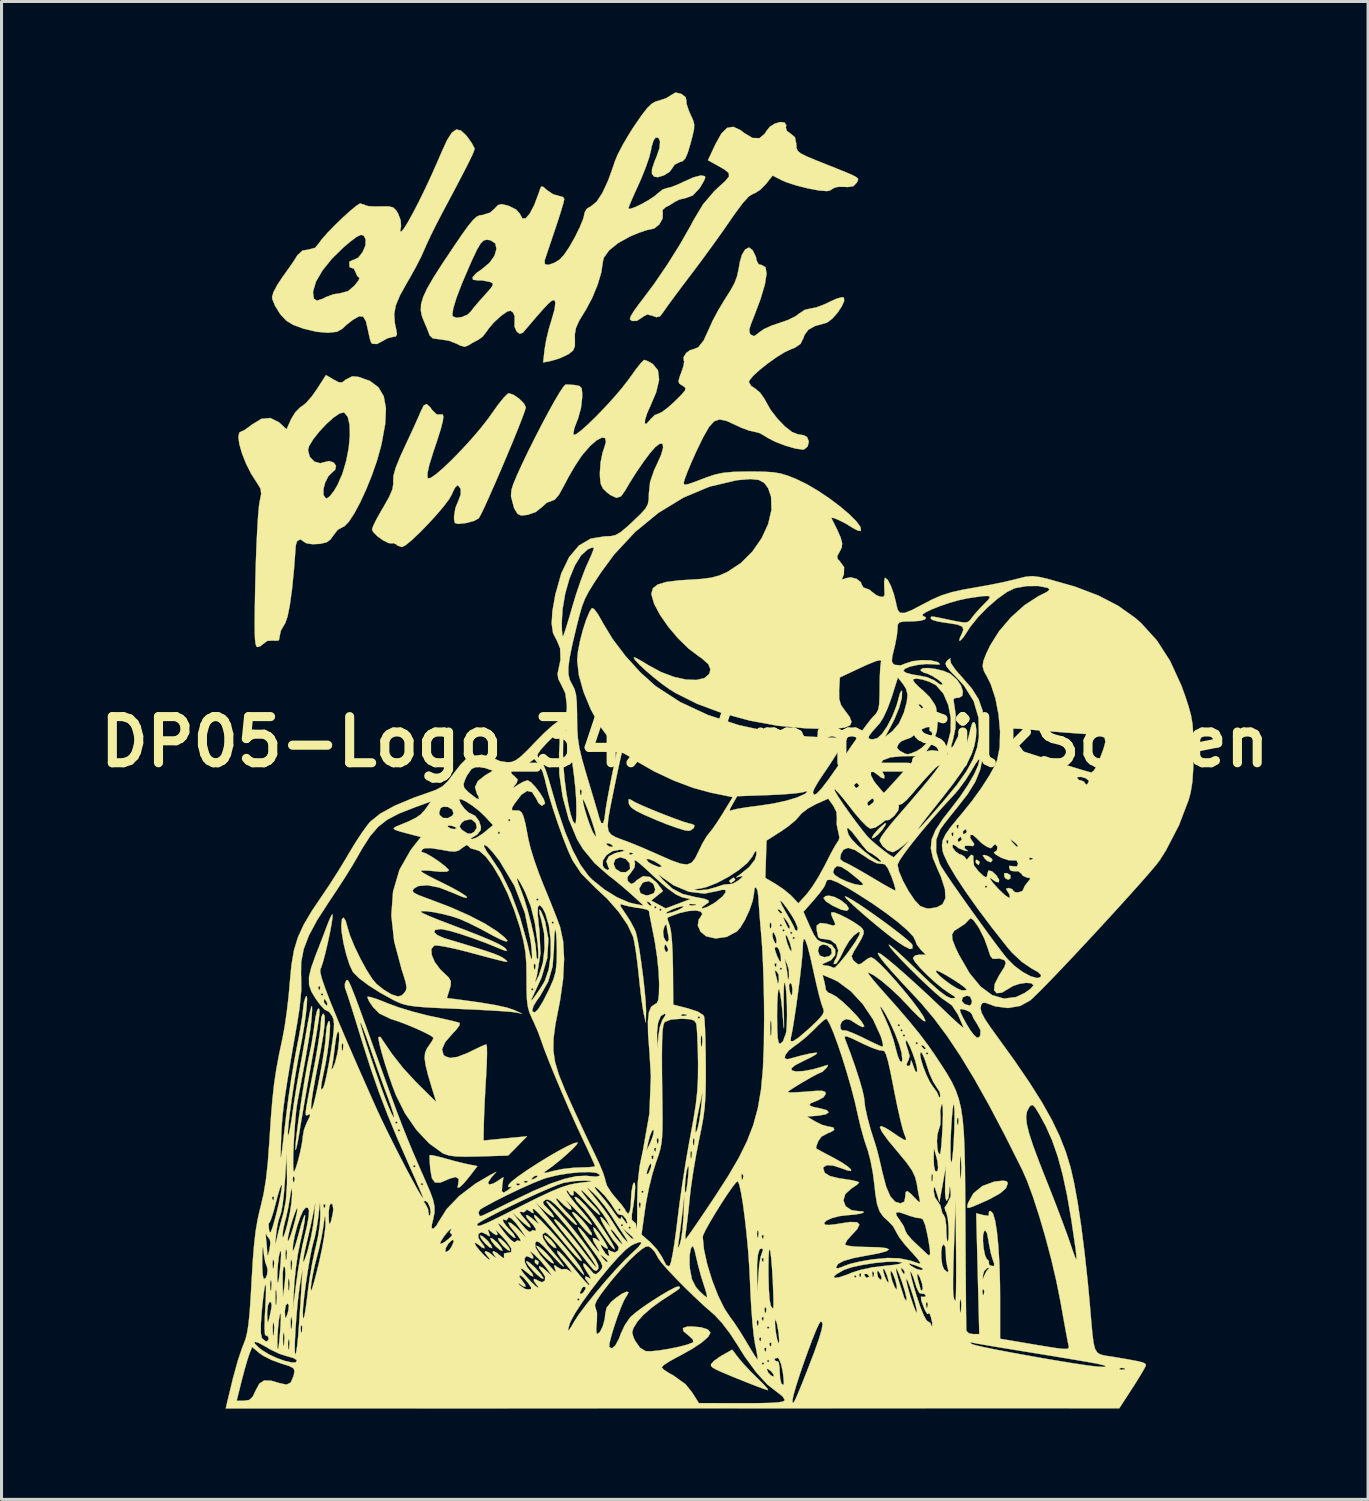
<source format=kicad_pcb>
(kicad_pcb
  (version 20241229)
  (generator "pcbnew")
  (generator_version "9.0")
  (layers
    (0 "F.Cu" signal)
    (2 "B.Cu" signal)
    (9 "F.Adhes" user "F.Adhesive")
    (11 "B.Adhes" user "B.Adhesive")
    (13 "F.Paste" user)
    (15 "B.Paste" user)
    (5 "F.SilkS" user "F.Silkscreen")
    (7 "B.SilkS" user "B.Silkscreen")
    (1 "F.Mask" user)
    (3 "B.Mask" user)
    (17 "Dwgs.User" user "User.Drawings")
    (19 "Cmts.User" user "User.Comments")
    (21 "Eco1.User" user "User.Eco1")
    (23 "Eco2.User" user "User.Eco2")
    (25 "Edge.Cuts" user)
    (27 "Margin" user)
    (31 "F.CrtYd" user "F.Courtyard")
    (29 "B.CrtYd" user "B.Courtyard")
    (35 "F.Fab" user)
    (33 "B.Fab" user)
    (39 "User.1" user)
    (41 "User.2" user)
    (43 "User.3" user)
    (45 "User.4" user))
  (footprint "DP05-Logo_34x44mm_SilkScreen"
    (layer "F.Cu")
    (at 19.565 21.451)
    (property "Reference" "DP05-Logo_34x44mm_SilkScreen" (at 0 0 0) (layer "F.SilkS") (effects (font (size 1.524 1.524) (thickness 0.3))))
    (attr through_hole)
    (fp_poly (pts (xy 10.758 4.405) (xy 10.754 4.507) (xy 10.685 4.552) (xy 10.591 4.51) (xy 10.552 4.442) (xy 10.55 4.339) (xy 10.641 4.333) (xy 10.758 4.405)) (stroke (width 0.01) (type solid)) (fill yes) (layer "F.SilkS"))
    (fp_poly (pts (xy -4.829 17.164) (xy -4.826 17.187) (xy -4.855 17.27) (xy -4.863 17.272) (xy -4.936 17.213) (xy -4.953 17.187) (xy -4.946 17.109) (xy -4.916 17.103) (xy -4.829 17.164)) (stroke (width 0.01) (type solid)) (fill yes) (layer "F.SilkS"))
    (fp_poly (pts (xy 1.665 4.539) (xy 1.651 4.572) (xy 1.539 4.654) (xy 1.514 4.657) (xy 1.468 4.605) (xy 1.482 4.572) (xy 1.594 4.49) (xy 1.619 4.487) (xy 1.665 4.539)) (stroke (width 0.01) (type solid)) (fill yes) (layer "F.SilkS"))
    (fp_poly (pts (xy 9.733 3.956) (xy 9.737 3.979) (xy 9.708 4.062) (xy 9.699 4.064) (xy 9.627 4.005) (xy 9.61 3.979) (xy 9.616 3.901) (xy 9.647 3.895) (xy 9.733 3.956)) (stroke (width 0.01) (type solid)) (fill yes) (layer "F.SilkS"))
    (fp_poly (pts (xy 10.026 3.777) (xy 10.142 3.86) (xy 10.16 3.904) (xy 10.11 3.976) (xy 9.994 3.936) (xy 9.906 3.852) (xy 9.839 3.747) (xy 9.902 3.735) (xy 10.026 3.777)) (stroke (width 0.01) (type solid)) (fill yes) (layer "F.SilkS"))
    (fp_poly (pts (xy 6.623 2.753) (xy 6.519 2.908) (xy 6.385 3.056) (xy 6.26 3.159) (xy 6.187 3.181) (xy 6.181 3.162) (xy 6.238 3.058) (xy 6.38 2.895) (xy 6.446 2.831) (xy 6.6 2.697) (xy 6.648 2.687) (xy 6.623 2.753)) (stroke (width 0.01) (type solid)) (fill yes) (layer "F.SilkS"))
    (fp_poly (pts (xy -6.681 16.325) (xy -6.542 16.444) (xy -6.519 16.468) (xy -6.398 16.619) (xy -6.36 16.715) (xy -6.363 16.721) (xy -6.443 16.695) (xy -6.581 16.576) (xy -6.604 16.552) (xy -6.725 16.401) (xy -6.763 16.305) (xy -6.76 16.299) (xy -6.681 16.325)) (stroke (width 0.01) (type solid)) (fill yes) (layer "F.SilkS"))
    (fp_poly (pts (xy -6.342 16.41) (xy -6.204 16.528) (xy -6.181 16.552) (xy -6.059 16.704) (xy -6.021 16.8) (xy -6.025 16.806) (xy -6.104 16.78) (xy -6.242 16.661) (xy -6.265 16.637) (xy -6.387 16.485) (xy -6.425 16.39) (xy -6.421 16.384) (xy -6.342 16.41)) (stroke (width 0.01) (type solid)) (fill yes) (layer "F.SilkS"))
    (fp_poly (pts (xy -6.088 16.41) (xy -5.95 16.528) (xy -5.927 16.552) (xy -5.805 16.704) (xy -5.767 16.8) (xy -5.771 16.806) (xy -5.85 16.78) (xy -5.988 16.661) (xy -6.011 16.637) (xy -6.133 16.485) (xy -6.171 16.39) (xy -6.167 16.384) (xy -6.088 16.41)) (stroke (width 0.01) (type solid)) (fill yes) (layer "F.SilkS"))
    (fp_poly (pts (xy -5.16 17.178) (xy -5.01 17.301) (xy -4.911 17.399) (xy -4.754 17.577) (xy -4.671 17.703) (xy -4.668 17.735) (xy -4.746 17.705) (xy -4.896 17.581) (xy -4.995 17.484) (xy -5.152 17.306) (xy -5.235 17.18) (xy -5.238 17.148) (xy -5.16 17.178)) (stroke (width 0.01) (type solid)) (fill yes) (layer "F.SilkS"))
    (fp_poly (pts (xy -4.822 16.67) (xy -4.672 16.793) (xy -4.572 16.891) (xy -4.415 17.069) (xy -4.332 17.195) (xy -4.33 17.227) (xy -4.407 17.197) (xy -4.557 17.073) (xy -4.657 16.976) (xy -4.814 16.798) (xy -4.896 16.672) (xy -4.899 16.64) (xy -4.822 16.67)) (stroke (width 0.01) (type solid)) (fill yes) (layer "F.SilkS"))
    (fp_poly (pts (xy -4.564 16.325) (xy -4.426 16.444) (xy -4.403 16.468) (xy -4.281 16.619) (xy -4.243 16.715) (xy -4.247 16.721) (xy -4.326 16.695) (xy -4.464 16.576) (xy -4.487 16.552) (xy -4.609 16.401) (xy -4.647 16.305) (xy -4.643 16.299) (xy -4.564 16.325)) (stroke (width 0.01) (type solid)) (fill yes) (layer "F.SilkS"))
    (fp_poly (pts (xy 4.958 5.126) (xy 5.167 5.239) (xy 5.341 5.378) (xy 5.418 5.503) (xy 5.419 5.509) (xy 5.355 5.58) (xy 5.165 5.54) (xy 4.889 5.413) (xy 4.662 5.268) (xy 4.581 5.158) (xy 4.65 5.092) (xy 4.772 5.08) (xy 4.958 5.126)) (stroke (width 0.01) (type solid)) (fill yes) (layer "F.SilkS"))
    (fp_poly (pts (xy -3.557 15.621) (xy -3.4 15.781) (xy -3.24 15.972) (xy -3.199 16.028) (xy -3.079 16.219) (xy -3.063 16.296) (xy -3.136 16.263) (xy -3.282 16.124) (xy -3.417 15.969) (xy -3.584 15.754) (xy -3.696 15.592) (xy -3.725 15.53) (xy -3.678 15.527) (xy -3.557 15.621)) (stroke (width 0.01) (type solid)) (fill yes) (layer "F.SilkS"))
    (fp_poly (pts (xy 10.637 14.512) (xy 10.668 14.582) (xy 10.606 14.743) (xy 10.41 14.913) (xy 10.067 15.102) (xy 9.874 15.19) (xy 9.577 15.32) (xy 9.407 15.384) (xy 9.334 15.385) (xy 9.329 15.323) (xy 9.359 15.219) (xy 9.534 14.907) (xy 9.833 14.665) (xy 10.213 14.526) (xy 10.266 14.517) (xy 10.515 14.491) (xy 10.637 14.512)) (stroke (width 0.01) (type solid)) (fill yes) (layer "F.SilkS"))
    (fp_poly (pts (xy -3.469 15.12) (xy -3.294 15.297) (xy -3.093 15.531) (xy -2.928 15.748) (xy -2.719 16.048) (xy -2.542 16.32) (xy -2.408 16.544) (xy -2.328 16.699) (xy -2.311 16.767) (xy -2.369 16.727) (xy -2.466 16.616) (xy -2.575 16.47) (xy -2.74 16.235) (xy -2.903 15.995) (xy -3.102 15.715) (xy -3.3 15.465) (xy -3.429 15.324) (xy -3.573 15.167) (xy -3.64 15.049) (xy -3.641 15.041) (xy -3.593 15.026) (xy -3.469 15.12)) (stroke (width 0.01) (type solid)) (fill yes) (layer "F.SilkS"))
    (fp_poly (pts (xy 5.37 5.127) (xy 5.56 5.237) (xy 5.828 5.411) (xy 6.145 5.629) (xy 6.483 5.87) (xy 6.814 6.114) (xy 7.111 6.342) (xy 7.345 6.533) (xy 7.489 6.666) (xy 7.52 6.712) (xy 7.518 6.826) (xy 7.438 6.842) (xy 7.26 6.755) (xy 7.068 6.631) (xy 6.853 6.476) (xy 6.582 6.263) (xy 6.281 6.018) (xy 5.978 5.762) (xy 5.7 5.519) (xy 5.473 5.312) (xy 5.326 5.165) (xy 5.285 5.101) (xy 5.37 5.127)) (stroke (width 0.01) (type solid)) (fill yes) (layer "F.SilkS"))
    (fp_poly (pts (xy 1.772 20.344) (xy 1.945 20.548) (xy 2.186 20.804) (xy 2.403 21.018) (xy 2.601 21.214) (xy 2.726 21.355) (xy 2.751 21.411) (xy 2.748 21.411) (xy 2.636 21.377) (xy 2.41 21.295) (xy 2.115 21.18) (xy 2.032 21.147) (xy 1.573 20.962) (xy 1.25 20.827) (xy 1.039 20.732) (xy 0.92 20.664) (xy 0.869 20.612) (xy 0.864 20.564) (xy 0.868 20.551) (xy 0.958 20.449) (xy 1.144 20.314) (xy 1.234 20.26) (xy 1.566 20.072) (xy 1.772 20.344)) (stroke (width 0.01) (type solid)) (fill yes) (layer "F.SilkS"))
    (fp_poly (pts (xy -8.334 13.652) (xy -8.134 13.698) (xy -7.945 13.749) (xy -7.619 13.839) (xy -7.3 13.918) (xy -7.171 13.946) (xy -6.849 14.012) (xy -7.125 14.372) (xy -7.313 14.596) (xy -7.444 14.715) (xy -7.505 14.719) (xy -7.483 14.609) (xy -7.464 14.436) (xy -7.565 14.37) (xy -7.764 14.423) (xy -7.79 14.436) (xy -8.071 14.555) (xy -8.249 14.552) (xy -8.351 14.411) (xy -8.404 14.12) (xy -8.404 14.118) (xy -8.424 13.864) (xy -8.429 13.69) (xy -8.422 13.646) (xy -8.334 13.652)) (stroke (width 0.01) (type solid)) (fill yes) (layer "F.SilkS"))
    (fp_poly (pts (xy -1.79 1.903) (xy -1.765 1.923) (xy -1.633 1.998) (xy -1.386 2.111) (xy -1.064 2.248) (xy -0.708 2.391) (xy -0.36 2.524) (xy -0.06 2.632) (xy 0.152 2.697) (xy 0.22 2.709) (xy 0.317 2.751) (xy 0.302 2.839) (xy 0.199 2.919) (xy 0.12 2.939) (xy -0.02 2.915) (xy -0.278 2.835) (xy -0.613 2.714) (xy -0.931 2.586) (xy -1.332 2.413) (xy -1.599 2.282) (xy -1.757 2.175) (xy -1.833 2.078) (xy -1.85 2.022) (xy -1.853 1.892) (xy -1.79 1.903)) (stroke (width 0.01) (type solid)) (fill yes) (layer "F.SilkS"))
    (fp_poly (pts (xy -12.075 8.821) (xy -12.063 8.88) (xy -12.069 9.001) (xy -12.094 9.204) (xy -12.141 9.508) (xy -12.213 9.931) (xy -12.312 10.493) (xy -12.366 10.795) (xy -12.461 11.329) (xy -12.556 11.874) (xy -12.642 12.379) (xy -12.711 12.79) (xy -12.73 12.912) (xy -12.783 13.215) (xy -12.826 13.413) (xy -12.854 13.481) (xy -12.86 13.449) (xy -12.851 13.265) (xy -12.817 12.952) (xy -12.765 12.545) (xy -12.699 12.082) (xy -12.626 11.6) (xy -12.55 11.135) (xy -12.478 10.725) (xy -12.414 10.405) (xy -12.406 10.372) (xy -12.328 9.984) (xy -12.258 9.553) (xy -12.23 9.335) (xy -12.189 9.061) (xy -12.142 8.87) (xy -12.102 8.805) (xy -12.075 8.821)) (stroke (width 0.01) (type solid)) (fill yes) (layer "F.SilkS"))
    (fp_poly (pts (xy -4.523 15.179) (xy -4.391 15.292) (xy -4.193 15.497) (xy -3.95 15.771) (xy -3.682 16.094) (xy -3.407 16.444) (xy -3.374 16.488) (xy -3.108 16.851) (xy -2.94 17.108) (xy -2.859 17.28) (xy -2.853 17.389) (xy -2.862 17.408) (xy -2.924 17.473) (xy -3.007 17.436) (xy -3.144 17.279) (xy -3.184 17.228) (xy -3.361 17.004) (xy -3.598 16.709) (xy -3.847 16.405) (xy -3.873 16.373) (xy -4.079 16.119) (xy -4.234 15.914) (xy -4.313 15.793) (xy -4.318 15.778) (xy -4.271 15.772) (xy -4.142 15.88) (xy -3.952 16.08) (xy -3.72 16.351) (xy -3.469 16.67) (xy -3.414 16.743) (xy -3.209 17.013) (xy -3.043 17.223) (xy -2.94 17.341) (xy -2.921 17.357) (xy -2.938 17.296) (xy -3.04 17.132) (xy -3.207 16.894) (xy -3.417 16.61) (xy -3.648 16.31) (xy -3.879 16.022) (xy -4.09 15.774) (xy -4.102 15.76) (xy -4.318 15.512) (xy -4.481 15.313) (xy -4.566 15.194) (xy -4.572 15.178) (xy -4.523 15.179)) (stroke (width 0.01) (type solid)) (fill yes) (layer "F.SilkS"))
    (fp_poly (pts (xy -10.383 8.426) (xy -10.175 8.491) (xy -9.894 8.6) (xy -9.82 8.631) (xy -9.453 8.767) (xy -8.997 8.906) (xy -8.53 9.027) (xy -8.356 9.065) (xy -7.993 9.142) (xy -7.691 9.211) (xy -7.49 9.263) (xy -7.43 9.284) (xy -7.442 9.362) (xy -7.553 9.512) (xy -7.651 9.616) (xy -7.911 9.914) (xy -8.017 10.155) (xy -7.968 10.335) (xy -7.921 10.379) (xy -7.753 10.438) (xy -7.514 10.405) (xy -7.18 10.276) (xy -6.965 10.171) (xy -6.743 10.064) (xy -6.587 9.999) (xy -6.553 9.991) (xy -6.535 10.07) (xy -6.531 10.285) (xy -6.539 10.605) (xy -6.559 10.997) (xy -6.56 11.028) (xy -6.588 11.495) (xy -6.612 11.962) (xy -6.629 12.368) (xy -6.636 12.615) (xy -6.646 13.166) (xy -6.392 13.14) (xy -6.159 13.117) (xy -5.848 13.087) (xy -5.673 13.07) (xy -5.207 13.026) (xy -5.52 13.344) (xy -5.834 13.662) (xy -6.79 13.691) (xy -7.243 13.7) (xy -7.564 13.69) (xy -7.788 13.66) (xy -7.953 13.605) (xy -8.001 13.581) (xy -8.441 13.262) (xy -8.865 12.811) (xy -9.241 12.265) (xy -9.54 11.667) (xy -9.662 11.346) (xy -9.788 10.981) (xy -9.908 10.607) (xy -10.01 10.261) (xy -10.083 9.978) (xy -10.117 9.795) (xy -10.113 9.746) (xy -10.052 9.744) (xy -9.667 10.308) (xy -9.296 10.78) (xy -8.888 11.221) (xy -8.806 11.303) (xy -8.208 11.896) (xy -8.339 11.472) (xy -8.476 11.012) (xy -8.559 10.68) (xy -8.592 10.444) (xy -8.577 10.272) (xy -8.518 10.132) (xy -8.471 10.063) (xy -8.354 9.891) (xy -8.298 9.783) (xy -8.297 9.777) (xy -8.37 9.715) (xy -8.561 9.612) (xy -8.828 9.487) (xy -9.133 9.357) (xy -9.432 9.242) (xy -9.686 9.158) (xy -9.713 9.15) (xy -10.087 8.97) (xy -10.297 8.758) (xy -10.423 8.57) (xy -10.48 8.441) (xy -10.477 8.416) (xy -10.383 8.426)) (stroke (width 0.01) (type solid)) (fill yes) (layer "F.SilkS"))
    (fp_poly (pts (xy -5.651 -11.46) (xy -5.464 -11.33) (xy -5.31 -11.175) (xy -5.249 -11.05) (xy -5.282 -10.931) (xy -5.372 -10.685) (xy -5.507 -10.34) (xy -5.676 -9.925) (xy -5.867 -9.467) (xy -6.067 -8.995) (xy -6.266 -8.535) (xy -6.451 -8.116) (xy -6.609 -7.767) (xy -6.731 -7.514) (xy -6.802 -7.387) (xy -6.808 -7.381) (xy -6.959 -7.298) (xy -7.198 -7.233) (xy -7.27 -7.221) (xy -7.491 -7.198) (xy -7.591 -7.229) (xy -7.619 -7.345) (xy -7.62 -7.448) (xy -7.575 -7.726) (xy -7.48 -7.957) (xy -7.401 -8.168) (xy -7.401 -8.353) (xy -7.476 -8.459) (xy -7.516 -8.467) (xy -7.588 -8.395) (xy -7.675 -8.22) (xy -7.69 -8.179) (xy -7.787 -8.009) (xy -7.97 -7.768) (xy -8.212 -7.484) (xy -8.485 -7.186) (xy -8.762 -6.903) (xy -9.015 -6.664) (xy -9.217 -6.498) (xy -9.341 -6.435) (xy -9.342 -6.435) (xy -9.491 -6.484) (xy -9.526 -6.521) (xy -9.63 -6.568) (xy -9.662 -6.555) (xy -9.783 -6.566) (xy -9.966 -6.658) (xy -10.154 -6.794) (xy -10.292 -6.934) (xy -10.329 -7.017) (xy -10.287 -7.139) (xy -10.176 -7.363) (xy -10.017 -7.646) (xy -9.96 -7.74) (xy -9.763 -8.089) (xy -9.655 -8.341) (xy -9.624 -8.536) (xy -9.629 -8.605) (xy -9.621 -8.79) (xy -9.546 -9.056) (xy -9.396 -9.427) (xy -9.25 -9.744) (xy -9.072 -10.126) (xy -8.91 -10.479) (xy -8.785 -10.759) (xy -8.725 -10.901) (xy -8.622 -11.11) (xy -8.525 -11.159) (xy -8.408 -11.052) (xy -8.349 -10.967) (xy -8.194 -10.815) (xy -8.074 -10.811) (xy -8.001 -10.817) (xy -7.972 -10.75) (xy -7.991 -10.592) (xy -8.06 -10.325) (xy -8.185 -9.93) (xy -8.302 -9.581) (xy -8.436 -9.152) (xy -8.499 -8.867) (xy -8.493 -8.719) (xy -8.483 -8.703) (xy -8.388 -8.72) (xy -8.207 -8.847) (xy -7.96 -9.06) (xy -7.669 -9.34) (xy -7.354 -9.664) (xy -7.038 -10.011) (xy -6.741 -10.359) (xy -6.484 -10.687) (xy -6.363 -10.858) (xy -6.159 -11.145) (xy -5.978 -11.368) (xy -5.848 -11.496) (xy -5.809 -11.515) (xy -5.651 -11.46)) (stroke (width 0.01) (type solid)) (fill yes) (layer "F.SilkS"))
    (fp_poly (pts (xy 3.295 -20.455) (xy 3.353 -20.366) (xy 3.337 -20.289) (xy 3.372 -20.177) (xy 3.489 -20.093) (xy 3.638 -19.969) (xy 3.683 -19.75) (xy 3.683 -19.736) (xy 3.69 -19.614) (xy 3.728 -19.521) (xy 3.827 -19.437) (xy 4.013 -19.341) (xy 4.315 -19.215) (xy 4.53 -19.129) (xy 4.997 -18.943) (xy 5.329 -18.809) (xy 5.546 -18.715) (xy 5.67 -18.648) (xy 5.722 -18.597) (xy 5.722 -18.549) (xy 5.692 -18.491) (xy 5.676 -18.464) (xy 5.57 -18.353) (xy 5.383 -18.323) (xy 5.272 -18.33) (xy 5.053 -18.329) (xy 4.916 -18.29) (xy 4.904 -18.277) (xy 4.785 -18.205) (xy 4.691 -18.19) (xy 4.422 -18.212) (xy 4.064 -18.28) (xy 3.686 -18.375) (xy 3.356 -18.482) (xy 3.211 -18.545) (xy 2.902 -18.703) (xy 2.674 -18.416) (xy 2.489 -18.23) (xy 2.308 -18.116) (xy 2.261 -18.103) (xy 2.117 -18.016) (xy 1.908 -17.786) (xy 1.629 -17.408) (xy 1.526 -17.258) (xy 1.257 -16.869) (xy 0.924 -16.404) (xy 0.569 -15.918) (xy 0.232 -15.468) (xy 0.208 -15.437) (xy -0.075 -15.064) (xy -0.331 -14.721) (xy -0.539 -14.438) (xy -0.675 -14.247) (xy -0.702 -14.205) (xy -0.82 -14.052) (xy -0.936 -14.025) (xy -1.054 -14.068) (xy -1.236 -14.117) (xy -1.377 -14.044) (xy -1.398 -14.024) (xy -1.582 -13.905) (xy -1.747 -13.902) (xy -1.813 -13.959) (xy -1.786 -14.055) (xy -1.671 -14.243) (xy -1.493 -14.487) (xy -1.446 -14.546) (xy -1.025 -15.106) (xy -0.582 -15.755) (xy -0.16 -16.427) (xy 0.2 -17.059) (xy 0.28 -17.213) (xy 0.604 -17.754) (xy 0.977 -18.19) (xy 1.092 -18.298) (xy 1.34 -18.524) (xy 1.461 -18.674) (xy 1.452 -18.788) (xy 1.309 -18.904) (xy 1.029 -19.064) (xy 1.024 -19.066) (xy 0.765 -19.21) (xy 1.016 -19.744) (xy 1.21 -20.091) (xy 1.4 -20.279) (xy 1.603 -20.313) (xy 1.841 -20.203) (xy 1.961 -20.11) (xy 2.234 -19.945) (xy 2.466 -19.938) (xy 2.646 -20.088) (xy 2.688 -20.163) (xy 2.81 -20.316) (xy 2.981 -20.422) (xy 3.157 -20.471) (xy 3.295 -20.455)) (stroke (width 0.01) (type solid)) (fill yes) (layer "F.SilkS"))
    (fp_poly (pts (xy -11.601 -11.968) (xy -11.425 -11.875) (xy -11.314 -11.874) (xy -11.192 -11.966) (xy -11.189 -11.968) (xy -10.983 -12.072) (xy -10.784 -12.057) (xy -10.394 -11.919) (xy -10.115 -11.708) (xy -9.941 -11.411) (xy -9.869 -11.014) (xy -9.893 -10.502) (xy -10.01 -9.861) (xy -10.039 -9.737) (xy -10.167 -9.282) (xy -10.332 -8.807) (xy -10.521 -8.34) (xy -10.72 -7.908) (xy -10.917 -7.541) (xy -11.097 -7.268) (xy -11.246 -7.115) (xy -11.297 -7.094) (xy -11.461 -7.005) (xy -11.572 -6.861) (xy -11.704 -6.681) (xy -11.828 -6.591) (xy -12.046 -6.54) (xy -12.289 -6.528) (xy -12.49 -6.556) (xy -12.573 -6.604) (xy -12.689 -6.688) (xy -12.8 -6.635) (xy -12.846 -6.498) (xy -12.905 -5.707) (xy -12.971 -5.043) (xy -13.043 -4.517) (xy -13.119 -4.137) (xy -13.198 -3.914) (xy -13.221 -3.88) (xy -13.34 -3.673) (xy -13.377 -3.499) (xy -13.404 -3.355) (xy -13.518 -3.336) (xy -13.574 -3.348) (xy -13.791 -3.334) (xy -13.881 -3.265) (xy -14.027 -3.154) (xy -14.111 -3.133) (xy -14.147 -3.154) (xy -14.174 -3.23) (xy -14.192 -3.378) (xy -14.202 -3.617) (xy -14.204 -3.964) (xy -14.199 -4.437) (xy -14.188 -5.053) (xy -14.181 -5.355) (xy -14.164 -5.973) (xy -14.142 -6.554) (xy -14.116 -7.069) (xy -14.089 -7.493) (xy -14.061 -7.798) (xy -14.038 -7.942) (xy -13.989 -8.188) (xy -14.009 -8.357) (xy -14.112 -8.531) (xy -14.133 -8.561) (xy -14.324 -8.86) (xy -14.491 -9.193) (xy -14.623 -9.528) (xy -14.654 -9.636) (xy -12.444 -9.636) (xy -12.384 -9.413) (xy -12.232 -9.256) (xy -12.039 -9.202) (xy -11.931 -9.232) (xy -11.744 -9.276) (xy -11.594 -9.224) (xy -11.517 -9.115) (xy -11.547 -8.985) (xy -11.629 -8.915) (xy -11.77 -8.775) (xy -11.874 -8.57) (xy -11.932 -8.349) (xy -11.932 -8.16) (xy -11.864 -8.053) (xy -11.82 -8.043) (xy -11.72 -8.113) (xy -11.582 -8.293) (xy -11.467 -8.488) (xy -11.304 -8.863) (xy -11.181 -9.282) (xy -11.098 -9.712) (xy -11.061 -10.119) (xy -11.07 -10.47) (xy -11.13 -10.732) (xy -11.242 -10.872) (xy -11.261 -10.88) (xy -11.401 -10.846) (xy -11.604 -10.707) (xy -11.838 -10.496) (xy -12.071 -10.247) (xy -12.271 -9.994) (xy -12.406 -9.772) (xy -12.444 -9.636) (xy -14.654 -9.636) (xy -14.71 -9.832) (xy -14.743 -10.072) (xy -14.711 -10.217) (xy -14.654 -10.245) (xy -14.545 -10.295) (xy -14.369 -10.421) (xy -14.306 -10.471) (xy -13.985 -10.668) (xy -13.686 -10.696) (xy -13.406 -10.557) (xy -13.37 -10.526) (xy -13.151 -10.324) (xy -13.002 -10.656) (xy -12.862 -10.887) (xy -12.698 -11.052) (xy -12.655 -11.077) (xy -12.507 -11.194) (xy -12.319 -11.409) (xy -12.154 -11.641) (xy -11.85 -12.115) (xy -11.601 -11.968)) (stroke (width 0.01) (type solid)) (fill yes) (layer "F.SilkS"))
    (fp_poly (pts (xy -7.389 -20.189) (xy -7.215 -20.024) (xy -7.162 -19.957) (xy -7.026 -19.76) (xy -6.949 -19.612) (xy -6.943 -19.583) (xy -6.963 -19.508) (xy -7.028 -19.357) (xy -7.145 -19.117) (xy -7.321 -18.773) (xy -7.562 -18.312) (xy -7.875 -17.722) (xy -8.002 -17.484) (xy -8.203 -17.098) (xy -8.388 -16.725) (xy -8.534 -16.414) (xy -8.602 -16.256) (xy -8.712 -16.011) (xy -8.883 -15.678) (xy -9.084 -15.316) (xy -9.174 -15.163) (xy -9.405 -14.748) (xy -9.542 -14.421) (xy -9.596 -14.135) (xy -9.578 -13.844) (xy -9.537 -13.652) (xy -9.504 -13.465) (xy -9.544 -13.389) (xy -9.629 -13.377) (xy -9.823 -13.328) (xy -9.953 -13.253) (xy -10.165 -13.14) (xy -10.321 -13.149) (xy -10.359 -13.187) (xy -10.398 -13.306) (xy -10.447 -13.52) (xy -10.46 -13.59) (xy -10.531 -13.893) (xy -10.621 -14.043) (xy -10.752 -14.056) (xy -10.946 -13.948) (xy -10.95 -13.946) (xy -11.149 -13.793) (xy -11.293 -13.66) (xy -11.307 -13.645) (xy -11.484 -13.545) (xy -11.78 -13.511) (xy -12.157 -13.544) (xy -12.578 -13.643) (xy -12.6 -13.65) (xy -12.931 -13.771) (xy -13.156 -13.908) (xy -13.338 -14.1) (xy -13.383 -14.161) (xy -13.53 -14.4) (xy -13.619 -14.617) (xy -13.631 -14.693) (xy -13.59 -14.83) (xy -12.277 -14.83) (xy -12.248 -14.635) (xy -12.146 -14.573) (xy -11.951 -14.637) (xy -11.853 -14.69) (xy -11.605 -14.782) (xy -11.385 -14.814) (xy -11.116 -14.889) (xy -10.906 -15.071) (xy -10.783 -15.228) (xy -10.741 -15.317) (xy -10.75 -15.325) (xy -10.823 -15.395) (xy -10.863 -15.496) (xy -10.927 -15.624) (xy -10.978 -15.645) (xy -11.066 -15.675) (xy -11.07 -15.684) (xy -11.08 -15.854) (xy -10.96 -15.917) (xy -10.94 -15.917) (xy -10.787 -15.99) (xy -10.644 -16.168) (xy -10.549 -16.387) (xy -10.538 -16.586) (xy -10.541 -16.596) (xy -10.599 -16.715) (xy -10.687 -16.747) (xy -10.83 -16.684) (xy -11.053 -16.516) (xy -11.263 -16.339) (xy -11.654 -15.957) (xy -11.967 -15.566) (xy -12.181 -15.198) (xy -12.274 -14.881) (xy -12.277 -14.83) (xy -13.59 -14.83) (xy -13.583 -14.853) (xy -13.455 -15.094) (xy -13.275 -15.367) (xy -13.261 -15.386) (xy -13.063 -15.661) (xy -12.896 -15.906) (xy -12.794 -16.069) (xy -12.792 -16.073) (xy -12.625 -16.226) (xy -12.446 -16.256) (xy -12.211 -16.316) (xy -12.099 -16.447) (xy -11.992 -16.595) (xy -11.802 -16.809) (xy -11.562 -17.056) (xy -11.303 -17.308) (xy -11.056 -17.532) (xy -10.854 -17.699) (xy -10.729 -17.778) (xy -10.715 -17.78) (xy -10.574 -17.738) (xy -10.554 -17.722) (xy -10.443 -17.693) (xy -10.221 -17.681) (xy -10.053 -17.684) (xy -9.787 -17.687) (xy -9.633 -17.651) (xy -9.532 -17.554) (xy -9.468 -17.45) (xy -9.383 -17.225) (xy -9.371 -17.029) (xy -9.372 -17.023) (xy -9.399 -16.867) (xy -9.363 -16.85) (xy -9.275 -16.955) (xy -9.143 -17.166) (xy -8.976 -17.468) (xy -8.781 -17.844) (xy -8.569 -18.278) (xy -8.347 -18.756) (xy -8.125 -19.259) (xy -8.036 -19.468) (xy -7.85 -19.873) (xy -7.691 -20.123) (xy -7.542 -20.225) (xy -7.389 -20.189)) (stroke (width 0.01) (type solid)) (fill yes) (layer "F.SilkS"))
    (fp_poly (pts (xy -0.129 -21.406) (xy -0.113 -21.399) (xy 0.024 -21.296) (xy 0.05 -21.2) (xy 0.061 -21.065) (xy 0.133 -20.847) (xy 0.183 -20.735) (xy 0.27 -20.545) (xy 0.311 -20.396) (xy 0.305 -20.233) (xy 0.253 -19.999) (xy 0.194 -19.777) (xy 0.1 -19.458) (xy 0.018 -19.27) (xy -0.072 -19.177) (xy -0.163 -19.149) (xy -0.333 -19.066) (xy -0.399 -18.965) (xy -0.501 -18.827) (xy -0.688 -18.71) (xy -0.887 -18.649) (xy -1.011 -18.666) (xy -1.086 -18.758) (xy -1.082 -18.917) (xy -0.996 -19.175) (xy -0.931 -19.328) (xy -0.836 -19.607) (xy -0.816 -19.825) (xy -0.869 -19.949) (xy -0.963 -19.957) (xy -1.032 -19.861) (xy -1.095 -19.656) (xy -1.114 -19.551) (xy -1.175 -19.306) (xy -1.291 -18.967) (xy -1.442 -18.592) (xy -1.516 -18.428) (xy -1.664 -18.101) (xy -1.781 -17.832) (xy -1.85 -17.658) (xy -1.863 -17.615) (xy -1.799 -17.604) (xy -1.636 -17.662) (xy -1.419 -17.766) (xy -1.191 -17.895) (xy -0.996 -18.025) (xy -0.894 -18.113) (xy -0.728 -18.244) (xy -0.594 -18.288) (xy -0.442 -18.325) (xy -0.204 -18.419) (xy -0.036 -18.499) (xy 0.29 -18.644) (xy 0.529 -18.707) (xy 0.66 -18.684) (xy 0.677 -18.639) (xy 0.634 -18.529) (xy 0.525 -18.342) (xy 0.484 -18.279) (xy 0.265 -18.046) (xy 0.04 -17.963) (xy -0.187 -17.908) (xy -0.339 -17.828) (xy -0.533 -17.705) (xy -0.623 -17.665) (xy -0.735 -17.564) (xy -0.727 -17.471) (xy -0.733 -17.284) (xy -0.842 -17.089) (xy -1.008 -16.956) (xy -1.104 -16.933) (xy -1.265 -16.899) (xy -1.522 -16.811) (xy -1.806 -16.692) (xy -2.202 -16.474) (xy -2.5 -16.232) (xy -2.674 -15.989) (xy -2.709 -15.839) (xy -2.755 -15.512) (xy -2.876 -15.104) (xy -3.053 -14.671) (xy -3.265 -14.272) (xy -3.304 -14.211) (xy -3.492 -13.901) (xy -3.594 -13.67) (xy -3.631 -13.462) (xy -3.629 -13.311) (xy -3.629 -13.069) (xy -3.688 -12.925) (xy -3.838 -12.807) (xy -3.856 -12.796) (xy -4.128 -12.668) (xy -4.391 -12.588) (xy -4.676 -12.531) (xy -4.63 -12.956) (xy -4.577 -13.27) (xy -4.486 -13.649) (xy -4.399 -13.937) (xy -4.3 -14.285) (xy -4.274 -14.506) (xy -4.296 -14.575) (xy -4.338 -14.591) (xy -4.403 -14.561) (xy -4.509 -14.469) (xy -4.67 -14.299) (xy -4.903 -14.034) (xy -5.222 -13.66) (xy -5.347 -13.512) (xy -5.452 -13.477) (xy -5.556 -13.559) (xy -5.622 -13.711) (xy -5.62 -13.854) (xy -5.619 -14.059) (xy -5.671 -14.18) (xy -5.753 -14.24) (xy -5.861 -14.214) (xy -6.04 -14.089) (xy -6.092 -14.047) (xy -6.312 -13.845) (xy -6.485 -13.64) (xy -6.527 -13.575) (xy -6.672 -13.387) (xy -6.814 -13.283) (xy -7.029 -13.17) (xy -7.131 -13.104) (xy -7.266 -13.048) (xy -7.426 -13.092) (xy -7.525 -13.146) (xy -7.789 -13.249) (xy -8.077 -13.293) (xy -8.08 -13.293) (xy -8.318 -13.324) (xy -8.427 -13.425) (xy -8.432 -13.441) (xy -8.499 -13.622) (xy -8.594 -13.843) (xy -8.678 -14.051) (xy -8.689 -14.105) (xy -7.676 -14.105) (xy -7.663 -14.056) (xy -7.546 -14.006) (xy -7.359 -14.031) (xy -7.172 -14.112) (xy -7.07 -14.208) (xy -6.969 -14.34) (xy -6.795 -14.546) (xy -6.623 -14.738) (xy -6.431 -14.954) (xy -6.341 -15.078) (xy -6.342 -15.145) (xy -6.422 -15.186) (xy -6.454 -15.196) (xy -6.695 -15.24) (xy -6.837 -15.242) (xy -6.994 -15.262) (xy -7.007 -15.348) (xy -6.88 -15.486) (xy -6.695 -15.617) (xy -6.448 -15.823) (xy -6.285 -16.055) (xy -6.219 -16.28) (xy -6.258 -16.462) (xy -6.413 -16.565) (xy -6.541 -16.585) (xy -6.645 -16.556) (xy -6.746 -16.453) (xy -6.863 -16.255) (xy -7.014 -15.936) (xy -7.116 -15.707) (xy -7.363 -15.128) (xy -7.541 -14.661) (xy -7.646 -14.316) (xy -7.676 -14.105) (xy -8.689 -14.105) (xy -8.718 -14.248) (xy -8.709 -14.454) (xy -8.64 -14.691) (xy -8.505 -14.98) (xy -8.294 -15.344) (xy -8 -15.804) (xy -7.645 -16.334) (xy -7.363 -16.748) (xy -7.153 -17.04) (xy -6.997 -17.23) (xy -6.878 -17.34) (xy -6.776 -17.389) (xy -6.69 -17.399) (xy -6.43 -17.477) (xy -6.29 -17.601) (xy -6.171 -17.727) (xy -6.051 -17.76) (xy -5.859 -17.715) (xy -5.804 -17.697) (xy -5.571 -17.582) (xy -5.445 -17.443) (xy -5.439 -17.427) (xy -5.362 -17.284) (xy -5.252 -17.294) (xy -5.12 -17.445) (xy -4.973 -17.726) (xy -4.822 -18.126) (xy -4.787 -18.237) (xy -4.743 -18.34) (xy -4.676 -18.332) (xy -4.543 -18.216) (xy -4.346 -18.085) (xy -4.164 -18.034) (xy -4.019 -17.993) (xy -3.979 -17.928) (xy -4.005 -17.809) (xy -4.076 -17.567) (xy -4.179 -17.24) (xy -4.281 -16.933) (xy -4.407 -16.558) (xy -4.517 -16.232) (xy -4.596 -15.995) (xy -4.629 -15.896) (xy -4.619 -15.776) (xy -4.501 -15.753) (xy -4.303 -15.824) (xy -4.134 -15.928) (xy -3.989 -16.084) (xy -3.812 -16.346) (xy -3.629 -16.668) (xy -3.466 -16.999) (xy -3.348 -17.291) (xy -3.302 -17.494) (xy -3.302 -17.496) (xy -3.231 -17.611) (xy -3.086 -17.697) (xy -2.913 -17.838) (xy -2.725 -18.123) (xy -2.534 -18.531) (xy -2.352 -19.037) (xy -2.316 -19.155) (xy -2.217 -19.395) (xy -2.046 -19.722) (xy -1.831 -20.089) (xy -1.669 -20.339) (xy -1.425 -20.693) (xy -1.243 -20.928) (xy -1.098 -21.071) (xy -0.965 -21.148) (xy -0.858 -21.178) (xy -0.623 -21.254) (xy -0.448 -21.36) (xy -0.445 -21.363) (xy -0.306 -21.446) (xy -0.129 -21.406)) (stroke (width 0.01) (type solid)) (fill yes) (layer "F.SilkS"))
    (fp_poly (pts (xy 2.223 -16.254) (xy 2.253 -16.215) (xy 2.348 -16.022) (xy 2.371 -15.901) (xy 2.438 -15.772) (xy 2.54 -15.748) (xy 2.666 -15.677) (xy 2.702 -15.465) (xy 2.647 -15.114) (xy 2.503 -14.626) (xy 2.268 -14.003) (xy 2.195 -13.823) (xy 2.128 -13.612) (xy 2.152 -13.484) (xy 2.183 -13.447) (xy 2.286 -13.399) (xy 2.412 -13.482) (xy 2.445 -13.516) (xy 2.612 -13.632) (xy 2.879 -13.753) (xy 3.111 -13.83) (xy 3.408 -13.933) (xy 3.654 -14.054) (xy 3.769 -14.14) (xy 3.967 -14.27) (xy 4.141 -14.309) (xy 4.341 -14.348) (xy 4.61 -14.449) (xy 4.773 -14.528) (xy 5.011 -14.636) (xy 5.191 -14.685) (xy 5.255 -14.675) (xy 5.264 -14.56) (xy 5.181 -14.375) (xy 5.039 -14.165) (xy 4.871 -13.976) (xy 4.709 -13.853) (xy 4.657 -13.834) (xy 4.302 -13.734) (xy 4.08 -13.61) (xy 3.955 -13.439) (xy 3.923 -13.35) (xy 3.824 -13.146) (xy 3.638 -13.018) (xy 3.521 -12.974) (xy 3.303 -12.872) (xy 3.031 -12.705) (xy 2.742 -12.499) (xy 2.472 -12.284) (xy 2.257 -12.087) (xy 2.133 -11.935) (xy 2.117 -11.887) (xy 2.186 -11.764) (xy 2.32 -11.672) (xy 2.485 -11.537) (xy 2.639 -11.317) (xy 2.667 -11.261) (xy 2.835 -10.966) (xy 3.061 -10.672) (xy 3.309 -10.416) (xy 3.544 -10.233) (xy 3.731 -10.16) (xy 3.737 -10.16) (xy 3.936 -10.125) (xy 4.037 -10.068) (xy 4.098 -9.917) (xy 4.056 -9.753) (xy 3.938 -9.657) (xy 3.9 -9.652) (xy 3.649 -9.689) (xy 3.323 -9.783) (xy 2.995 -9.908) (xy 2.739 -10.039) (xy 2.686 -10.075) (xy 2.478 -10.196) (xy 2.291 -10.245) (xy 2.117 -10.282) (xy 1.862 -10.378) (xy 1.684 -10.461) (xy 1.376 -10.602) (xy 1.149 -10.649) (xy 0.969 -10.588) (xy 0.804 -10.405) (xy 0.621 -10.084) (xy 0.55 -9.945) (xy 0.374 -9.578) (xy 0.21 -9.212) (xy 0.086 -8.913) (xy 0.064 -8.855) (xy -0.008 -8.66) (xy -0.039 -8.541) (xy -0.004 -8.494) (xy 0.121 -8.514) (xy 0.359 -8.598) (xy 0.72 -8.736) (xy 0.998 -8.829) (xy 1.275 -8.887) (xy 1.605 -8.918) (xy 2.04 -8.928) (xy 2.159 -8.929) (xy 2.593 -8.924) (xy 2.911 -8.905) (xy 3.167 -8.863) (xy 3.412 -8.788) (xy 3.676 -8.683) (xy 4.03 -8.511) (xy 4.406 -8.29) (xy 4.781 -8.038) (xy 5.132 -7.773) (xy 5.435 -7.516) (xy 5.666 -7.285) (xy 5.801 -7.099) (xy 5.818 -6.977) (xy 5.809 -6.966) (xy 5.716 -6.977) (xy 5.549 -7.065) (xy 5.527 -7.079) (xy 5.317 -7.208) (xy 5.105 -7.317) (xy 4.933 -7.389) (xy 4.846 -7.403) (xy 4.845 -7.386) (xy 5.034 -7.008) (xy 5.149 -6.745) (xy 5.197 -6.561) (xy 5.186 -6.425) (xy 5.127 -6.302) (xy 5.122 -6.295) (xy 5.034 -6.134) (xy 5.049 -6.037) (xy 5.106 -5.983) (xy 5.261 -5.772) (xy 5.255 -5.531) (xy 5.23 -5.474) (xy 5.189 -5.365) (xy 5.258 -5.379) (xy 5.3 -5.401) (xy 5.482 -5.435) (xy 5.677 -5.383) (xy 5.816 -5.273) (xy 5.842 -5.193) (xy 5.909 -5.091) (xy 5.959 -5.08) (xy 6.109 -5.02) (xy 6.173 -4.962) (xy 6.335 -4.842) (xy 6.446 -4.799) (xy 6.556 -4.787) (xy 6.599 -4.856) (xy 6.592 -5.048) (xy 6.589 -5.086) (xy 6.584 -5.295) (xy 6.61 -5.411) (xy 6.624 -5.419) (xy 6.707 -5.344) (xy 6.806 -5.153) (xy 6.901 -4.893) (xy 6.973 -4.613) (xy 6.984 -4.551) (xy 7.032 -4.358) (xy 7.114 -4.261) (xy 7.26 -4.259) (xy 7.495 -4.351) (xy 7.818 -4.52) (xy 8.168 -4.703) (xy 8.48 -4.838) (xy 8.805 -4.941) (xy 9.194 -5.029) (xy 9.694 -5.116) (xy 10.111 -5.191) (xy 10.535 -5.278) (xy 10.887 -5.361) (xy 10.952 -5.378) (xy 11.25 -5.453) (xy 11.479 -5.474) (xy 11.724 -5.444) (xy 11.968 -5.388) (xy 12.885 -5.128) (xy 13.658 -4.834) (xy 14.312 -4.495) (xy 14.869 -4.1) (xy 15.067 -3.927) (xy 15.589 -3.354) (xy 16.03 -2.671) (xy 16.402 -1.857) (xy 16.523 -1.524) (xy 16.641 -1.164) (xy 16.72 -0.871) (xy 16.768 -0.591) (xy 16.791 -0.27) (xy 16.8 0.145) (xy 16.8 0.339) (xy 16.792 0.888) (xy 16.764 1.312) (xy 16.71 1.655) (xy 16.645 1.905) (xy 16.321 2.753) (xy 15.892 3.582) (xy 15.687 3.907) (xy 15.561 4.071) (xy 15.336 4.337) (xy 15.028 4.687) (xy 14.657 5.101) (xy 14.24 5.561) (xy 13.795 6.047) (xy 13.339 6.54) (xy 12.89 7.021) (xy 12.466 7.47) (xy 12.085 7.868) (xy 11.764 8.196) (xy 11.521 8.435) (xy 11.405 8.541) (xy 11.075 8.721) (xy 10.674 8.789) (xy 10.265 8.737) (xy 10.143 8.694) (xy 9.938 8.619) (xy 9.835 8.62) (xy 9.788 8.685) (xy 9.768 8.803) (xy 9.804 8.948) (xy 9.91 9.149) (xy 10.1 9.433) (xy 10.29 9.694) (xy 10.891 10.528) (xy 11.389 11.257) (xy 11.795 11.902) (xy 12.123 12.485) (xy 12.382 13.026) (xy 12.585 13.544) (xy 12.741 14.055) (xy 12.858 14.566) (xy 12.977 15.224) (xy 13.094 16.004) (xy 13.205 16.884) (xy 13.309 17.841) (xy 13.378 18.584) (xy 13.425 19.144) (xy 13.463 19.559) (xy 13.501 19.852) (xy 13.55 20.046) (xy 13.621 20.164) (xy 13.724 20.23) (xy 13.87 20.267) (xy 14.069 20.297) (xy 14.162 20.311) (xy 14.606 20.387) (xy 14.909 20.443) (xy 15.096 20.486) (xy 15.194 20.524) (xy 15.227 20.563) (xy 15.224 20.603) (xy 15.168 20.714) (xy 15.042 20.928) (xy 14.868 21.209) (xy 14.774 21.354) (xy 14.351 22.007) (xy -0.404 22.01) (xy -15.159 22.013) (xy -15.106 21.78) (xy -15.1 21.759) (xy -14.799 21.759) (xy -14.553 21.759) (xy -14.384 21.734) (xy -14.27 21.627) (xy -14.172 21.421) (xy -14.05 21.194) (xy -13.891 21.09) (xy -13.658 21.097) (xy -13.384 21.177) (xy -13.154 21.227) (xy -13.015 21.16) (xy -12.924 20.952) (xy -12.91 20.896) (xy -12.889 20.765) (xy -12.93 20.68) (xy -13.068 20.611) (xy -13.328 20.53) (xy -13.64 20.416) (xy -13.922 20.273) (xy -14.046 20.188) (xy -14.289 19.983) (xy -14.38 20.215) (xy -14.445 20.409) (xy -14.531 20.708) (xy -14.623 21.052) (xy -14.636 21.103) (xy -14.799 21.759) (xy -15.1 21.759) (xy -14.923 21.024) (xy -14.758 20.425) (xy -14.61 19.988) (xy -14.565 19.88) (xy -14.56 19.865) (xy -14.206 19.865) (xy -14.073 20) (xy -13.964 20.085) (xy -13.737 20.226) (xy -13.476 20.348) (xy -13.219 20.44) (xy -12.998 20.492) (xy -12.851 20.495) (xy -12.811 20.438) (xy -12.825 20.408) (xy -12.93 20.347) (xy -13.129 20.29) (xy -13.15 20.286) (xy -13.386 20.209) (xy -13.676 20.071) (xy -13.828 19.982) (xy -14.068 19.849) (xy -13.457 19.849) (xy -13.452 20.015) (xy -13.431 20.059) (xy -13.431 20.059) (xy -13.411 19.964) (xy -13.386 19.742) (xy -13.385 19.727) (xy -13.27 19.727) (xy -13.263 19.91) (xy -13.246 19.961) (xy -13.233 19.918) (xy -13.232 19.897) (xy -13.104 19.897) (xy -13.095 20.051) (xy -13.073 20.069) (xy -13.065 20.045) (xy -13.064 20.024) (xy -12.882 20.024) (xy -12.875 20.198) (xy -12.862 20.235) (xy -12.834 20.157) (xy -12.801 19.947) (xy -12.769 19.642) (xy -12.754 19.452) (xy -12.75 19.389) (xy -12.687 19.389) (xy -12.673 19.509) (xy -12.644 19.494) (xy -12.638 19.403) (xy -3.854 19.403) (xy -3.838 19.439) (xy -3.753 19.32) (xy -3.654 19.149) (xy -3.496 18.906) (xy -3.264 18.597) (xy -2.968 18.597) (xy -2.951 18.684) (xy -2.949 18.686) (xy -2.898 18.852) (xy -2.902 19.125) (xy -2.908 19.178) (xy -2.925 19.404) (xy -2.909 19.54) (xy -2.891 19.558) (xy -2.799 19.484) (xy -2.709 19.3) (xy -2.644 19.067) (xy -2.625 18.884) (xy -2.582 18.689) (xy -2.432 18.498) (xy -2.282 18.37) (xy -2.071 18.223) (xy -1.921 18.157) (xy -1.858 18.174) (xy -1.906 18.279) (xy -1.932 18.312) (xy -2.012 18.455) (xy -2.117 18.701) (xy -2.231 19.009) (xy -2.34 19.334) (xy -2.43 19.633) (xy -2.487 19.865) (xy -2.495 19.985) (xy -2.493 19.988) (xy -2.402 20.029) (xy -2.288 19.926) (xy -2.168 19.697) (xy -2.114 19.551) (xy -1.984 19.268) (xy -1.811 19.016) (xy -1.775 18.978) (xy -1.604 18.832) (xy -1.357 18.65) (xy -1.068 18.456) (xy -0.773 18.269) (xy -0.506 18.114) (xy -0.302 18.01) (xy -0.196 17.981) (xy -0.191 17.984) (xy -0.165 18.011) (xy -0.166 18.039) (xy -0.22 18.089) (xy -0.351 18.18) (xy -0.584 18.332) (xy -0.784 18.462) (xy -1.091 18.685) (xy -1.368 18.926) (xy -1.558 19.137) (xy -1.57 19.156) (xy -1.698 19.362) (xy -1.737 19.503) (xy -1.698 19.653) (xy -1.644 19.773) (xy -1.477 20.01) (xy -1.294 20.12) (xy -1.122 20.126) (xy -0.848 20.098) (xy -0.522 20.045) (xy -0.195 19.978) (xy 0.08 19.906) (xy 0.254 19.839) (xy 0.279 19.82) (xy 0.266 19.734) (xy 0.14 19.617) (xy 0.131 19.611) (xy -0.045 19.463) (xy -0.061 19.361) (xy 0.083 19.31) (xy 0.191 19.305) (xy 0.528 19.332) (xy 0.756 19.402) (xy 0.846 19.507) (xy 0.847 19.515) (xy 0.772 19.651) (xy 0.562 19.835) (xy 0.239 20.05) (xy -0.176 20.281) (xy -0.233 20.309) (xy -0.495 20.452) (xy -0.684 20.575) (xy -0.762 20.652) (xy -0.762 20.654) (xy -0.693 20.733) (xy -0.515 20.849) (xy -0.376 20.924) (xy 0.024 21.212) (xy 0.237 21.477) (xy 0.466 21.838) (xy 1.884 21.841) (xy 2.429 21.839) (xy 2.824 21.83) (xy 3.088 21.813) (xy 3.241 21.786) (xy 3.296 21.75) (xy 3.556 21.75) (xy 3.564 21.825) (xy 3.593 21.82) (xy 3.65 21.719) (xy 3.744 21.506) (xy 3.883 21.166) (xy 4.053 20.736) (xy 4.058 20.723) (xy 14.345 20.723) (xy 14.429 20.737) (xy 14.538 20.721) (xy 14.54 20.692) (xy 14.426 20.672) (xy 14.377 20.685) (xy 14.345 20.723) (xy 4.058 20.723) (xy 4.276 20.155) (xy 4.393 19.825) (xy 9.413 19.825) (xy 9.454 19.866) (xy 9.498 19.894) (xy 9.614 19.929) (xy 9.868 19.987) (xy 10.235 20.062) (xy 10.684 20.149) (xy 11.19 20.242) (xy 11.723 20.337) (xy 12.255 20.428) (xy 12.76 20.511) (xy 13.209 20.579) (xy 13.335 20.598) (xy 13.644 20.633) (xy 13.842 20.641) (xy 13.913 20.626) (xy 13.846 20.589) (xy 13.625 20.537) (xy 13.589 20.53) (xy 13.314 20.48) (xy 12.911 20.411) (xy 12.418 20.328) (xy 11.875 20.239) (xy 11.345 20.153) (xy 10.827 20.069) (xy 10.357 19.992) (xy 9.966 19.926) (xy 9.681 19.877) (xy 9.532 19.848) (xy 9.525 19.846) (xy 9.413 19.825) (xy 4.393 19.825) (xy 4.431 19.717) (xy 4.522 19.411) (xy 4.551 19.225) (xy 4.522 19.149) (xy 4.481 19.151) (xy 4.423 19.237) (xy 4.327 19.452) (xy 4.203 19.761) (xy 4.065 20.131) (xy 3.922 20.53) (xy 3.788 20.922) (xy 3.675 21.276) (xy 3.594 21.556) (xy 3.557 21.732) (xy 3.556 21.75) (xy 3.296 21.75) (xy 3.3 21.748) (xy 3.302 21.735) (xy 3.236 21.621) (xy 3.074 21.492) (xy 3.062 21.485) (xy 2.727 21.223) (xy 2.36 20.821) (xy 2.287 20.72) (xy 2.709 20.72) (xy 2.757 20.83) (xy 2.855 20.932) (xy 2.94 20.962) (xy 2.947 20.958) (xy 2.924 20.878) (xy 2.846 20.784) (xy 2.742 20.705) (xy 2.709 20.72) (xy 2.287 20.72) (xy 2.149 20.532) (xy 2.54 20.532) (xy 2.582 20.574) (xy 2.625 20.532) (xy 2.582 20.489) (xy 2.54 20.532) (xy 2.149 20.532) (xy 2.087 20.447) (xy 2.709 20.447) (xy 2.752 20.489) (xy 2.794 20.447) (xy 2.752 20.405) (xy 2.709 20.447) (xy 2.087 20.447) (xy 1.98 20.301) (xy 1.733 19.907) (xy 1.485 19.526) (xy 1.221 19.181) (xy 0.983 18.926) (xy 0.942 18.891) (xy 0.662 18.647) (xy 0.347 18.354) (xy 0.02 18.038) (xy -0.29 17.723) (xy -0.56 17.437) (xy -0.763 17.206) (xy -0.874 17.056) (xy -0.884 17.032) (xy -0.988 16.846) (xy -1.088 16.733) (xy -1.184 16.664) (xy -1.28 16.666) (xy -1.42 16.754) (xy -1.609 16.911) (xy -1.828 17.121) (xy -2.103 17.417) (xy -2.388 17.748) (xy -2.511 17.9) (xy -2.761 18.227) (xy -2.909 18.452) (xy -2.968 18.597) (xy -3.264 18.597) (xy -3.249 18.577) (xy -2.944 18.197) (xy -2.612 17.802) (xy -2.281 17.429) (xy -1.982 17.112) (xy -1.763 16.902) (xy -1.531 16.683) (xy -1.434 16.551) (xy -1.47 16.512) (xy -1.641 16.57) (xy -1.765 16.631) (xy -1.948 16.769) (xy -2.198 17.019) (xy -2.491 17.349) (xy -2.804 17.729) (xy -3.113 18.129) (xy -3.392 18.516) (xy -3.619 18.862) (xy -3.768 19.134) (xy -3.799 19.213) (xy -3.854 19.403) (xy -12.638 19.403) (xy -12.633 19.321) (xy -12.644 19.283) (xy -12.675 19.272) (xy -12.687 19.389) (xy -12.75 19.389) (xy -12.723 19.003) (xy -12.712 18.831) (xy -12.614 18.831) (xy -12.608 19.018) (xy -12.587 19.046) (xy -12.554 18.924) (xy -12.512 18.662) (xy -12.481 18.415) (xy -3.556 18.415) (xy -3.514 18.457) (xy -3.471 18.415) (xy -3.514 18.373) (xy -3.556 18.415) (xy -12.481 18.415) (xy -12.462 18.269) (xy -12.454 18.194) (xy -3.465 18.194) (xy -3.441 18.242) (xy -3.353 18.186) (xy -3.275 18.062) (xy -3.279 18.004) (xy -3.352 17.997) (xy -3.396 18.046) (xy -3.465 18.194) (xy -12.454 18.194) (xy -12.451 18.172) (xy -12.433 18.032) (xy -12.352 18.032) (xy -12.345 18.119) (xy -12.333 18.116) (xy -12.296 18.02) (xy -12.251 17.866) (xy -5.497 17.866) (xy -5.48 17.905) (xy -5.445 17.952) (xy -5.279 18.064) (xy -5.18 18.082) (xy -5.078 18.073) (xy -5.073 18.019) (xy -5.169 17.877) (xy -5.191 17.847) (xy -5.33 17.688) (xy -5.439 17.612) (xy -5.448 17.611) (xy -5.462 17.662) (xy -5.389 17.765) (xy -5.275 17.92) (xy -5.26 17.999) (xy -5.343 17.978) (xy -5.397 17.939) (xy -5.497 17.866) (xy -12.251 17.866) (xy -12.23 17.795) (xy -12.147 17.475) (xy -12.129 17.401) (xy -5.419 17.401) (xy -5.365 17.497) (xy -5.234 17.658) (xy -5.072 17.834) (xy -4.924 17.975) (xy -4.835 18.034) (xy -4.835 18.034) (xy -4.846 17.986) (xy -4.894 17.932) (xy -4.984 17.805) (xy -4.98 17.735) (xy -4.889 17.764) (xy -4.865 17.783) (xy -4.713 17.847) (xy -4.618 17.789) (xy -4.614 17.656) (xy -4.684 17.543) (xy -4.81 17.375) (xy -4.809 17.312) (xy -4.697 17.367) (xy -4.599 17.448) (xy -4.373 17.653) (xy -4.549 17.399) (xy -4.742 17.159) (xy -4.963 16.937) (xy -4.966 16.935) (xy -5.092 16.831) (xy -5.12 16.822) (xy -5.101 16.846) (xy -5.011 16.984) (xy -5.006 17.065) (xy -5.084 17.047) (xy -5.112 17.026) (xy -5.228 16.981) (xy -5.287 17.051) (xy -5.282 17.19) (xy -5.205 17.351) (xy -5.167 17.396) (xy -5.03 17.567) (xy -5.002 17.652) (xy -5.077 17.632) (xy -5.207 17.526) (xy -5.346 17.414) (xy -5.416 17.393) (xy -5.419 17.401) (xy -12.129 17.401) (xy -12.07 17.156) (xy -11.998 16.823) (xy -7.911 16.823) (xy -7.88 16.849) (xy -7.777 16.783) (xy -7.708 16.685) (xy -7.651 16.556) (xy -6.943 16.556) (xy -6.889 16.654) (xy -6.763 16.811) (xy -6.612 16.972) (xy -6.486 17.083) (xy -6.444 17.103) (xy -6.455 17.055) (xy -6.502 17.001) (xy -6.606 16.865) (xy -6.584 16.815) (xy -6.465 16.866) (xy -6.371 16.938) (xy -6.249 17.039) (xy -6.226 17.044) (xy -6.244 17.021) (xy -6.347 16.867) (xy -6.326 16.814) (xy -6.203 16.878) (xy -6.134 16.938) (xy -5.996 17.049) (xy -5.962 17.03) (xy -5.97 17.003) (xy -5.969 16.894) (xy -5.878 16.878) (xy -5.733 16.851) (xy -5.729 16.731) (xy -5.867 16.521) (xy -5.99 16.379) (xy -6.15 16.208) (xy -6.24 16.118) (xy -6.244 16.12) (xy -6.177 16.259) (xy -6.228 16.291) (xy -6.354 16.21) (xy -6.475 16.106) (xy -6.499 16.118) (xy -6.465 16.218) (xy -6.433 16.33) (xy -6.492 16.309) (xy -6.549 16.264) (xy -6.712 16.193) (xy -6.814 16.247) (xy -6.817 16.381) (xy -6.746 16.493) (xy -6.629 16.65) (xy -6.614 16.727) (xy -6.696 16.7) (xy -6.773 16.637) (xy -6.895 16.549) (xy -6.943 16.556) (xy -7.651 16.556) (xy -7.628 16.502) (xy -7.65 16.444) (xy -7.704 16.467) (xy -7.811 16.574) (xy -7.89 16.713) (xy -7.911 16.823) (xy -11.998 16.823) (xy -11.981 16.744) (xy -11.942 16.524) (xy -8.073 16.524) (xy -8.069 16.586) (xy -7.948 16.526) (xy -7.812 16.425) (xy -7.695 16.313) (xy -7.688 16.257) (xy -7.698 16.256) (xy -7.759 16.205) (xy -7.747 16.171) (xy -7.705 16.081) (xy -7.746 16.096) (xy -7.842 16.193) (xy -7.959 16.341) (xy -8.073 16.524) (xy -11.942 16.524) (xy -11.912 16.354) (xy -11.871 16.039) (xy -11.864 15.889) (xy -11.872 15.703) (xy -11.883 15.658) (xy -11.904 15.764) (xy -11.936 16.002) (xy -11.999 16.372) (xy -12.087 16.773) (xy -12.129 16.933) (xy -12.21 17.244) (xy -12.278 17.556) (xy -12.328 17.831) (xy -12.352 18.032) (xy -12.433 18.032) (xy -12.39 17.716) (xy -12.307 17.234) (xy -12.219 16.809) (xy -12.19 16.695) (xy -12.108 16.316) (xy -12.052 15.934) (xy -12.035 15.642) (xy -11.76 15.642) (xy -11.751 15.865) (xy -11.731 15.935) (xy -11.695 15.865) (xy -11.684 15.833) (xy -11.627 15.589) (xy -11.608 15.431) (xy -11.633 15.282) (xy -11.684 15.24) (xy -11.732 15.316) (xy -11.758 15.509) (xy -11.76 15.642) (xy -12.035 15.642) (xy -12.034 15.631) (xy -12.034 15.626) (xy -12.042 15.325) (xy -11.938 15.325) (xy -11.907 15.394) (xy -11.882 15.381) (xy -11.871 15.281) (xy -11.882 15.268) (xy -11.932 15.28) (xy -11.938 15.325) (xy -12.042 15.325) (xy -12.046 15.198) (xy -12.105 15.706) (xy -12.155 16.041) (xy -12.219 16.356) (xy -12.262 16.51) (xy -12.317 16.729) (xy -12.383 17.069) (xy -12.452 17.48) (xy -12.517 17.914) (xy -12.57 18.323) (xy -12.605 18.658) (xy -12.614 18.831) (xy -12.712 18.831) (xy -12.691 18.524) (xy -12.665 18.104) (xy -12.661 18.034) (xy -12.623 17.399) (xy -12.707 17.907) (xy -12.75 18.213) (xy -12.791 18.584) (xy -12.826 18.986) (xy -12.855 19.383) (xy -12.874 19.741) (xy -12.882 20.024) (xy -13.064 20.024) (xy -13.052 19.83) (xy -13.065 19.748) (xy -13.09 19.722) (xy -13.103 19.839) (xy -13.104 19.897) (xy -13.232 19.897) (xy -13.219 19.671) (xy -13.233 19.537) (xy -13.254 19.497) (xy -13.267 19.603) (xy -13.27 19.727) (xy -13.385 19.727) (xy -13.36 19.437) (xy -13.354 19.346) (xy -13.345 19.177) (xy -13.017 19.177) (xy -13.011 19.351) (xy -12.991 19.396) (xy -12.98 19.368) (xy -12.965 19.165) (xy -12.979 19.03) (xy -13.001 18.983) (xy -13.015 19.085) (xy -13.017 19.177) (xy -13.345 19.177) (xy -13.339 19.054) (xy -13.342 18.895) (xy -13.362 18.884) (xy -13.375 18.923) (xy -13.406 19.1) (xy -13.432 19.344) (xy -13.45 19.61) (xy -13.457 19.849) (xy -14.068 19.849) (xy -14.072 19.847) (xy -14.202 19.811) (xy -14.206 19.865) (xy -14.56 19.865) (xy -14.502 19.71) (xy -14.456 19.52) (xy -14.001 19.52) (xy -13.967 19.684) (xy -13.955 19.703) (xy -13.828 19.805) (xy -13.754 19.76) (xy -13.744 19.689) (xy -13.787 19.608) (xy -13.828 19.618) (xy -13.865 19.564) (xy -13.876 19.389) (xy -13.608 19.389) (xy -13.602 19.572) (xy -13.585 19.622) (xy -13.572 19.579) (xy -13.558 19.332) (xy -13.572 19.198) (xy -13.593 19.158) (xy -13.606 19.264) (xy -13.608 19.389) (xy -13.876 19.389) (xy -13.878 19.347) (xy -13.869 18.971) (xy -13.865 18.907) (xy -13.791 18.907) (xy -13.782 19.118) (xy -13.767 19.173) (xy -13.736 19.084) (xy -13.716 19.008) (xy -13.674 18.81) (xy -13.208 18.81) (xy -13.198 19) (xy -13.168 19.022) (xy -13.117 18.877) (xy -13.091 18.775) (xy -13.076 18.601) (xy -13.122 18.542) (xy -13.181 18.616) (xy -13.208 18.795) (xy -13.208 18.81) (xy -13.674 18.81) (xy -13.666 18.773) (xy -13.641 18.601) (xy -13.669 18.498) (xy -13.716 18.5) (xy -13.766 18.61) (xy -13.791 18.822) (xy -13.791 18.907) (xy -13.865 18.907) (xy -13.857 18.753) (xy -13.835 18.33) (xy -13.522 18.33) (xy -13.517 18.531) (xy -13.502 18.605) (xy -13.487 18.564) (xy -13.472 18.332) (xy -13.486 18.141) (xy -13.505 18.082) (xy -13.519 18.174) (xy -13.522 18.33) (xy -13.835 18.33) (xy -13.834 18.304) (xy -13.83 18.022) (xy -13.837 17.949) (xy -13.696 17.949) (xy -13.688 18.103) (xy -13.666 18.122) (xy -13.658 18.098) (xy -13.644 17.883) (xy -13.658 17.801) (xy -13.682 17.775) (xy -13.696 17.892) (xy -13.696 17.949) (xy -13.837 17.949) (xy -13.842 17.909) (xy -13.867 17.963) (xy -13.903 18.185) (xy -13.948 18.574) (xy -13.966 18.759) (xy -14 19.216) (xy -14.001 19.52) (xy -14.456 19.52) (xy -14.451 19.502) (xy -14.409 19.229) (xy -14.372 18.864) (xy -14.338 18.381) (xy -14.306 17.811) (xy -14.266 17.14) (xy -14.261 17.067) (xy -13.955 17.067) (xy -13.954 17.373) (xy -13.938 17.609) (xy -13.909 17.728) (xy -13.907 17.73) (xy -13.845 17.719) (xy -13.837 17.699) (xy -13.459 17.699) (xy -13.45 17.837) (xy -13.43 17.858) (xy -13.413 17.784) (xy -13.281 17.784) (xy -13.269 18.33) (xy -13.214 17.907) (xy -13.102 17.907) (xy -13.095 18.081) (xy -13.076 18.126) (xy -13.065 18.098) (xy -13.049 17.895) (xy -13.063 17.76) (xy -13.086 17.713) (xy -13.1 17.815) (xy -13.102 17.907) (xy -13.214 17.907) (xy -13.209 17.865) (xy -13.188 17.593) (xy -13.197 17.389) (xy -13.221 17.319) (xy -13.256 17.352) (xy -13.277 17.521) (xy -13.281 17.784) (xy -13.413 17.784) (xy -13.408 17.762) (xy -13.379 17.543) (xy -13.353 17.272) (xy -13.019 17.272) (xy -13.01 17.426) (xy -12.988 17.444) (xy -12.98 17.42) (xy -12.967 17.205) (xy -12.98 17.124) (xy -13.005 17.097) (xy -13.018 17.215) (xy -13.019 17.272) (xy -13.353 17.272) (xy -13.351 17.248) (xy -13.349 17.23) (xy -13.332 16.944) (xy -13.332 16.933) (xy -13.188 16.933) (xy -13.18 17.087) (xy -13.158 17.106) (xy -13.15 17.081) (xy -13.136 16.867) (xy -13.146 16.806) (xy -12.949 16.806) (xy -12.927 16.806) (xy -12.874 16.667) (xy -12.798 16.416) (xy -12.743 16.214) (xy -12.659 15.91) (xy -12.59 15.705) (xy -12.547 15.624) (xy -12.538 15.649) (xy -12.554 15.825) (xy -12.605 16.107) (xy -12.679 16.441) (xy -12.693 16.496) (xy -12.774 16.896) (xy -12.845 17.376) (xy -12.893 17.846) (xy -12.899 17.949) (xy -12.944 18.754) (xy -12.83 17.865) (xy -12.768 17.426) (xy -12.716 17.112) (xy -12.603 17.112) (xy -12.6 17.188) (xy -12.558 17.117) (xy -12.482 16.891) (xy -12.444 16.764) (xy -12.349 16.377) (xy -12.273 15.961) (xy -12.241 15.706) (xy -12.198 15.198) (xy -12.281 15.621) (xy -12.351 15.951) (xy -12.438 16.336) (xy -12.49 16.558) (xy -12.567 16.9) (xy -12.603 17.112) (xy -12.716 17.112) (xy -12.695 16.988) (xy -12.624 16.615) (xy -12.59 16.468) (xy -12.48 16.001) (xy -12.421 15.678) (xy -12.41 15.48) (xy -12.447 15.388) (xy -12.517 15.381) (xy -12.601 15.476) (xy -12.698 15.691) (xy -12.796 15.979) (xy -12.88 16.295) (xy -12.935 16.592) (xy -12.949 16.806) (xy -13.146 16.806) (xy -13.15 16.785) (xy -13.174 16.759) (xy -13.188 16.876) (xy -13.188 16.933) (xy -13.332 16.933) (xy -13.338 16.809) (xy -13.367 16.833) (xy -13.373 16.849) (xy -13.407 17.007) (xy -13.435 17.235) (xy -13.453 17.482) (xy -13.459 17.699) (xy -13.837 17.699) (xy -13.797 17.604) (xy -13.777 17.451) (xy -13.801 17.324) (xy -13.808 17.313) (xy -13.838 17.23) (xy -13.615 17.23) (xy -13.606 17.374) (xy -13.579 17.387) (xy -13.576 17.379) (xy -13.559 17.211) (xy -13.573 17.125) (xy -13.6 17.091) (xy -13.614 17.203) (xy -13.615 17.23) (xy -13.838 17.23) (xy -13.855 17.181) (xy -13.896 16.95) (xy -13.907 16.847) (xy -13.925 16.694) (xy -13.938 16.695) (xy -13.949 16.855) (xy -13.955 17.067) (xy -14.261 17.067) (xy -14.223 16.602) (xy -14.181 16.235) (xy -13.842 16.235) (xy -13.834 16.355) (xy -13.832 16.372) (xy -13.805 16.643) (xy -13.792 16.838) (xy -13.782 16.961) (xy -13.758 16.937) (xy -13.714 16.765) (xy -13.691 16.599) (xy -13.523 16.599) (xy -13.503 16.536) (xy -13.487 16.468) (xy -13.116 16.468) (xy -13.092 16.48) (xy -13.036 16.355) (xy -12.958 16.12) (xy -12.948 16.087) (xy -12.865 15.788) (xy -12.808 15.542) (xy -12.79 15.409) (xy -12.814 15.415) (xy -12.875 15.553) (xy -12.957 15.79) (xy -13.043 16.087) (xy -13.101 16.339) (xy -13.116 16.468) (xy -13.487 16.468) (xy -13.465 16.371) (xy -13.456 16.33) (xy -13.287 16.33) (xy -13.286 16.34) (xy -13.266 16.366) (xy -13.216 16.252) (xy -13.147 16.019) (xy -13.121 15.917) (xy -13.042 15.557) (xy -12.988 15.211) (xy -12.986 15.182) (xy -8.626 15.182) (xy -8.568 15.257) (xy -8.481 15.424) (xy -8.467 15.525) (xy -8.446 15.637) (xy -8.414 15.639) (xy -8.393 15.526) (xy -8.416 15.371) (xy -8.49 15.21) (xy -8.57 15.155) (xy -8.626 15.182) (xy -12.986 15.182) (xy -12.969 14.953) (xy -12.969 14.944) (xy -12.975 14.771) (xy -12.987 14.74) (xy -13.011 14.859) (xy -13.043 15.071) (xy -13.099 15.398) (xy -13.167 15.708) (xy -13.201 15.832) (xy -13.263 16.096) (xy -13.287 16.33) (xy -13.456 16.33) (xy -13.394 16.075) (xy -13.301 15.727) (xy -13.256 15.572) (xy -13.173 15.146) (xy -13.137 14.605) (xy -13.136 14.429) (xy -12.947 14.429) (xy -12.932 14.538) (xy -12.903 14.54) (xy -12.883 14.426) (xy -12.896 14.377) (xy -12.934 14.345) (xy -12.947 14.429) (xy -13.136 14.429) (xy -13.136 14.357) (xy -13.149 13.589) (xy -13.207 14.521) (xy -13.239 14.918) (xy -13.28 15.266) (xy -13.325 15.522) (xy -13.359 15.628) (xy -13.42 15.812) (xy -13.475 16.087) (xy -13.497 16.263) (xy -13.52 16.51) (xy -13.523 16.599) (xy -13.691 16.599) (xy -13.685 16.559) (xy -13.704 16.435) (xy -13.713 16.426) (xy -13.798 16.314) (xy -13.822 16.256) (xy -13.842 16.235) (xy -14.181 16.235) (xy -14.173 16.164) (xy -14.132 15.919) (xy -13.746 15.919) (xy -13.735 16.076) (xy -13.732 16.098) (xy -13.708 16.197) (xy -13.673 16.188) (xy -13.62 16.054) (xy -13.541 15.778) (xy -13.496 15.61) (xy -13.408 15.251) (xy -13.342 14.931) (xy -13.307 14.703) (xy -13.304 14.647) (xy -13.324 14.629) (xy -13.374 14.751) (xy -13.445 14.991) (xy -13.494 15.181) (xy -13.579 15.502) (xy -13.655 15.743) (xy -13.709 15.87) (xy -13.725 15.88) (xy -13.746 15.919) (xy -14.132 15.919) (xy -14.111 15.791) (xy -14.033 15.446) (xy -14.009 15.357) (xy -13.943 15.071) (xy -13.631 15.071) (xy -13.6 15.14) (xy -13.575 15.127) (xy -13.565 15.027) (xy -13.575 15.014) (xy -13.625 15.026) (xy -13.631 15.071) (xy -13.943 15.071) (xy -13.91 14.932) (xy -13.832 14.457) (xy -13.77 13.893) (xy -13.751 13.625) (xy -13.347 13.625) (xy -13.345 13.731) (xy -13.334 13.712) (xy -13.31 13.562) (xy -13.274 13.27) (xy -13.221 12.827) (xy -13.157 12.277) (xy -13.086 11.73) (xy -12.996 11.124) (xy -12.898 10.541) (xy -12.82 10.127) (xy -12.739 9.709) (xy -12.672 9.327) (xy -12.626 9.026) (xy -12.609 8.857) (xy -12.579 8.609) (xy -12.524 8.424) (xy -12.485 8.391) (xy -12.473 8.498) (xy -12.485 8.718) (xy -12.518 9.023) (xy -12.569 9.387) (xy -12.635 9.783) (xy -12.699 10.118) (xy -12.772 10.495) (xy -12.848 10.931) (xy -12.921 11.392) (xy -12.988 11.848) (xy -13.045 12.268) (xy -13.086 12.62) (xy -13.108 12.874) (xy -13.106 12.996) (xy -13.104 13.002) (xy -13.076 12.942) (xy -13.034 12.75) (xy -12.985 12.46) (xy -12.962 12.299) (xy -12.898 11.864) (xy -12.824 11.403) (xy -12.755 11.007) (xy -12.747 10.964) (xy -12.671 10.556) (xy -12.589 10.092) (xy -12.528 9.737) (xy -12.445 9.258) (xy -12.38 8.927) (xy -12.335 8.747) (xy -12.311 8.725) (xy -12.308 8.862) (xy -12.32 9.043) (xy -12.337 9.241) (xy -12.363 9.459) (xy -12.401 9.721) (xy -12.455 10.049) (xy -12.528 10.468) (xy -12.625 10.999) (xy -12.75 11.667) (xy -12.793 11.896) (xy -12.829 12.141) (xy -12.862 12.467) (xy -12.89 12.84) (xy -12.913 13.225) (xy -12.928 13.588) (xy -12.934 13.895) (xy -12.929 14.112) (xy -12.912 14.204) (xy -12.904 14.203) (xy -12.85 14.087) (xy -12.781 13.861) (xy -12.709 13.581) (xy -12.651 13.304) (xy -12.618 13.086) (xy -12.616 13.039) (xy -12.575 12.808) (xy -12.488 12.584) (xy -12.387 12.378) (xy -12.371 12.295) (xy -12.435 12.312) (xy -12.446 12.319) (xy -12.49 12.339) (xy -12.515 12.318) (xy -12.519 12.237) (xy -12.499 12.073) (xy -12.452 11.806) (xy -12.377 11.414) (xy -12.277 10.908) (xy -12.187 10.437) (xy -12.111 9.997) (xy -12.055 9.629) (xy -12.026 9.371) (xy -12.023 9.305) (xy -12.003 9.096) (xy -11.953 8.982) (xy -11.935 8.975) (xy -11.891 9.055) (xy -11.892 9.293) (xy -11.938 9.683) (xy -12.029 10.218) (xy -12.083 10.499) (xy -12.198 11.094) (xy -12.278 11.541) (xy -12.325 11.854) (xy -12.343 12.05) (xy -12.334 12.14) (xy -12.304 12.114) (xy -12.253 11.953) (xy -12.189 11.687) (xy -12.116 11.349) (xy -12.042 10.971) (xy -11.972 10.584) (xy -11.913 10.221) (xy -11.871 9.912) (xy -11.853 9.689) (xy -11.852 9.664) (xy -11.829 9.422) (xy -11.774 9.241) (xy -11.766 9.229) (xy -11.729 9.23) (xy -11.716 9.367) (xy -11.726 9.607) (xy -11.756 9.917) (xy -11.803 10.267) (xy -11.863 10.623) (xy -11.904 10.821) (xy -11.983 11.2) (xy -12.014 11.422) (xy -12 11.495) (xy -11.94 11.425) (xy -11.937 11.419) (xy -11.892 11.284) (xy -11.831 11.02) (xy -11.795 10.835) (xy -11.677 10.835) (xy -11.631 10.779) (xy -11.609 10.745) (xy -11.547 10.589) (xy -11.483 10.332) (xy -11.447 10.135) (xy -11.44 10.075) (xy -11.332 10.075) (xy -11.319 10.196) (xy -11.289 10.181) (xy -11.278 10.008) (xy -11.289 9.97) (xy -11.32 9.959) (xy -11.332 10.075) (xy -11.44 10.075) (xy -11.416 9.858) (xy -11.415 9.644) (xy -11.433 9.563) (xy -11.47 9.589) (xy -11.513 9.751) (xy -11.552 10.013) (xy -11.555 10.039) (xy -11.592 10.351) (xy -11.629 10.607) (xy -11.656 10.746) (xy -11.677 10.835) (xy -11.795 10.835) (xy -11.762 10.666) (xy -11.695 10.276) (xy -11.627 9.83) (xy -11.591 9.516) (xy -11.584 9.302) (xy -11.606 9.154) (xy -11.644 9.059) (xy -11.745 8.916) (xy -11.824 8.878) (xy -11.906 8.83) (xy -12.046 8.676) (xy -12.105 8.596) (xy -11.916 8.596) (xy -11.899 8.63) (xy -11.818 8.718) (xy -11.804 8.656) (xy -11.824 8.59) (xy -11.886 8.498) (xy -11.915 8.5) (xy -11.916 8.596) (xy -12.105 8.596) (xy -12.178 8.498) (xy -12.275 8.34) (xy -12.023 8.34) (xy -11.98 8.382) (xy -11.938 8.34) (xy -11.98 8.297) (xy -12.023 8.34) (xy -12.275 8.34) (xy -12.331 8.246) (xy -12.371 8.128) (xy -12.107 8.128) (xy -12.076 8.198) (xy -12.051 8.184) (xy -12.041 8.084) (xy -12.051 8.072) (xy -12.101 8.083) (xy -12.107 8.128) (xy -12.371 8.128) (xy -12.409 8.017) (xy -12.411 7.767) (xy -12.337 7.454) (xy -12.187 7.038) (xy -12.166 6.984) (xy -12.029 6.632) (xy -11.89 6.27) (xy -11.816 6.07) (xy -11.726 5.846) (xy -11.658 5.712) (xy -11.635 5.693) (xy -11.633 5.79) (xy -11.664 6.009) (xy -11.72 6.307) (xy -11.792 6.643) (xy -11.869 6.973) (xy -11.944 7.256) (xy -12.006 7.45) (xy -12.034 7.506) (xy -12.039 7.605) (xy -11.985 7.82) (xy -11.869 8.157) (xy -11.69 8.621) (xy -11.446 9.216) (xy -11.134 9.948) (xy -10.753 10.822) (xy -10.301 11.842) (xy -10.201 12.065) (xy -10.042 12.411) (xy -9.85 12.81) (xy -9.637 13.238) (xy -9.417 13.672) (xy -9.203 14.086) (xy -9.005 14.457) (xy -8.839 14.761) (xy -8.714 14.974) (xy -8.646 15.071) (xy -8.636 15.068) (xy -8.669 14.98) (xy -8.758 14.767) (xy -8.829 14.605) (xy -8.721 14.605) (xy -8.678 14.647) (xy -8.636 14.605) (xy -8.678 14.563) (xy -8.721 14.605) (xy -8.829 14.605) (xy -8.892 14.458) (xy -9.058 14.083) (xy -9.09 14.012) (xy -8.975 14.012) (xy -8.932 14.055) (xy -8.89 14.012) (xy -8.932 13.97) (xy -8.975 14.012) (xy -9.09 14.012) (xy -9.109 13.969) (xy -9.492 13.096) (xy -9.603 12.827) (xy -9.483 12.827) (xy -9.44 12.869) (xy -9.398 12.827) (xy -9.44 12.785) (xy -9.483 12.827) (xy -9.603 12.827) (xy -9.708 12.573) (xy -9.567 12.573) (xy -9.525 12.615) (xy -9.483 12.573) (xy -9.525 12.531) (xy -9.567 12.573) (xy -9.708 12.573) (xy -9.815 12.315) (xy -10.099 11.572) (xy -10.364 10.811) (xy -10.631 9.978) (xy -10.713 9.714) (xy -10.855 9.253) (xy -10.721 9.253) (xy -10.707 9.34) (xy -10.646 9.556) (xy -10.549 9.868) (xy -10.426 10.247) (xy -10.288 10.66) (xy -10.145 11.077) (xy -10.007 11.467) (xy -9.885 11.798) (xy -9.805 12) (xy -9.685 12.276) (xy -9.616 12.402) (xy -9.599 12.387) (xy -9.633 12.245) (xy -9.718 11.984) (xy -9.815 11.717) (xy -9.954 11.342) (xy -10.12 10.877) (xy -10.289 10.396) (xy -10.379 10.136) (xy -10.504 9.778) (xy -10.611 9.492) (xy -10.687 9.307) (xy -10.721 9.253) (xy -10.855 9.253) (xy -10.861 9.232) (xy -10.995 8.804) (xy -11.106 8.459) (xy -11.185 8.222) (xy -11.223 8.12) (xy -11.223 8.12) (xy -11.226 7.991) (xy -11.193 7.908) (xy -11.173 7.874) (xy -11.151 7.86) (xy -11.123 7.879) (xy -11.082 7.945) (xy -11.024 8.072) (xy -10.942 8.274) (xy -10.831 8.565) (xy -10.686 8.958) (xy -10.501 9.468) (xy -10.271 10.108) (xy -9.989 10.891) (xy -9.953 10.992) (xy -9.711 11.661) (xy -9.508 12.212) (xy -9.328 12.684) (xy -9.155 13.118) (xy -8.973 13.557) (xy -8.765 14.039) (xy -8.585 14.449) (xy -8.416 14.841) (xy -8.311 15.126) (xy -8.264 15.347) (xy -8.267 15.551) (xy -8.313 15.784) (xy -8.353 15.938) (xy -8.359 16.066) (xy -8.295 16.073) (xy -8.198 15.972) (xy -8.176 15.932) (xy -6.858 15.932) (xy -6.849 15.973) (xy -6.808 15.986) (xy -6.716 15.963) (xy -6.554 15.897) (xy -6.536 15.889) (xy -6.165 15.889) (xy -6.147 15.945) (xy -6.022 16.121) (xy -5.908 16.267) (xy -5.75 16.441) (xy -5.638 16.524) (xy -5.604 16.516) (xy -5.525 16.461) (xy -5.496 16.472) (xy -5.419 16.493) (xy -5.44 16.416) (xy -5.543 16.271) (xy -5.645 16.156) (xy -5.778 15.994) (xy -5.826 15.883) (xy -5.821 15.868) (xy -5.738 15.893) (xy -5.588 16.014) (xy -5.501 16.1) (xy -5.233 16.383) (xy -5.407 16.121) (xy -5.579 15.889) (xy -5.724 15.74) (xy -5.819 15.697) (xy -5.842 15.743) (xy -5.893 15.803) (xy -5.927 15.79) (xy -6.009 15.767) (xy -5.998 15.838) (xy -5.911 15.968) (xy -5.8 16.087) (xy -5.657 16.246) (xy -5.591 16.369) (xy -5.59 16.377) (xy -5.642 16.373) (xy -5.772 16.267) (xy -5.887 16.151) (xy -6.078 15.956) (xy -6.165 15.889) (xy -6.536 15.889) (xy -6.302 15.778) (xy -5.942 15.6) (xy -5.816 15.536) (xy -5.7 15.536) (xy -5.413 15.902) (xy -5.253 16.086) (xy -5.136 16.181) (xy -5.096 16.177) (xy -5.017 16.123) (xy -4.988 16.133) (xy -4.913 16.149) (xy -4.925 16.074) (xy -5.007 15.95) (xy -5.08 15.875) (xy -5.207 15.731) (xy -5.249 15.634) (xy -5.195 15.632) (xy -5.058 15.725) (xy -4.975 15.796) (xy -4.847 15.904) (xy -4.822 15.906) (xy -4.862 15.853) (xy -4.962 15.704) (xy -4.976 15.616) (xy -4.907 15.657) (xy -4.754 15.802) (xy -4.544 16.023) (xy -4.3 16.294) (xy -4.045 16.586) (xy -3.805 16.872) (xy -3.604 17.126) (xy -3.466 17.319) (xy -3.445 17.352) (xy -3.354 17.521) (xy -3.323 17.608) (xy -3.327 17.611) (xy -3.391 17.549) (xy -3.538 17.383) (xy -3.745 17.138) (xy -3.945 16.894) (xy -4.189 16.606) (xy -4.398 16.378) (xy -4.548 16.236) (xy -4.609 16.201) (xy -4.699 16.268) (xy -4.681 16.398) (xy -4.548 16.608) (xy -4.362 16.838) (xy -4.126 17.124) (xy -4.008 17.289) (xy -4.004 17.329) (xy -4.11 17.242) (xy -4.322 17.023) (xy -4.435 16.9) (xy -4.663 16.654) (xy -4.809 16.524) (xy -4.894 16.495) (xy -4.94 16.55) (xy -4.927 16.708) (xy -4.783 16.936) (xy -4.688 17.049) (xy -4.46 17.307) (xy -4.324 17.455) (xy -4.262 17.51) (xy -4.255 17.489) (xy -4.283 17.408) (xy -4.287 17.399) (xy -4.319 17.283) (xy -4.261 17.304) (xy -4.205 17.348) (xy -4.07 17.42) (xy -4.006 17.412) (xy -3.906 17.412) (xy -3.818 17.463) (xy -3.73 17.525) (xy -3.75 17.478) (xy -3.806 17.399) (xy -3.958 17.204) (xy -4.096 17.04) (xy -4.199 16.891) (xy -4.214 16.801) (xy -4.214 16.801) (xy -4.144 16.841) (xy -3.996 16.988) (xy -3.798 17.216) (xy -3.688 17.351) (xy -3.471 17.615) (xy -3.292 17.82) (xy -3.178 17.935) (xy -3.154 17.949) (xy -3.155 17.902) (xy -3.2 17.848) (xy -3.293 17.717) (xy -3.282 17.651) (xy -3.179 17.69) (xy -3.157 17.706) (xy -3.098 17.733) (xy -3.147 17.634) (xy -3.209 17.542) (xy -3.333 17.336) (xy -3.36 17.229) (xy -3.299 17.24) (xy -3.158 17.386) (xy -3.141 17.408) (xy -3.014 17.556) (xy -2.93 17.582) (xy -2.828 17.498) (xy -2.807 17.476) (xy -2.74 17.394) (xy -2.722 17.309) (xy -2.767 17.19) (xy -2.888 17.004) (xy -2.939 16.934) (xy -2.788 16.934) (xy -2.767 16.978) (xy -2.72 17.039) (xy -2.597 17.171) (xy -2.541 17.17) (xy -2.54 17.155) (xy -2.598 17.085) (xy -2.688 17.007) (xy -2.788 16.934) (xy -2.939 16.934) (xy -3.096 16.717) (xy -3.113 16.695) (xy -3.31 16.418) (xy -3.454 16.195) (xy -3.525 16.057) (xy -3.527 16.03) (xy -3.46 16.069) (xy -3.327 16.216) (xy -3.173 16.417) (xy -3.006 16.641) (xy -2.879 16.797) (xy -2.824 16.849) (xy -2.836 16.79) (xy -2.916 16.66) (xy -3.025 16.475) (xy -3.036 16.381) (xy -2.952 16.4) (xy -2.901 16.436) (xy -2.812 16.5) (xy -2.816 16.463) (xy -2.908 16.312) (xy -3 16.139) (xy -3.022 16.034) (xy -3.019 16.029) (xy -2.958 16.07) (xy -2.846 16.208) (xy -2.717 16.394) (xy -2.605 16.577) (xy -2.544 16.709) (xy -2.54 16.73) (xy -2.593 16.729) (xy -2.681 16.669) (xy -2.775 16.6) (xy -2.768 16.65) (xy -2.723 16.738) (xy -2.619 16.898) (xy -2.532 16.978) (xy -2.494 16.96) (xy -2.514 16.874) (xy -2.538 16.772) (xy -2.467 16.806) (xy -2.45 16.819) (xy -2.308 16.863) (xy -2.203 16.8) (xy -2.182 16.682) (xy -2.243 16.595) (xy -2.352 16.469) (xy -2.494 16.262) (xy -2.58 16.12) (xy -2.442 16.12) (xy -2.405 16.192) (xy -2.305 16.338) (xy -2.179 16.489) (xy -2.079 16.585) (xy -2.059 16.595) (xy -2.082 16.535) (xy -2.181 16.388) (xy -2.215 16.341) (xy -2.353 16.168) (xy -2.435 16.089) (xy -2.442 16.12) (xy -2.58 16.12) (xy -2.637 16.027) (xy -2.747 15.819) (xy -2.792 15.693) (xy -2.792 15.691) (xy -2.746 15.699) (xy -2.635 15.812) (xy -2.618 15.833) (xy -2.445 16.044) (xy -2.573 15.79) (xy -2.695 15.601) (xy -2.894 15.346) (xy -3.128 15.079) (xy -3.135 15.071) (xy -3.315 14.886) (xy -3.416 14.8) (xy -3.424 14.823) (xy -3.402 14.859) (xy -3.214 15.104) (xy -3.014 15.318) (xy -2.868 15.479) (xy -2.798 15.603) (xy -2.797 15.615) (xy -2.85 15.6) (xy -2.989 15.481) (xy -3.187 15.281) (xy -3.264 15.198) (xy -3.468 14.984) (xy -3.613 14.852) (xy -3.677 14.819) (xy -3.675 14.838) (xy -3.672 14.96) (xy -3.716 14.986) (xy -3.806 14.927) (xy -3.81 14.901) (xy -3.875 14.82) (xy -3.902 14.817) (xy -3.892 14.874) (xy -3.789 15.028) (xy -3.611 15.251) (xy -3.521 15.355) (xy -3.255 15.668) (xy -3.103 15.868) (xy -3.064 15.951) (xy -3.135 15.912) (xy -3.315 15.749) (xy -3.577 15.484) (xy -3.781 15.272) (xy -3.906 15.148) (xy -3.937 15.124) (xy -3.901 15.169) (xy -3.763 15.359) (xy -3.745 15.449) (xy -3.829 15.43) (xy -3.995 15.296) (xy -4.063 15.227) (xy -4.2 15.096) (xy -4.258 15.071) (xy -4.246 15.113) (xy -4.136 15.272) (xy -3.954 15.479) (xy -3.859 15.574) (xy -3.684 15.76) (xy -3.577 15.908) (xy -3.56 15.955) (xy -3.613 15.94) (xy -3.751 15.82) (xy -3.947 15.621) (xy -4.015 15.547) (xy -4.259 15.292) (xy -4.426 15.152) (xy -4.543 15.111) (xy -4.606 15.129) (xy -4.685 15.195) (xy -4.656 15.28) (xy -4.532 15.407) (xy -4.387 15.566) (xy -4.319 15.686) (xy -4.318 15.695) (xy -4.372 15.693) (xy -4.511 15.594) (xy -4.63 15.489) (xy -4.942 15.198) (xy -4.625 15.579) (xy -4.211 16.078) (xy -3.896 16.463) (xy -3.668 16.747) (xy -3.518 16.944) (xy -3.433 17.068) (xy -3.402 17.133) (xy -3.406 17.15) (xy -3.474 17.108) (xy -3.621 16.961) (xy -3.821 16.736) (xy -3.919 16.618) (xy -4.299 16.162) (xy -4.607 15.807) (xy -4.836 15.56) (xy -4.978 15.43) (xy -5.027 15.424) (xy -5.021 15.452) (xy -4.993 15.567) (xy -5.054 15.546) (xy -5.106 15.505) (xy -5.221 15.444) (xy -5.249 15.481) (xy -5.313 15.535) (xy -5.397 15.521) (xy -5.458 15.525) (xy -5.393 15.629) (xy -5.313 15.718) (xy -5.138 15.927) (xy -5.086 16.032) (xy -5.149 16.024) (xy -5.321 15.891) (xy -5.39 15.828) (xy -5.7 15.536) (xy -5.816 15.536) (xy -5.452 15.353) (xy -5.374 15.313) (xy -4.846 15.05) (xy -4.435 14.857) (xy -4.113 14.723) (xy -4.079 14.711) (xy -3.232 14.711) (xy -3.193 14.772) (xy -3.051 14.948) (xy -2.951 15.071) (xy -2.722 15.365) (xy -2.506 15.665) (xy -2.371 15.875) (xy -2.197 16.152) (xy -2.038 16.371) (xy -1.921 16.495) (xy -1.889 16.51) (xy -1.91 16.45) (xy -2.001 16.302) (xy -2.018 16.277) (xy -2.154 16.071) (xy -2.171 16.044) (xy -2.074 16.044) (xy -1.913 16.235) (xy -1.763 16.395) (xy -1.698 16.418) (xy -1.693 16.396) (xy -1.75 16.327) (xy -1.813 16.27) (xy -1.429 16.27) (xy -1.134 16.529) (xy -0.918 16.762) (xy -0.746 17.021) (xy -0.714 17.088) (xy -0.614 17.278) (xy -0.53 17.317) (xy -0.496 17.294) (xy -0.471 17.227) (xy 0.157 17.227) (xy 0.17 17.403) (xy 0.236 17.747) (xy 0.363 17.998) (xy 0.464 18.117) (xy 0.62 18.267) (xy 0.721 18.342) (xy 0.736 18.343) (xy 0.726 18.254) (xy 0.671 18.061) (xy 0.631 17.941) (xy 0.536 17.641) (xy 0.438 17.276) (xy 0.387 17.06) (xy 0.324 16.791) (xy 0.279 16.668) (xy 0.237 16.669) (xy 0.198 16.748) (xy 0.162 16.943) (xy 0.157 17.227) (xy -0.471 17.227) (xy -0.455 17.182) (xy -0.403 16.931) (xy -0.362 16.682) (xy -0.228 16.682) (xy -0.218 16.714) (xy -0.167 16.606) (xy -0.163 16.595) (xy -0.118 16.413) (xy -0.076 16.117) (xy -0.047 15.763) (xy -0.041 15.663) (xy -0.009 14.944) (xy -0.081 15.565) (xy -0.125 15.923) (xy -0.168 16.26) (xy -0.202 16.496) (xy -0.228 16.682) (xy -0.362 16.682) (xy -0.344 16.574) (xy -0.284 16.138) (xy -0.245 15.818) (xy -0.168 15.207) (xy -0.114 14.83) (xy 0.005 14.83) (xy 0.024 14.899) (xy 0.032 14.894) (xy 0.056 14.798) (xy 0.087 14.583) (xy 0.112 14.351) (xy 0.131 14.094) (xy 0.122 13.997) (xy 0.089 14.055) (xy 0.051 14.219) (xy 0.023 14.438) (xy 0.006 14.659) (xy 0.005 14.83) (xy -0.114 14.83) (xy -0.067 14.509) (xy 0.045 13.8) (xy 0.075 13.631) (xy 0.183 13.631) (xy 0.196 13.752) (xy 0.225 13.737) (xy 0.237 13.564) (xy 0.225 13.525) (xy 0.195 13.515) (xy 0.183 13.631) (xy 0.075 13.631) (xy 0.149 13.208) (xy 0.267 13.208) (xy 0.281 13.328) (xy 0.31 13.314) (xy 0.321 13.14) (xy 0.31 13.102) (xy 0.279 13.092) (xy 0.267 13.208) (xy 0.149 13.208) (xy 0.158 13.16) (xy 0.181 13.039) (xy 0.216 12.847) (xy 0.351 12.847) (xy 0.361 12.908) (xy 0.399 12.838) (xy 0.426 12.755) (xy 0.475 12.532) (xy 0.522 12.225) (xy 0.543 12.035) (xy 0.588 11.557) (xy 0.469 12.107) (xy 0.406 12.422) (xy 0.366 12.677) (xy 0.351 12.847) (xy 0.216 12.847) (xy 0.29 12.446) (xy 0.366 11.965) (xy 0.412 11.545) (xy 0.435 11.132) (xy 0.439 10.676) (xy 0.438 10.548) (xy 0.43 10.122) (xy 0.42 9.864) (xy 0.529 9.864) (xy 0.536 10.038) (xy 0.555 10.083) (xy 0.566 10.055) (xy 0.582 9.852) (xy 0.568 9.716) (xy 0.546 9.67) (xy 0.532 9.771) (xy 0.529 9.864) (xy 0.42 9.864) (xy 0.416 9.749) (xy 0.398 9.464) (xy 0.379 9.307) (xy 0.377 9.299) (xy 0.312 9.205) (xy 0.168 9.158) (xy -0.098 9.144) (xy -0.122 9.144) (xy -0.457 9.171) (xy -0.654 9.247) (xy -0.674 9.267) (xy -0.709 9.362) (xy -0.734 9.561) (xy -0.749 9.878) (xy -0.755 10.326) (xy -0.753 10.921) (xy -0.748 11.32) (xy -0.739 11.94) (xy -0.735 12.419) (xy -0.738 12.782) (xy -0.75 13.058) (xy -0.773 13.274) (xy -0.81 13.457) (xy -0.862 13.635) (xy -0.932 13.834) (xy -0.952 13.891) (xy -1.07 14.271) (xy -1.185 14.741) (xy -1.279 15.219) (xy -1.307 15.401) (xy -1.429 16.27) (xy -1.813 16.27) (xy -1.884 16.206) (xy -2.074 16.044) (xy -1.863 16.044) (xy -1.82 16.087) (xy -1.778 16.044) (xy -1.82 16.002) (xy -1.863 16.044) (xy -2.074 16.044) (xy -2.171 16.044) (xy -2.225 15.96) (xy -2.117 15.96) (xy -2.074 16.002) (xy -2.032 15.96) (xy -2.074 15.917) (xy -2.117 15.96) (xy -2.225 15.96) (xy -2.33 15.796) (xy -2.439 15.621) (xy -2.65 15.319) (xy -2.895 15.025) (xy -3.016 14.901) (xy -3.172 14.758) (xy -3.232 14.711) (xy -4.079 14.711) (xy -4.068 14.708) (xy -2.984 14.708) (xy -2.912 14.813) (xy -2.827 14.911) (xy -2.605 15.174) (xy -2.385 15.468) (xy -2.34 15.535) (xy -2.213 15.704) (xy -2.131 15.769) (xy -2.114 15.746) (xy -2.095 15.678) (xy -2.03 15.761) (xy -2.025 15.769) (xy -1.928 15.901) (xy -1.892 15.893) (xy -1.944 15.754) (xy -1.949 15.746) (xy -2.048 15.63) (xy -2.117 15.621) (xy -2.207 15.592) (xy -2.294 15.475) (xy -2.309 15.452) (xy -2.201 15.452) (xy -2.159 15.494) (xy -2.117 15.452) (xy -2.159 15.409) (xy -2.201 15.452) (xy -2.309 15.452) (xy -2.451 15.23) (xy -2.652 14.977) (xy -2.849 14.776) (xy -2.953 14.699) (xy -2.984 14.708) (xy -4.068 14.708) (xy -3.848 14.635) (xy -3.611 14.583) (xy -3.468 14.563) (xy -3.195 14.53) (xy -3.08 14.51) (xy -3.115 14.498) (xy -3.29 14.49) (xy -3.302 14.49) (xy -3.633 14.505) (xy -3.964 14.555) (xy -4.022 14.569) (xy -4.215 14.636) (xy -4.505 14.756) (xy -4.865 14.914) (xy -5.264 15.098) (xy -5.673 15.293) (xy -6.063 15.484) (xy -6.404 15.659) (xy -6.669 15.802) (xy -6.827 15.899) (xy -6.858 15.932) (xy -8.176 15.932) (xy -8.14 15.867) (xy -7.933 15.539) (xy -6.813 15.539) (xy -6.784 15.642) (xy -6.732 15.663) (xy -6.649 15.628) (xy -6.444 15.53) (xy -6.145 15.385) (xy -5.782 15.206) (xy -5.7 15.165) (xy -5.006 14.833) (xy -4.434 14.589) (xy -3.964 14.429) (xy -3.579 14.344) (xy -3.258 14.33) (xy -3.168 14.339) (xy -2.919 14.359) (xy -2.815 14.33) (xy -2.813 14.294) (xy -2.916 14.233) (xy -3.145 14.207) (xy -3.462 14.214) (xy -3.829 14.25) (xy -4.207 14.312) (xy -4.557 14.398) (xy -4.668 14.434) (xy -4.991 14.562) (xy -5.406 14.746) (xy -5.857 14.961) (xy -6.288 15.179) (xy -6.643 15.373) (xy -6.754 15.439) (xy -6.813 15.539) (xy -7.933 15.539) (xy -7.862 15.427) (xy -7.443 14.992) (xy -6.909 14.587) (xy -6.435 14.309) (xy -6.223 14.199) (xy -6.385 14.382) (xy -6.494 14.546) (xy -6.47 14.62) (xy -6.331 14.589) (xy -6.215 14.523) (xy -5.989 14.375) (xy -6.028 14.638) (xy -6.041 14.839) (xy -5.983 14.889) (xy -5.836 14.801) (xy -5.795 14.768) (xy -5.712 14.691) (xy -5.747 14.695) (xy -5.831 14.703) (xy -5.825 14.638) (xy -5.784 14.591) (xy -5.56 14.591) (xy -5.548 14.641) (xy -5.503 14.647) (xy -5.434 14.616) (xy -5.447 14.591) (xy -5.547 14.581) (xy -5.56 14.591) (xy -5.784 14.591) (xy -5.734 14.533) (xy -5.701 14.506) (xy -5.306 14.506) (xy -5.294 14.557) (xy -5.249 14.563) (xy -5.18 14.532) (xy -5.193 14.506) (xy -5.293 14.496) (xy -5.306 14.506) (xy -5.701 14.506) (xy -5.635 14.454) (xy -5.071 14.454) (xy -4.987 14.436) (xy -4.971 14.43) (xy -4.867 14.363) (xy -4.866 14.325) (xy -4.956 14.335) (xy -5.018 14.383) (xy -5.071 14.454) (xy -5.635 14.454) (xy -5.528 14.369) (xy -5.239 14.166) (xy -4.899 13.944) (xy -4.54 13.722) (xy -4.192 13.52) (xy -3.888 13.358) (xy -3.659 13.254) (xy -3.538 13.228) (xy -3.56 13.289) (xy -3.685 13.425) (xy -3.88 13.608) (xy -4.115 13.812) (xy -4.358 14.007) (xy -4.577 14.166) (xy -4.625 14.197) (xy -4.657 14.237) (xy -4.539 14.221) (xy -4.368 14.175) (xy -4.033 14.105) (xy -3.646 14.062) (xy -3.458 14.055) (xy -3.194 14.048) (xy -3.015 14.031) (xy -2.963 14.013) (xy -2.998 13.924) (xy -3.091 13.715) (xy -3.228 13.418) (xy -3.377 13.103) (xy -3.592 12.64) (xy -3.826 12.116) (xy -4.063 11.568) (xy -4.289 11.032) (xy -4.488 10.543) (xy -4.645 10.138) (xy -4.742 9.864) (xy -4.849 9.572) (xy -4.991 9.246) (xy -5.04 9.144) (xy -5.127 8.947) (xy -5.148 8.874) (xy -5.038 8.874) (xy -5.029 8.903) (xy -4.955 8.935) (xy -4.845 8.833) (xy -4.692 8.589) (xy -4.492 8.195) (xy -4.473 8.155) (xy -4.34 7.851) (xy -4.264 7.585) (xy -4.231 7.285) (xy -4.224 6.938) (xy -4.23 6.612) (xy -4.245 6.356) (xy -4.265 6.213) (xy -4.272 6.198) (xy -4.294 6.254) (xy -4.31 6.442) (xy -4.319 6.726) (xy -4.32 6.823) (xy -4.366 7.416) (xy -4.512 7.92) (xy -4.779 8.394) (xy -4.877 8.528) (xy -4.997 8.723) (xy -5.038 8.874) (xy -5.148 8.874) (xy -5.183 8.746) (xy -5.208 8.546) (xy -5.069 8.546) (xy -5.005 8.476) (xy -4.901 8.334) (xy -4.781 8.157) (xy -4.67 7.979) (xy -4.621 7.889) (xy -4.492 7.512) (xy -4.429 7.046) (xy -4.428 6.545) (xy -4.488 6.065) (xy -4.516 5.969) (xy -4.403 5.969) (xy -4.36 6.011) (xy -4.318 5.969) (xy -4.36 5.927) (xy -4.403 5.969) (xy -4.516 5.969) (xy -4.608 5.658) (xy -4.703 5.478) (xy -4.798 5.386) (xy -4.85 5.455) (xy -4.858 5.68) (xy -4.822 6.059) (xy -4.802 6.201) (xy -4.765 6.986) (xy -4.887 7.736) (xy -4.942 7.916) (xy -4.942 7.946) (xy -4.884 7.845) (xy -4.815 7.705) (xy -4.687 7.302) (xy -4.63 6.816) (xy -4.646 6.319) (xy -4.734 5.9) (xy -4.793 5.687) (xy -4.807 5.551) (xy -4.801 5.535) (xy -4.754 5.583) (xy -4.677 5.753) (xy -4.612 5.933) (xy -4.503 6.52) (xy -4.544 7.147) (xy -4.73 7.78) (xy -4.791 7.916) (xy -4.918 8.189) (xy -5.018 8.404) (xy -5.066 8.509) (xy -5.069 8.546) (xy -5.208 8.546) (xy -5.214 8.496) (xy -5.225 8.17) (xy -5.08 8.17) (xy -5.038 8.213) (xy -4.995 8.17) (xy -5.038 8.128) (xy -5.08 8.17) (xy -5.225 8.17) (xy -5.225 8.154) (xy -5.226 7.831) (xy -5.231 7.401) (xy -4.989 7.401) (xy -4.973 7.511) (xy -4.944 7.512) (xy -4.924 7.399) (xy -4.937 7.35) (xy -4.975 7.318) (xy -4.989 7.401) (xy -5.231 7.401) (xy -5.231 7.344) (xy -5.261 6.953) (xy -5.325 6.588) (xy -5.431 6.176) (xy -5.451 6.105) (xy -5.64 5.533) (xy -5.859 4.992) (xy -6.097 4.506) (xy -6.338 4.097) (xy -6.571 3.789) (xy -6.782 3.603) (xy -6.914 3.559) (xy -7.077 3.514) (xy -7.124 3.462) (xy -6.629 3.462) (xy -6.531 3.636) (xy -6.427 3.776) (xy -6.071 4.314) (xy -5.739 4.994) (xy -5.443 5.791) (xy -5.193 6.678) (xy -5.125 6.974) (xy -5.077 7.156) (xy -5.049 7.184) (xy -5.043 7.072) (xy -5.06 6.832) (xy -5.087 6.588) (xy -5.284 5.639) (xy -5.63 4.747) (xy -5.761 4.528) (xy -5.544 4.528) (xy -5.491 4.692) (xy -5.426 4.851) (xy -5.31 5.164) (xy -5.19 5.56) (xy -5.077 5.989) (xy -4.984 6.399) (xy -4.925 6.739) (xy -4.911 6.916) (xy -4.896 7.106) (xy -4.861 7.196) (xy -4.857 7.197) (xy -4.838 7.12) (xy -4.839 6.918) (xy -4.86 6.635) (xy -4.861 6.625) (xy -4.952 5.972) (xy -5.085 5.432) (xy -5.174 5.207) (xy -4.911 5.207) (xy -4.868 5.249) (xy -4.826 5.207) (xy -4.868 5.165) (xy -4.911 5.207) (xy -5.174 5.207) (xy -5.274 4.955) (xy -5.306 4.889) (xy -5.444 4.629) (xy -5.526 4.508) (xy -5.544 4.528) (xy -5.761 4.528) (xy -6.114 3.937) (xy -6.344 3.641) (xy -6.526 3.45) (xy -6.624 3.395) (xy -6.629 3.462) (xy -7.124 3.462) (xy -7.135 3.45) (xy -7.201 3.404) (xy -7.338 3.492) (xy -7.352 3.504) (xy -7.467 3.589) (xy -7.594 3.623) (xy -7.787 3.609) (xy -8.052 3.561) (xy -8.387 3.509) (xy -8.588 3.513) (xy -8.664 3.55) (xy -8.706 3.629) (xy -8.667 3.641) (xy -8.542 3.686) (xy -8.344 3.799) (xy -8.123 3.947) (xy -7.928 4.096) (xy -7.807 4.212) (xy -7.789 4.247) (xy -7.868 4.288) (xy -8.085 4.289) (xy -8.255 4.272) (xy -8.509 4.248) (xy -8.678 4.248) (xy -8.721 4.264) (xy -8.649 4.319) (xy -8.458 4.427) (xy -8.182 4.569) (xy -8.015 4.65) (xy -7.69 4.814) (xy -7.417 4.966) (xy -7.238 5.083) (xy -7.2 5.119) (xy -7.208 5.156) (xy -7.35 5.117) (xy -7.609 5.008) (xy -7.652 4.988) (xy -8.114 4.809) (xy -8.505 4.733) (xy -8.804 4.762) (xy -8.947 4.847) (xy -8.989 4.914) (xy -8.951 4.977) (xy -8.808 5.053) (xy -8.537 5.157) (xy -8.408 5.203) (xy -7.739 5.458) (xy -7.123 5.731) (xy -6.597 6.003) (xy -6.202 6.255) (xy -5.957 6.45) (xy -5.856 6.565) (xy -5.891 6.595) (xy -6.056 6.539) (xy -6.344 6.395) (xy -6.433 6.345) (xy -6.783 6.156) (xy -7.141 5.979) (xy -7.433 5.849) (xy -7.443 5.845) (xy -7.7 5.76) (xy -7.997 5.684) (xy -8.29 5.625) (xy -8.536 5.592) (xy -8.69 5.592) (xy -8.721 5.613) (xy -8.647 5.66) (xy -8.446 5.75) (xy -8.153 5.87) (xy -7.895 5.969) (xy -7.261 6.21) (xy -6.771 6.402) (xy -6.407 6.554) (xy -6.153 6.672) (xy -5.993 6.764) (xy -5.913 6.832) (xy -5.872 6.9) (xy -5.935 6.897) (xy -6.126 6.822) (xy -6.142 6.815) (xy -6.559 6.645) (xy -6.993 6.485) (xy -7.405 6.346) (xy -7.756 6.243) (xy -8.007 6.188) (xy -8.072 6.182) (xy -8.245 6.211) (xy -8.275 6.284) (xy -8.172 6.381) (xy -7.95 6.479) (xy -7.91 6.492) (xy -7.308 6.672) (xy -6.849 6.814) (xy -6.509 6.923) (xy -6.269 7.008) (xy -6.108 7.075) (xy -6.004 7.132) (xy -5.964 7.161) (xy -5.897 7.215) (xy -5.861 7.25) (xy -5.878 7.264) (xy -5.966 7.251) (xy -6.146 7.208) (xy -6.438 7.133) (xy -6.862 7.02) (xy -7.184 6.933) (xy -7.573 6.836) (xy -7.91 6.765) (xy -8.157 6.726) (xy -8.273 6.726) (xy -8.368 6.839) (xy -8.358 7.034) (xy -8.257 7.271) (xy -8.077 7.512) (xy -7.988 7.599) (xy -7.803 7.773) (xy -7.726 7.901) (xy -7.732 8.046) (xy -7.766 8.167) (xy -7.856 8.459) (xy -7.463 8.51) (xy -6.779 8.604) (xy -6.254 8.692) (xy -5.876 8.775) (xy -5.635 8.856) (xy -5.63 8.858) (xy -5.376 8.975) (xy -5.63 8.929) (xy -5.793 8.911) (xy -6.093 8.889) (xy -6.501 8.865) (xy -6.984 8.84) (xy -7.512 8.816) (xy -7.535 8.815) (xy -8.111 8.79) (xy -8.546 8.767) (xy -8.869 8.741) (xy -9.108 8.708) (xy -9.292 8.665) (xy -9.45 8.607) (xy -9.61 8.531) (xy -9.622 8.525) (xy -10.058 8.285) (xy -10.447 8.037) (xy -10.755 7.806) (xy -10.947 7.614) (xy -10.964 7.59) (xy -11.072 7.358) (xy -11.18 7.02) (xy -11.272 6.64) (xy -11.331 6.28) (xy -11.345 6.073) (xy -11.323 5.858) (xy -11.269 5.803) (xy -11.2 5.904) (xy -11.145 6.102) (xy -11.059 6.389) (xy -10.909 6.752) (xy -10.721 7.144) (xy -10.519 7.515) (xy -10.327 7.818) (xy -10.184 7.992) (xy -9.949 8.18) (xy -9.706 8.328) (xy -9.668 8.345) (xy -9.477 8.407) (xy -9.355 8.377) (xy -9.275 8.301) (xy -9.21 8.212) (xy -9.189 8.107) (xy -9.217 7.943) (xy -9.296 7.68) (xy -9.349 7.52) (xy -9.597 6.59) (xy -9.692 5.731) (xy -9.634 4.943) (xy -9.424 4.227) (xy -9.06 3.585) (xy -8.973 3.469) (xy -8.713 3.141) (xy -9.077 3.048) (xy -9.396 2.963) (xy -9.571 2.903) (xy -9.618 2.856) (xy -9.559 2.809) (xy -9.542 2.802) (xy -7.827 2.802) (xy -7.734 2.86) (xy -7.607 2.881) (xy -7.536 2.851) (xy -7.535 2.846) (xy -7.605 2.802) (xy -7.629 2.794) (xy -7.439 2.794) (xy -7.372 2.894) (xy -7.325 2.93) (xy -7.168 3.029) (xy -7.055 3.028) (xy -6.956 2.973) (xy -6.87 2.84) (xy -6.901 2.682) (xy -7.027 2.57) (xy -7.078 2.557) (xy -7.273 2.597) (xy -7.37 2.672) (xy -7.439 2.794) (xy -7.629 2.794) (xy -7.705 2.769) (xy -7.819 2.764) (xy -7.827 2.802) (xy -9.542 2.802) (xy -9.483 2.776) (xy -9.119 2.625) (xy -8.876 2.505) (xy -8.713 2.39) (xy -8.661 2.332) (xy -8.112 2.332) (xy -8.097 2.413) (xy -7.986 2.512) (xy -7.82 2.517) (xy -7.678 2.438) (xy -7.637 2.357) (xy -7.683 2.23) (xy -7.823 2.149) (xy -7.986 2.144) (xy -8.063 2.187) (xy -8.112 2.332) (xy -8.661 2.332) (xy -8.592 2.258) (xy -8.564 2.219) (xy -8.387 1.97) (xy -8.94 2.171) (xy -9.442 2.369) (xy -9.825 2.569) (xy -10.128 2.806) (xy -10.393 3.115) (xy -10.658 3.529) (xy -10.802 3.784) (xy -10.978 4.085) (xy -11.219 4.474) (xy -11.494 4.898) (xy -11.754 5.287) (xy -12.139 5.882) (xy -12.412 6.39) (xy -12.585 6.842) (xy -12.668 7.268) (xy -12.674 7.697) (xy -12.669 7.76) (xy -12.666 8.21) (xy -12.722 8.79) (xy -12.792 9.241) (xy -12.931 10.037) (xy -13.042 10.69) (xy -13.13 11.222) (xy -13.197 11.657) (xy -13.246 12.018) (xy -13.281 12.328) (xy -13.305 12.61) (xy -13.322 12.888) (xy -13.33 13.081) (xy -13.341 13.406) (xy -13.347 13.625) (xy -13.751 13.625) (xy -13.719 13.202) (xy -13.714 13.113) (xy -13.667 12.397) (xy -13.618 11.806) (xy -13.562 11.293) (xy -13.491 10.815) (xy -13.4 10.327) (xy -13.288 9.8) (xy -13.215 9.411) (xy -13.144 8.92) (xy -13.083 8.392) (xy -13.045 7.955) (xy -12.99 7.367) (xy -12.906 6.882) (xy -12.776 6.452) (xy -12.582 6.03) (xy -12.308 5.57) (xy -11.998 5.112) (xy -11.735 4.721) (xy -11.442 4.263) (xy -11.171 3.817) (xy -11.093 3.683) (xy -10.877 3.325) (xy -10.658 2.992) (xy -10.467 2.731) (xy -10.386 2.635) (xy -10.063 2.374) (xy -9.582 2.109) (xy -9.097 1.906) (xy -7.451 1.906) (xy -7.397 2.042) (xy -7.275 2.208) (xy -7.138 2.337) (xy -7.062 2.371) (xy -6.92 2.443) (xy -6.796 2.612) (xy -6.731 2.807) (xy -6.741 2.916) (xy -6.861 3.065) (xy -6.976 3.134) (xy -7.076 3.191) (xy -7.024 3.212) (xy -6.882 3.164) (xy -6.683 3.038) (xy -6.642 3.006) (xy -6.181 3.006) (xy -6.138 3.048) (xy -6.096 3.006) (xy -6.138 2.963) (xy -6.181 3.006) (xy -6.642 3.006) (xy -6.614 2.983) (xy -6.333 2.749) (xy -6.488 2.582) (xy -5.842 2.582) (xy -5.8 2.625) (xy -5.757 2.582) (xy -5.8 2.54) (xy -5.842 2.582) (xy -6.488 2.582) (xy -6.617 2.444) (xy -6.797 2.275) (xy -7.009 2.111) (xy -7.215 1.976) (xy -7.374 1.897) (xy -7.449 1.897) (xy -7.451 1.906) (xy -9.097 1.906) (xy -8.958 1.847) (xy -8.531 1.698) (xy -8.215 1.584) (xy -8 1.467) (xy -7.928 1.397) (xy -7.308 1.397) (xy -7.284 1.516) (xy -7.155 1.651) (xy -7.087 1.708) (xy -6.883 1.864) (xy -6.792 1.895) (xy -6.814 1.801) (xy -6.865 1.713) (xy -6.929 1.495) (xy -6.831 1.292) (xy -6.601 1.111) (xy -6.355 0.962) (xy -5.739 0.962) (xy -5.721 1.05) (xy -5.612 1.146) (xy -5.516 1.244) (xy -5.551 1.352) (xy -5.591 1.405) (xy -5.667 1.505) (xy -5.639 1.503) (xy -5.506 1.414) (xy -5.32 1.31) (xy -5.189 1.27) (xy -5.08 1.333) (xy -4.932 1.489) (xy -4.781 1.689) (xy -4.663 1.882) (xy -4.616 2.019) (xy -4.621 2.043) (xy -4.722 2.113) (xy -4.833 2.017) (xy -4.911 1.863) (xy -5.043 1.659) (xy -5.204 1.619) (xy -5.396 1.745) (xy -5.618 2.035) (xy -5.706 2.18) (xy -5.703 2.258) (xy -5.576 2.265) (xy -5.472 2.268) (xy -5.394 2.321) (xy -5.329 2.452) (xy -5.266 2.687) (xy -5.195 3.053) (xy -5.165 3.217) (xy -5.091 3.52) (xy -4.966 3.922) (xy -4.808 4.367) (xy -4.66 4.741) (xy -4.487 5.16) (xy -4.326 5.564) (xy -4.194 5.905) (xy -4.116 6.12) (xy -4.017 6.587) (xy -3.985 7.171) (xy -4.019 7.839) (xy -4.12 8.551) (xy -4.159 8.75) (xy -4.272 9.329) (xy -4.334 9.794) (xy -4.34 10.192) (xy -4.285 10.57) (xy -4.164 10.977) (xy -3.971 11.459) (xy -3.834 11.771) (xy -3.617 12.251) (xy -3.388 12.746) (xy -3.172 13.203) (xy -2.996 13.566) (xy -2.974 13.61) (xy -2.818 13.941) (xy -2.697 14.234) (xy -2.63 14.444) (xy -2.622 14.497) (xy -2.566 14.663) (xy -2.423 14.888) (xy -2.284 15.057) (xy -2.103 15.267) (xy -1.981 15.431) (xy -1.947 15.501) (xy -1.883 15.576) (xy -1.863 15.579) (xy -1.815 15.502) (xy -1.784 15.306) (xy -1.777 15.134) (xy -1.76 14.856) (xy -1.718 14.636) (xy -1.687 14.563) (xy -1.649 14.566) (xy -1.638 14.704) (xy -1.652 14.944) (xy -1.689 15.254) (xy -1.747 15.6) (xy -1.752 15.775) (xy -1.7 15.833) (xy -1.619 15.901) (xy -1.609 15.96) (xy -1.597 16.073) (xy -1.587 16.087) (xy -1.579 16.008) (xy -1.573 15.794) (xy -1.57 15.48) (xy -1.57 15.275) (xy -1.517 15.275) (xy -1.502 15.385) (xy -1.473 15.386) (xy -1.453 15.273) (xy -1.466 15.224) (xy -1.504 15.192) (xy -1.517 15.275) (xy -1.57 15.275) (xy -1.57 15.176) (xy -1.562 14.859) (xy -1.439 14.859) (xy -1.397 14.901) (xy -1.355 14.859) (xy -1.397 14.817) (xy -1.439 14.859) (xy -1.562 14.859) (xy -1.554 14.562) (xy -1.522 14.284) (xy -1.257 14.284) (xy -1.209 14.258) (xy -1.185 14.224) (xy -1.115 14.043) (xy -1.108 13.97) (xy -1.132 13.919) (xy -1.185 14.012) (xy -1.249 14.192) (xy -1.257 14.284) (xy -1.522 14.284) (xy -1.492 14.02) (xy -1.429 13.716) (xy -1.101 13.716) (xy -1.07 13.786) (xy -1.044 13.772) (xy -1.034 13.672) (xy -1.044 13.66) (xy -1.095 13.671) (xy -1.101 13.716) (xy -1.429 13.716) (xy -1.384 13.504) (xy -1.263 13.504) (xy -1.243 13.462) (xy -1.016 13.462) (xy -0.985 13.532) (xy -0.96 13.518) (xy -0.949 13.418) (xy -0.96 13.406) (xy -1.01 13.417) (xy -1.016 13.462) (xy -1.243 13.462) (xy -1.143 13.25) (xy -1.107 13.159) (xy -0.925 13.159) (xy -0.909 13.268) (xy -0.88 13.27) (xy -0.86 13.156) (xy -0.873 13.107) (xy -0.911 13.075) (xy -0.925 13.159) (xy -1.107 13.159) (xy -1.059 13.035) (xy -1.022 12.871) (xy -1.022 12.869) (xy -1.042 12.801) (xy -1.09 12.862) (xy -1.152 13.015) (xy -1.208 13.228) (xy -1.213 13.25) (xy -1.263 13.504) (xy -1.384 13.504) (xy -1.376 13.462) (xy -1.169 12.283) (xy -1.119 11.049) (xy -1.166 10.245) (xy -1.211 9.664) (xy -1.213 9.582) (xy -0.917 9.582) (xy -0.916 9.71) (xy -0.901 10.118) (xy -0.868 9.695) (xy -0.823 9.416) (xy -0.745 9.191) (xy -0.701 9.123) (xy -0.687 9.102) (xy 0.423 9.102) (xy 0.466 9.144) (xy 0.508 9.102) (xy 0.466 9.059) (xy 0.423 9.102) (xy -0.687 9.102) (xy -0.648 9.039) (xy -0.133 9.039) (xy -0.049 9.053) (xy 0.06 9.037) (xy 0.062 9.008) (xy -0.052 8.988) (xy -0.101 9.001) (xy -0.133 9.039) (xy -0.648 9.039) (xy -0.63 9.01) (xy -0.661 8.975) (xy -0.791 9.053) (xy -0.88 9.266) (xy -0.917 9.582) (xy -1.213 9.582) (xy -1.218 9.232) (xy -1.186 8.933) (xy -1.111 8.752) (xy -1.007 8.675) (xy -0.925 8.629) (xy -0.877 8.528) (xy -0.853 8.337) (xy -0.847 8.018) (xy -0.847 7.961) (xy -0.865 7.567) (xy -0.915 7.091) (xy -0.956 6.816) (xy -0.677 6.816) (xy -0.633 6.928) (xy -0.595 6.943) (xy -0.549 6.881) (xy -0.562 6.816) (xy -0.622 6.704) (xy -0.644 6.689) (xy -0.674 6.758) (xy -0.677 6.816) (xy -0.956 6.816) (xy -0.986 6.617) (xy -1.015 6.464) (xy -1.054 6.269) (xy -0.717 6.269) (xy -0.694 6.454) (xy -0.624 6.583) (xy -0.573 6.604) (xy -0.526 6.536) (xy -0.539 6.413) (xy -0.582 6.205) (xy -0.594 6.096) (xy -0.609 6.016) (xy -0.666 6.085) (xy -0.676 6.102) (xy -0.717 6.269) (xy -1.054 6.269) (xy -1.086 6.108) (xy -1.143 5.816) (xy -1.144 5.807) (xy -0.574 5.807) (xy -0.562 5.884) (xy -0.502 6.053) (xy -0.498 6.063) (xy -0.458 6.249) (xy -0.424 6.57) (xy -0.401 6.994) (xy -0.39 7.486) (xy -0.39 7.493) (xy -0.381 8.678) (xy 0.106 8.802) (xy 0.427 8.907) (xy 0.609 9.022) (xy 0.638 9.07) (xy 0.654 9.2) (xy 0.669 9.468) (xy 0.681 9.842) (xy 0.69 10.291) (xy 0.694 10.64) (xy 0.694 11.212) (xy 0.684 11.663) (xy 0.659 12.042) (xy 0.615 12.398) (xy 0.547 12.779) (xy 0.476 13.123) (xy 0.376 13.631) (xy 0.282 14.18) (xy 0.206 14.697) (xy 0.167 15.028) (xy 0.127 15.423) (xy 0.086 15.783) (xy 0.052 16.056) (xy 0.039 16.15) (xy 0.016 16.336) (xy 0.023 16.424) (xy 0.026 16.425) (xy 0.081 16.358) (xy 0.091 16.344) (xy 0.593 16.344) (xy 0.633 16.759) (xy 0.742 17.255) (xy 0.904 17.781) (xy 1.099 18.285) (xy 1.311 18.717) (xy 1.495 18.993) (xy 1.635 19.184) (xy 1.821 19.466) (xy 2.014 19.781) (xy 2.036 19.819) (xy 2.198 20.091) (xy 2.327 20.296) (xy 2.399 20.399) (xy 2.406 20.405) (xy 2.406 20.403) (xy 2.963 20.403) (xy 3.015 20.46) (xy 3.048 20.447) (xy 3.102 20.487) (xy 3.13 20.669) (xy 3.133 20.767) (xy 3.15 21.034) (xy 3.194 21.201) (xy 3.257 21.237) (xy 3.269 21.227) (xy 3.272 21.138) (xy 3.253 20.935) (xy 3.234 20.79) (xy 3.18 20.544) (xy 3.108 20.377) (xy 3.069 20.341) (xy 2.974 20.365) (xy 2.963 20.403) (xy 2.406 20.403) (xy 2.404 20.329) (xy 2.372 20.133) (xy 2.359 20.066) (xy 2.625 20.066) (xy 2.656 20.136) (xy 2.681 20.122) (xy 2.691 20.022) (xy 2.681 20.01) (xy 2.631 20.021) (xy 2.625 20.066) (xy 2.359 20.066) (xy 2.324 19.897) (xy 2.794 19.897) (xy 2.825 19.966) (xy 2.85 19.953) (xy 2.861 19.853) (xy 2.85 19.84) (xy 2.8 19.852) (xy 2.794 19.897) (xy 2.324 19.897) (xy 2.32 19.875) (xy 2.297 19.727) (xy 2.455 19.727) (xy 2.486 19.797) (xy 2.512 19.784) (xy 2.522 19.683) (xy 2.512 19.671) (xy 2.461 19.683) (xy 2.455 19.727) (xy 2.297 19.727) (xy 2.279 19.613) (xy 2.251 19.346) (xy 2.709 19.346) (xy 2.752 19.389) (xy 2.794 19.346) (xy 2.752 19.304) (xy 2.709 19.346) (xy 2.251 19.346) (xy 2.239 19.222) (xy 2.234 19.17) (xy 2.377 19.17) (xy 2.393 19.28) (xy 2.422 19.281) (xy 2.44 19.18) (xy 2.978 19.18) (xy 2.993 19.387) (xy 3.01 19.512) (xy 3.051 19.733) (xy 3.091 19.856) (xy 3.107 19.866) (xy 3.118 19.767) (xy 3.103 19.559) (xy 3.086 19.435) (xy 3.045 19.214) (xy 3.005 19.09) (xy 2.989 19.081) (xy 2.978 19.18) (xy 2.44 19.18) (xy 2.442 19.168) (xy 2.429 19.119) (xy 2.391 19.087) (xy 2.377 19.17) (xy 2.234 19.17) (xy 2.225 19.05) (xy 2.54 19.05) (xy 2.571 19.12) (xy 2.596 19.106) (xy 2.607 19.006) (xy 2.596 18.994) (xy 2.546 19.005) (xy 2.54 19.05) (xy 2.225 19.05) (xy 2.201 18.747) (xy 2.631 18.747) (xy 2.647 18.856) (xy 2.676 18.858) (xy 2.696 18.744) (xy 2.683 18.695) (xy 2.645 18.663) (xy 2.631 18.747) (xy 2.201 18.747) (xy 2.201 18.743) (xy 2.17 18.217) (xy 2.154 17.822) (xy 2.144 17.611) (xy 2.388 17.611) (xy 2.404 18.161) (xy 2.434 17.572) (xy 2.458 17.29) (xy 2.763 17.29) (xy 2.764 17.609) (xy 2.777 18.091) (xy 2.802 18.422) (xy 2.84 18.62) (xy 2.895 18.705) (xy 2.92 18.711) (xy 2.929 18.632) (xy 2.928 18.418) (xy 2.919 18.102) (xy 2.905 17.759) (xy 2.899 17.67) (xy 4.917 17.67) (xy 4.961 17.702) (xy 5.123 17.676) (xy 5.189 17.653) (xy 5.588 17.653) (xy 5.63 17.695) (xy 5.673 17.653) (xy 5.63 17.611) (xy 5.757 17.611) (xy 5.788 17.68) (xy 5.814 17.667) (xy 5.82 17.606) (xy 5.927 17.606) (xy 5.988 17.692) (xy 6.011 17.695) (xy 6.094 17.666) (xy 6.096 17.658) (xy 6.037 17.586) (xy 6.011 17.568) (xy 5.933 17.575) (xy 5.927 17.606) (xy 5.82 17.606) (xy 5.824 17.567) (xy 5.82 17.561) (xy 6.187 17.561) (xy 6.203 17.671) (xy 6.232 17.672) (xy 6.252 17.559) (xy 6.245 17.533) (xy 6.353 17.533) (xy 6.383 17.681) (xy 6.454 17.758) (xy 6.499 17.744) (xy 6.491 17.652) (xy 6.445 17.554) (xy 6.376 17.456) (xy 6.354 17.506) (xy 6.353 17.533) (xy 6.245 17.533) (xy 6.239 17.51) (xy 6.201 17.478) (xy 6.187 17.561) (xy 5.82 17.561) (xy 5.814 17.554) (xy 5.763 17.566) (xy 5.757 17.611) (xy 5.63 17.611) (xy 5.588 17.653) (xy 5.189 17.653) (xy 5.387 17.585) (xy 5.518 17.529) (xy 5.796 17.439) (xy 6.064 17.383) (xy 6.55 17.383) (xy 6.551 17.476) (xy 6.6 17.64) (xy 6.667 17.795) (xy 6.724 17.865) (xy 6.724 17.865) (xy 6.728 17.795) (xy 6.681 17.626) (xy 6.674 17.606) (xy 6.66 17.572) (xy 6.795 17.572) (xy 6.84 17.766) (xy 6.858 17.822) (xy 6.932 18.008) (xy 6.991 18.09) (xy 7.002 18.088) (xy 7.005 17.988) (xy 6.96 17.794) (xy 6.943 17.738) (xy 6.869 17.552) (xy 6.81 17.47) (xy 6.799 17.472) (xy 6.795 17.572) (xy 6.66 17.572) (xy 6.604 17.441) (xy 6.553 17.381) (xy 6.55 17.383) (xy 6.064 17.383) (xy 6.078 17.38) (xy 6.976 17.38) (xy 6.981 17.472) (xy 7.03 17.672) (xy 7.077 17.829) (xy 7.162 18.092) (xy 7.227 18.298) (xy 7.248 18.364) (xy 7.302 18.447) (xy 7.325 18.442) (xy 7.32 18.348) (xy 7.269 18.14) (xy 7.187 17.875) (xy 7.131 17.72) (xy 7.313 17.72) (xy 7.319 17.812) (xy 7.368 18.02) (xy 7.448 18.303) (xy 7.455 18.326) (xy 7.546 18.6) (xy 7.622 18.792) (xy 7.666 18.862) (xy 7.668 18.861) (xy 7.663 18.768) (xy 7.614 18.559) (xy 7.533 18.277) (xy 7.526 18.255) (xy 7.434 17.981) (xy 7.359 17.789) (xy 7.315 17.719) (xy 7.313 17.72) (xy 7.131 17.72) (xy 7.092 17.613) (xy 7.016 17.435) (xy 6.976 17.38) (xy 6.078 17.38) (xy 6.148 17.365) (xy 7.136 17.365) (xy 7.154 17.45) (xy 7.16 17.466) (xy 7.227 17.57) (xy 7.265 17.571) (xy 7.262 17.543) (xy 7.45 17.543) (xy 7.492 17.732) (xy 7.572 18.019) (xy 7.654 18.291) (xy 7.776 18.652) (xy 7.889 18.932) (xy 7.98 19.1) (xy 8.022 19.135) (xy 8.12 19.197) (xy 8.128 19.233) (xy 8.153 19.3) (xy 8.168 19.293) (xy 8.174 19.193) (xy 8.133 19.007) (xy 8.132 19.003) (xy 8.08 18.869) (xy 8.049 18.869) (xy 8.047 18.881) (xy 8.013 18.897) (xy 7.94 18.782) (xy 7.913 18.723) (xy 7.858 18.577) (xy 7.965 18.577) (xy 7.981 18.687) (xy 8.01 18.688) (xy 8.021 18.627) (xy 9.082 18.627) (xy 9.089 18.81) (xy 9.106 18.86) (xy 9.119 18.817) (xy 9.133 18.57) (xy 9.119 18.436) (xy 9.098 18.396) (xy 9.085 18.502) (xy 9.082 18.627) (xy 8.021 18.627) (xy 8.03 18.575) (xy 8.017 18.526) (xy 7.979 18.494) (xy 7.965 18.577) (xy 7.858 18.577) (xy 7.811 18.453) (xy 7.8 18.323) (xy 7.874 18.33) (xy 7.952 18.319) (xy 7.959 18.284) (xy 7.898 18.221) (xy 7.841 18.23) (xy 7.744 18.198) (xy 7.653 18.015) (xy 7.618 17.899) (xy 7.543 17.666) (xy 7.509 17.59) (xy 7.67 17.59) (xy 7.692 17.731) (xy 7.706 17.785) (xy 7.761 17.982) (xy 7.789 18.092) (xy 7.789 18.097) (xy 7.841 18.119) (xy 7.86 18.048) (xy 7.835 17.886) (xy 7.788 17.749) (xy 8.861 17.749) (xy 8.861 18.076) (xy 8.873 18.291) (xy 8.896 18.411) (xy 8.931 18.456) (xy 8.941 18.457) (xy 8.951 18.377) (xy 8.958 18.153) (xy 8.962 17.81) (xy 8.963 17.375) (xy 8.961 16.872) (xy 8.96 16.785) (xy 8.945 15.113) (xy 8.89 16.679) (xy 8.87 17.289) (xy 8.861 17.749) (xy 7.788 17.749) (xy 7.766 17.686) (xy 7.7 17.574) (xy 7.67 17.59) (xy 7.509 17.59) (xy 7.474 17.512) (xy 7.451 17.484) (xy 7.45 17.543) (xy 7.262 17.543) (xy 7.255 17.481) (xy 7.207 17.419) (xy 7.136 17.365) (xy 6.148 17.365) (xy 6.172 17.36) (xy 6.575 17.307) (xy 6.606 17.304) (xy 6.906 17.272) (xy 7.108 17.237) (xy 7.109 17.236) (xy 7.394 17.236) (xy 7.485 17.313) (xy 7.488 17.315) (xy 7.65 17.406) (xy 7.8 17.445) (xy 7.873 17.415) (xy 7.874 17.407) (xy 7.803 17.361) (xy 7.629 17.292) (xy 7.599 17.281) (xy 7.425 17.228) (xy 7.394 17.236) (xy 7.109 17.236) (xy 7.182 17.204) (xy 7.166 17.191) (xy 6.96 17.165) (xy 6.641 17.174) (xy 6.261 17.212) (xy 5.871 17.273) (xy 5.523 17.348) (xy 5.268 17.433) (xy 5.242 17.445) (xy 5.005 17.583) (xy 4.917 17.67) (xy 2.899 17.67) (xy 2.881 17.373) (xy 2.854 17.05) (xy 2.826 16.829) (xy 2.804 16.746) (xy 2.783 16.8) (xy 2.769 16.992) (xy 2.763 17.29) (xy 2.458 17.29) (xy 2.46 17.262) (xy 2.487 17.103) (xy 2.54 17.103) (xy 2.571 17.172) (xy 2.596 17.159) (xy 2.607 17.059) (xy 2.596 17.046) (xy 2.546 17.058) (xy 2.54 17.103) (xy 2.487 17.103) (xy 2.502 17.014) (xy 2.548 16.881) (xy 2.548 16.881) (xy 2.584 16.765) (xy 2.554 16.73) (xy 2.472 16.754) (xy 2.416 16.932) (xy 2.388 17.248) (xy 2.388 17.611) (xy 2.144 17.611) (xy 2.129 17.315) (xy 2.09 16.776) (xy 2.042 16.256) (xy 2.384 16.256) (xy 2.397 16.376) (xy 2.427 16.362) (xy 2.428 16.341) (xy 2.54 16.341) (xy 2.571 16.41) (xy 2.596 16.397) (xy 2.607 16.297) (xy 2.596 16.284) (xy 2.546 16.296) (xy 2.54 16.341) (xy 2.428 16.341) (xy 2.438 16.188) (xy 2.427 16.15) (xy 2.396 16.14) (xy 2.384 16.256) (xy 2.042 16.256) (xy 2.04 16.235) (xy 1.982 15.721) (xy 1.921 15.262) (xy 1.859 14.888) (xy 1.801 14.626) (xy 1.751 14.507) (xy 1.69 14.553) (xy 1.565 14.714) (xy 1.396 14.957) (xy 1.204 15.251) (xy 1.009 15.563) (xy 0.831 15.862) (xy 0.69 16.115) (xy 0.607 16.291) (xy 0.593 16.344) (xy 0.091 16.344) (xy 0.214 16.171) (xy 0.412 15.884) (xy 0.659 15.52) (xy 0.941 15.098) (xy 1.002 15.007) (xy 1.429 14.344) (xy 1.869 14.344) (xy 1.885 14.454) (xy 1.914 14.455) (xy 1.934 14.342) (xy 1.921 14.293) (xy 1.883 14.261) (xy 1.869 14.344) (xy 1.429 14.344) (xy 1.432 14.34) (xy 1.779 13.746) (xy 2.053 13.193) (xy 2.262 12.653) (xy 2.414 12.093) (xy 2.518 11.484) (xy 2.581 10.795) (xy 2.595 10.444) (xy 3.3 10.444) (xy 3.382 10.48) (xy 3.45 10.467) (xy 3.844 10.36) (xy 4.147 10.29) (xy 4.332 10.265) (xy 4.374 10.273) (xy 4.325 10.325) (xy 4.157 10.422) (xy 3.928 10.534) (xy 3.653 10.674) (xy 3.527 10.776) (xy 3.533 10.848) (xy 3.668 10.885) (xy 3.914 10.872) (xy 4.222 10.817) (xy 4.543 10.725) (xy 4.615 10.7) (xy 4.73 10.667) (xy 4.709 10.727) (xy 4.667 10.779) (xy 4.548 10.894) (xy 4.487 10.922) (xy 4.391 10.963) (xy 4.198 11.066) (xy 3.956 11.204) (xy 3.71 11.351) (xy 3.51 11.478) (xy 3.4 11.558) (xy 3.399 11.559) (xy 3.451 11.576) (xy 3.636 11.575) (xy 3.916 11.558) (xy 4.002 11.551) (xy 4.335 11.525) (xy 4.534 11.525) (xy 4.63 11.554) (xy 4.657 11.616) (xy 4.657 11.623) (xy 4.581 11.738) (xy 4.388 11.843) (xy 4.355 11.855) (xy 4.156 11.936) (xy 4.116 12) (xy 4.24 12.056) (xy 4.465 12.101) (xy 4.69 12.162) (xy 4.753 12.234) (xy 4.659 12.3) (xy 4.413 12.344) (xy 4.391 12.346) (xy 4.037 12.372) (xy 4.307 12.536) (xy 4.53 12.646) (xy 4.721 12.699) (xy 4.738 12.7) (xy 4.911 12.736) (xy 4.936 12.815) (xy 4.808 12.895) (xy 4.754 12.909) (xy 4.515 13.037) (xy 4.411 13.181) (xy 4.347 13.346) (xy 4.336 13.424) (xy 4.418 13.472) (xy 4.61 13.576) (xy 4.873 13.714) (xy 4.904 13.73) (xy 5.186 13.889) (xy 5.386 14.026) (xy 5.491 14.125) (xy 5.487 14.172) (xy 5.362 14.15) (xy 5.216 14.095) (xy 4.91 13.995) (xy 4.689 13.979) (xy 4.579 14.048) (xy 4.572 14.087) (xy 4.624 14.233) (xy 4.794 14.339) (xy 5.103 14.414) (xy 5.271 14.437) (xy 5.531 14.478) (xy 5.708 14.522) (xy 5.757 14.551) (xy 5.69 14.625) (xy 5.529 14.734) (xy 5.503 14.749) (xy 5.299 14.935) (xy 5.24 15.144) (xy 5.312 15.335) (xy 5.505 15.464) (xy 5.704 15.494) (xy 5.882 15.506) (xy 5.916 15.535) (xy 5.831 15.572) (xy 5.649 15.607) (xy 5.394 15.63) (xy 5.377 15.63) (xy 5.105 15.663) (xy 4.86 15.728) (xy 4.68 15.809) (xy 4.6 15.891) (xy 4.63 15.943) (xy 4.749 15.955) (xy 4.969 15.933) (xy 5.081 15.913) (xy 5.462 15.856) (xy 5.689 15.863) (xy 5.767 15.938) (xy 5.7 16.086) (xy 5.506 16.295) (xy 5.36 16.461) (xy 5.296 16.584) (xy 5.3 16.608) (xy 5.4 16.642) (xy 5.624 16.668) (xy 5.929 16.68) (xy 5.995 16.681) (xy 6.412 16.691) (xy 6.661 16.72) (xy 6.743 16.764) (xy 6.658 16.822) (xy 6.403 16.891) (xy 6.052 16.957) (xy 5.576 17.047) (xy 5.253 17.139) (xy 5.066 17.237) (xy 4.997 17.35) (xy 4.995 17.369) (xy 5.06 17.386) (xy 5.218 17.33) (xy 5.252 17.313) (xy 5.456 17.24) (xy 5.77 17.165) (xy 6.133 17.101) (xy 6.223 17.088) (xy 6.701 17.044) (xy 7.086 17.055) (xy 7.448 17.13) (xy 7.747 17.232) (xy 7.78 17.211) (xy 7.703 17.091) (xy 7.53 16.891) (xy 7.481 16.84) (xy 7.259 16.59) (xy 7.084 16.362) (xy 6.991 16.202) (xy 6.989 16.195) (xy 6.88 15.998) (xy 6.747 15.855) (xy 6.56 15.684) (xy 6.46 15.541) (xy 6.975 15.541) (xy 6.994 15.642) (xy 7.102 15.797) (xy 7.225 15.983) (xy 7.281 16.126) (xy 7.281 16.134) (xy 7.339 16.251) (xy 7.487 16.426) (xy 7.588 16.524) (xy 7.788 16.711) (xy 7.946 16.86) (xy 7.99 16.904) (xy 8.066 16.961) (xy 8.101 16.922) (xy 8.099 16.847) (xy 8.47 16.847) (xy 8.475 17.072) (xy 8.506 17.283) (xy 8.564 17.42) (xy 8.568 17.424) (xy 8.681 17.517) (xy 8.706 17.47) (xy 8.671 17.335) (xy 8.63 17.111) (xy 8.621 16.87) (xy 8.606 16.683) (xy 8.555 16.596) (xy 8.549 16.595) (xy 8.494 16.668) (xy 8.47 16.847) (xy 8.099 16.847) (xy 8.096 16.767) (xy 8.05 16.475) (xy 8.018 16.297) (xy 7.94 15.956) (xy 7.864 15.772) (xy 7.793 15.731) (xy 7.648 15.717) (xy 7.423 15.652) (xy 7.343 15.622) (xy 7.09 15.536) (xy 6.975 15.541) (xy 6.46 15.541) (xy 6.435 15.505) (xy 6.353 15.274) (xy 6.297 14.948) (xy 6.265 14.648) (xy 6.212 14.238) (xy 6.135 13.833) (xy 6.049 13.505) (xy 6.024 13.436) (xy 5.923 13.13) (xy 5.814 12.738) (xy 5.72 12.342) (xy 5.715 12.319) (xy 5.614 11.874) (xy 5.487 11.389) (xy 5.344 10.892) (xy 5.194 10.41) (xy 5.045 9.969) (xy 4.956 9.729) (xy 5.281 9.729) (xy 5.287 9.793) (xy 5.464 10.261) (xy 5.627 10.723) (xy 5.765 11.147) (xy 5.866 11.497) (xy 5.92 11.739) (xy 5.927 11.804) (xy 5.955 12.049) (xy 6.03 12.401) (xy 6.141 12.811) (xy 6.274 13.227) (xy 6.283 13.25) (xy 6.343 13.452) (xy 6.422 13.762) (xy 6.505 14.12) (xy 6.525 14.211) (xy 6.65 14.688) (xy 6.789 15.009) (xy 6.95 15.189) (xy 7.125 15.24) (xy 7.25 15.183) (xy 7.281 15.028) (xy 7.295 14.867) (xy 7.353 14.835) (xy 7.478 14.935) (xy 7.586 15.05) (xy 7.72 15.186) (xy 7.769 15.199) (xy 7.758 15.113) (xy 7.719 14.924) (xy 7.702 14.827) (xy 8.22 14.827) (xy 8.26 15.035) (xy 8.34 15.155) (xy 8.448 15.32) (xy 8.467 15.415) (xy 8.508 15.572) (xy 8.551 15.621) (xy 8.6 15.73) (xy 8.631 15.947) (xy 8.636 16.092) (xy 8.645 16.332) (xy 8.667 16.483) (xy 8.684 16.51) (xy 8.707 16.433) (xy 8.716 16.235) (xy 8.712 16.023) (xy 8.687 15.749) (xy 8.642 15.548) (xy 8.604 15.478) (xy 8.582 15.378) (xy 8.667 15.253) (xy 8.782 15.006) (xy 8.782 14.845) (xy 8.757 14.693) (xy 8.744 14.697) (xy 8.734 14.862) (xy 8.733 14.88) (xy 8.705 15.068) (xy 8.653 15.155) (xy 8.647 15.155) (xy 8.614 15.078) (xy 8.597 14.876) (xy 8.599 14.591) (xy 8.599 14.584) (xy 8.623 14.055) (xy 9.088 14.055) (xy 9.091 14.309) (xy 9.101 14.436) (xy 9.115 14.417) (xy 9.121 14.372) (xy 9.135 14.054) (xy 9.121 13.737) (xy 9.106 13.663) (xy 9.094 13.74) (xy 9.088 13.951) (xy 9.088 14.055) (xy 8.623 14.055) (xy 8.625 14.012) (xy 8.41 15.198) (xy 8.319 14.901) (xy 8.26 14.722) (xy 8.232 14.695) (xy 8.221 14.81) (xy 8.22 14.827) (xy 7.702 14.827) (xy 7.673 14.658) (xy 7.659 14.571) (xy 7.614 14.393) (xy 8.141 14.393) (xy 8.155 14.514) (xy 8.184 14.499) (xy 8.195 14.326) (xy 8.184 14.287) (xy 8.153 14.277) (xy 8.141 14.393) (xy 7.614 14.393) (xy 7.606 14.362) (xy 7.501 14.146) (xy 7.32 13.889) (xy 7.218 13.765) (xy 8.22 13.765) (xy 8.23 13.998) (xy 8.263 14.154) (xy 8.276 14.175) (xy 8.341 14.184) (xy 8.366 14.067) (xy 8.348 13.867) (xy 8.31 13.703) (xy 8.228 13.42) (xy 8.22 13.765) (xy 7.218 13.765) (xy 7.043 13.553) (xy 7.018 13.524) (xy 6.732 13.18) (xy 8.328 13.18) (xy 8.338 13.39) (xy 8.368 13.554) (xy 8.414 13.618) (xy 8.434 13.608) (xy 8.451 13.527) (xy 8.774 13.527) (xy 8.78 13.776) (xy 8.796 13.885) (xy 8.819 13.862) (xy 8.843 13.706) (xy 8.866 13.454) (xy 8.886 13.141) (xy 8.901 12.805) (xy 8.907 12.531) (xy 8.988 12.531) (xy 9.001 12.651) (xy 9.031 12.636) (xy 9.042 12.463) (xy 9.031 12.425) (xy 9 12.414) (xy 8.988 12.531) (xy 8.907 12.531) (xy 8.909 12.482) (xy 8.908 12.208) (xy 8.897 12.021) (xy 8.89 11.98) (xy 8.87 11.991) (xy 8.845 12.145) (xy 8.82 12.416) (xy 8.796 12.778) (xy 8.796 12.785) (xy 8.779 13.183) (xy 8.774 13.527) (xy 8.451 13.527) (xy 8.454 13.511) (xy 8.477 13.283) (xy 8.5 12.96) (xy 8.514 12.689) (xy 8.526 12.296) (xy 8.52 12.05) (xy 8.498 11.957) (xy 8.477 11.98) (xy 8.435 12.191) (xy 8.445 12.388) (xy 8.441 12.639) (xy 8.383 12.825) (xy 8.342 12.974) (xy 8.328 13.18) (xy 6.732 13.18) (xy 6.71 13.153) (xy 6.518 12.888) (xy 6.443 12.731) (xy 6.485 12.687) (xy 6.647 12.757) (xy 6.795 12.851) (xy 7.077 13.041) (xy 7.241 13.14) (xy 7.309 13.153) (xy 7.303 13.085) (xy 7.246 12.938) (xy 7.245 12.936) (xy 7.188 12.754) (xy 7.111 12.444) (xy 7.021 12.043) (xy 6.928 11.589) (xy 6.893 11.406) (xy 6.793 10.901) (xy 6.713 10.546) (xy 6.647 10.323) (xy 6.59 10.214) (xy 6.541 10.198) (xy 6.416 10.183) (xy 6.186 10.103) (xy 5.896 9.975) (xy 5.826 9.94) (xy 5.527 9.795) (xy 5.353 9.727) (xy 5.281 9.729) (xy 4.956 9.729) (xy 4.908 9.597) (xy 4.789 9.32) (xy 4.7 9.167) (xy 4.667 9.144) (xy 4.58 9.201) (xy 4.42 9.347) (xy 4.278 9.491) (xy 4.023 9.734) (xy 3.747 9.958) (xy 3.625 10.043) (xy 3.435 10.193) (xy 3.322 10.337) (xy 3.3 10.444) (xy 2.595 10.444) (xy 2.613 9.996) (xy 2.618 9.44) (xy 2.818 9.44) (xy 2.824 9.641) (xy 2.839 9.715) (xy 2.854 9.674) (xy 2.869 9.442) (xy 2.855 9.251) (xy 2.835 9.192) (xy 2.822 9.284) (xy 2.818 9.44) (xy 2.618 9.44) (xy 2.621 9.144) (xy 2.621 9.052) (xy 3.048 9.052) (xy 3.053 9.485) (xy 3.068 9.768) (xy 3.097 9.924) (xy 3.141 9.972) (xy 3.154 9.97) (xy 3.25 9.881) (xy 3.495 9.881) (xy 3.578 9.884) (xy 3.76 9.765) (xy 4.045 9.521) (xy 4.143 9.432) (xy 4.395 9.191) (xy 4.538 9.028) (xy 4.592 8.913) (xy 4.576 8.815) (xy 4.564 8.79) (xy 4.511 8.642) (xy 4.435 8.369) (xy 4.348 8.01) (xy 4.277 7.693) (xy 4.549 7.693) (xy 4.602 7.889) (xy 4.644 8.083) (xy 4.656 8.182) (xy 4.728 8.275) (xy 4.854 8.329) (xy 4.999 8.409) (xy 5.206 8.576) (xy 5.439 8.793) (xy 5.66 9.023) (xy 5.833 9.229) (xy 5.922 9.375) (xy 5.927 9.399) (xy 5.868 9.419) (xy 5.723 9.348) (xy 5.681 9.319) (xy 5.465 9.183) (xy 5.323 9.154) (xy 5.204 9.223) (xy 5.188 9.239) (xy 5.136 9.357) (xy 5.149 9.48) (xy 5.214 9.536) (xy 5.25 9.525) (xy 5.352 9.54) (xy 5.562 9.62) (xy 5.839 9.746) (xy 5.897 9.775) (xy 6.181 9.915) (xy 6.405 10.02) (xy 6.528 10.07) (xy 6.537 10.071) (xy 6.547 10.003) (xy 6.506 9.826) (xy 6.471 9.718) (xy 6.22 9.17) (xy 5.935 8.745) (xy 6.453 8.745) (xy 6.489 8.854) (xy 6.587 9.067) (xy 6.604 9.102) (xy 6.76 9.462) (xy 6.896 9.855) (xy 6.959 10.097) (xy 7.031 10.365) (xy 7.103 10.532) (xy 7.159 10.583) (xy 7.184 10.504) (xy 7.162 10.284) (xy 7.159 10.266) (xy 7.081 9.987) (xy 7.069 9.956) (xy 7.302 9.956) (xy 7.358 10.14) (xy 7.365 10.157) (xy 7.427 10.37) (xy 7.39 10.51) (xy 7.372 10.534) (xy 7.321 10.659) (xy 7.362 10.708) (xy 7.438 10.687) (xy 7.457 10.609) (xy 7.472 10.517) (xy 7.506 10.583) (xy 7.586 10.811) (xy 7.634 10.905) (xy 7.665 10.894) (xy 7.675 10.87) (xy 7.666 10.746) (xy 7.607 10.518) (xy 7.537 10.314) (xy 7.77 10.314) (xy 7.802 10.49) (xy 7.876 10.731) (xy 7.977 10.99) (xy 8.09 11.224) (xy 8.196 11.387) (xy 8.326 11.564) (xy 8.388 11.701) (xy 8.389 11.706) (xy 8.408 11.76) (xy 8.44 11.699) (xy 8.42 11.562) (xy 8.316 11.403) (xy 8.2 11.219) (xy 8.078 10.943) (xy 8.008 10.732) (xy 7.923 10.473) (xy 7.844 10.297) (xy 7.835 10.287) (xy 7.959 10.287) (xy 8.001 10.329) (xy 8.043 10.287) (xy 8.001 10.245) (xy 7.959 10.287) (xy 7.835 10.287) (xy 7.796 10.245) (xy 7.77 10.314) (xy 7.537 10.314) (xy 7.53 10.293) (xy 7.429 10.048) (xy 7.412 10.015) (xy 7.803 10.015) (xy 7.824 10.062) (xy 7.909 10.153) (xy 7.958 10.134) (xy 7.959 10.123) (xy 7.899 10.051) (xy 7.861 10.025) (xy 7.803 10.015) (xy 7.412 10.015) (xy 7.377 9.948) (xy 7.62 9.948) (xy 7.662 9.991) (xy 7.705 9.948) (xy 7.662 9.906) (xy 7.62 9.948) (xy 7.377 9.948) (xy 7.346 9.89) (xy 7.304 9.855) (xy 7.302 9.956) (xy 7.069 9.956) (xy 6.968 9.694) (xy 7.197 9.694) (xy 7.239 9.737) (xy 7.281 9.694) (xy 7.239 9.652) (xy 7.197 9.694) (xy 6.968 9.694) (xy 6.944 9.631) (xy 6.896 9.525) (xy 7.112 9.525) (xy 7.154 9.567) (xy 7.197 9.525) (xy 7.154 9.483) (xy 7.112 9.525) (xy 6.896 9.525) (xy 6.819 9.356) (xy 7.027 9.356) (xy 7.07 9.398) (xy 7.112 9.356) (xy 7.07 9.313) (xy 7.027 9.356) (xy 6.819 9.356) (xy 6.776 9.262) (xy 6.606 8.942) (xy 6.487 8.763) (xy 6.453 8.745) (xy 5.935 8.745) (xy 5.88 8.663) (xy 5.483 8.234) (xy 5.06 7.92) (xy 4.878 7.83) (xy 4.549 7.693) (xy 4.277 7.693) (xy 4.266 7.643) (xy 4.148 7.111) (xy 4.094 6.903) (xy 4.398 6.903) (xy 4.454 7.05) (xy 4.459 7.056) (xy 4.607 7.112) (xy 4.774 7.076) (xy 4.853 6.995) (xy 4.838 6.837) (xy 4.703 6.72) (xy 4.555 6.689) (xy 4.439 6.755) (xy 4.398 6.903) (xy 4.094 6.903) (xy 4.053 6.744) (xy 3.981 6.543) (xy 3.932 6.504) (xy 3.904 6.627) (xy 3.897 6.816) (xy 3.884 7.036) (xy 3.85 7.377) (xy 3.802 7.797) (xy 3.743 8.259) (xy 3.68 8.721) (xy 3.617 9.145) (xy 3.561 9.491) (xy 3.515 9.719) (xy 3.505 9.758) (xy 3.495 9.881) (xy 3.25 9.881) (xy 3.252 9.878) (xy 3.26 9.842) (xy 3.312 9.7) (xy 3.323 9.687) (xy 3.352 9.575) (xy 3.37 9.34) (xy 3.377 9.029) (xy 3.373 8.686) (xy 3.358 8.358) (xy 3.334 8.091) (xy 3.322 8.029) (xy 3.442 8.029) (xy 3.451 8.17) (xy 3.492 8.329) (xy 3.524 8.382) (xy 3.548 8.309) (xy 3.556 8.17) (xy 3.531 8.011) (xy 3.483 7.959) (xy 3.442 8.029) (xy 3.322 8.029) (xy 3.309 7.959) (xy 3.287 7.953) (xy 3.272 8.092) (xy 3.265 8.351) (xy 3.267 8.707) (xy 3.268 8.721) (xy 3.275 9.127) (xy 3.278 9.372) (xy 3.275 9.46) (xy 3.266 9.399) (xy 3.248 9.196) (xy 3.229 8.959) (xy 3.196 8.62) (xy 3.159 8.349) (xy 3.122 8.186) (xy 3.11 8.161) (xy 3.085 8.215) (xy 3.065 8.407) (xy 3.052 8.706) (xy 3.048 9.052) (xy 2.621 9.052) (xy 2.617 8.543) (xy 2.603 7.916) (xy 2.591 7.545) (xy 2.973 7.545) (xy 2.99 7.639) (xy 2.993 7.648) (xy 3.047 7.857) (xy 3.06 7.944) (xy 3.08 7.984) (xy 3.109 7.885) (xy 3.099 7.692) (xy 3.043 7.589) (xy 2.973 7.545) (xy 2.591 7.545) (xy 2.589 7.493) (xy 3.133 7.493) (xy 3.175 7.535) (xy 3.217 7.493) (xy 3.175 7.451) (xy 3.133 7.493) (xy 2.589 7.493) (xy 2.584 7.366) (xy 2.963 7.366) (xy 2.994 7.436) (xy 3.02 7.422) (xy 3.03 7.322) (xy 3.02 7.31) (xy 2.969 7.321) (xy 2.963 7.366) (xy 2.584 7.366) (xy 2.583 7.315) (xy 2.56 6.863) (xy 2.976 6.863) (xy 3.038 7.043) (xy 3.05 7.076) (xy 3.131 7.243) (xy 3.176 7.25) (xy 3.175 7.154) (xy 3.297 7.154) (xy 3.341 7.366) (xy 3.381 7.603) (xy 3.397 7.747) (xy 3.409 7.866) (xy 3.428 7.821) (xy 3.444 7.743) (xy 3.437 7.532) (xy 3.388 7.362) (xy 3.297 7.154) (xy 3.175 7.154) (xy 3.174 7.104) (xy 3.158 7.006) (xy 3.102 6.837) (xy 3.038 6.773) (xy 2.977 6.788) (xy 2.976 6.863) (xy 2.56 6.863) (xy 2.557 6.793) (xy 2.534 6.477) (xy 2.527 6.399) (xy 2.895 6.399) (xy 2.921 6.519) (xy 2.981 6.644) (xy 3.021 6.659) (xy 3.032 6.555) (xy 3.006 6.435) (xy 2.977 6.374) (xy 3.334 6.374) (xy 3.337 6.468) (xy 3.387 6.653) (xy 3.396 6.679) (xy 3.467 6.852) (xy 3.519 6.92) (xy 3.524 6.918) (xy 3.521 6.825) (xy 3.471 6.64) (xy 3.462 6.613) (xy 3.405 6.477) (xy 3.556 6.477) (xy 3.598 6.519) (xy 3.641 6.477) (xy 3.598 6.435) (xy 3.556 6.477) (xy 3.405 6.477) (xy 3.391 6.441) (xy 3.339 6.372) (xy 3.334 6.374) (xy 2.977 6.374) (xy 2.946 6.31) (xy 2.94 6.308) (xy 3.471 6.308) (xy 3.514 6.35) (xy 3.556 6.308) (xy 3.514 6.265) (xy 3.471 6.308) (xy 2.94 6.308) (xy 2.906 6.295) (xy 2.895 6.399) (xy 2.527 6.399) (xy 2.512 6.223) (xy 3.217 6.223) (xy 3.26 6.265) (xy 3.302 6.223) (xy 3.26 6.181) (xy 3.217 6.223) (xy 2.512 6.223) (xy 2.497 6.047) (xy 2.801 6.047) (xy 2.816 6.156) (xy 2.845 6.158) (xy 2.864 6.054) (xy 3.133 6.054) (xy 3.175 6.096) (xy 3.217 6.054) (xy 3.175 6.011) (xy 3.133 6.054) (xy 2.864 6.054) (xy 2.865 6.044) (xy 2.852 5.995) (xy 2.814 5.963) (xy 2.801 6.047) (xy 2.497 6.047) (xy 2.497 6.041) (xy 2.478 5.809) (xy 3.257 5.809) (xy 3.314 5.948) (xy 3.408 6.137) (xy 3.461 6.173) (xy 3.471 6.112) (xy 3.424 5.999) (xy 3.343 5.879) (xy 3.26 5.78) (xy 3.257 5.809) (xy 2.478 5.809) (xy 2.464 5.633) (xy 2.457 5.528) (xy 3.062 5.528) (xy 3.082 5.575) (xy 3.167 5.666) (xy 3.217 5.647) (xy 3.217 5.635) (xy 3.157 5.564) (xy 3.12 5.538) (xy 3.062 5.528) (xy 2.457 5.528) (xy 2.44 5.3) (xy 2.438 5.26) (xy 3.15 5.26) (xy 3.205 5.388) (xy 3.326 5.606) (xy 3.344 5.636) (xy 3.494 5.895) (xy 3.601 6.098) (xy 3.641 6.202) (xy 3.693 6.238) (xy 3.723 6.225) (xy 3.727 6.131) (xy 3.65 5.94) (xy 3.551 5.763) (xy 3.452 5.612) (xy 3.92 5.612) (xy 4.137 6.104) (xy 4.27 6.381) (xy 4.381 6.535) (xy 4.506 6.604) (xy 4.603 6.621) (xy 4.849 6.704) (xy 4.971 6.86) (xy 4.966 7.043) (xy 4.831 7.209) (xy 4.649 7.292) (xy 4.534 7.341) (xy 4.585 7.377) (xy 4.763 7.4) (xy 4.896 7.451) (xy 4.914 7.47) (xy 4.981 7.434) (xy 5.12 7.288) (xy 5.308 7.058) (xy 5.405 6.93) (xy 5.627 6.614) (xy 5.757 6.394) (xy 5.793 6.28) (xy 5.732 6.28) (xy 5.576 6.4) (xy 5.427 6.579) (xy 5.276 6.832) (xy 5.235 6.918) (xy 5.122 7.143) (xy 5.023 7.296) (xy 4.993 7.325) (xy 4.917 7.34) (xy 4.946 7.234) (xy 5.012 7.117) (xy 5.07 6.891) (xy 4.993 6.683) (xy 4.81 6.546) (xy 4.658 6.519) (xy 4.479 6.497) (xy 4.403 6.443) (xy 4.403 6.442) (xy 4.376 6.296) (xy 4.361 6.251) (xy 4.353 6.071) (xy 4.47 5.982) (xy 4.68 6.004) (xy 4.697 6.01) (xy 4.902 6.069) (xy 4.974 6.03) (xy 4.919 5.888) (xy 4.899 5.854) (xy 4.835 5.701) (xy 4.845 5.626) (xy 4.942 5.634) (xy 5.133 5.71) (xy 5.37 5.829) (xy 5.605 5.966) (xy 5.792 6.096) (xy 5.861 6.161) (xy 5.908 6.242) (xy 5.904 6.342) (xy 5.838 6.497) (xy 5.696 6.74) (xy 5.584 6.92) (xy 5.51 7.077) (xy 5.553 7.194) (xy 5.608 7.253) (xy 5.728 7.349) (xy 5.828 7.323) (xy 5.91 7.255) (xy 6.064 7.145) (xy 6.156 7.112) (xy 6.269 7.175) (xy 6.457 7.344) (xy 6.698 7.592) (xy 6.968 7.892) (xy 7.244 8.217) (xy 7.503 8.537) (xy 7.722 8.828) (xy 7.877 9.059) (xy 7.945 9.205) (xy 7.944 9.229) (xy 7.88 9.21) (xy 7.731 9.085) (xy 7.522 8.878) (xy 7.382 8.725) (xy 7.096 8.426) (xy 6.792 8.14) (xy 6.501 7.895) (xy 6.254 7.714) (xy 6.082 7.625) (xy 6.051 7.62) (xy 6.078 7.678) (xy 6.199 7.833) (xy 6.391 8.06) (xy 6.532 8.219) (xy 7.032 8.782) (xy 7.434 9.252) (xy 7.762 9.655) (xy 8.036 10.019) (xy 8.251 10.329) (xy 8.478 10.671) (xy 8.668 10.969) (xy 8.824 11.241) (xy 8.949 11.506) (xy 9.047 11.785) (xy 9.122 12.095) (xy 9.176 12.456) (xy 9.214 12.886) (xy 9.238 13.405) (xy 9.253 14.033) (xy 9.261 14.787) (xy 9.267 15.686) (xy 9.268 15.917) (xy 9.272 16.666) (xy 9.277 17.363) (xy 9.282 17.99) (xy 9.286 18.53) (xy 9.291 18.962) (xy 9.295 19.269) (xy 9.299 19.432) (xy 9.3 19.452) (xy 9.383 19.533) (xy 9.52 19.558) (xy 9.726 19.558) (xy 9.691 18.154) (xy 9.828 18.154) (xy 9.844 18.264) (xy 9.872 18.265) (xy 9.893 18.152) (xy 9.879 18.103) (xy 9.842 18.071) (xy 9.828 18.154) (xy 9.691 18.154) (xy 9.68 17.741) (xy 9.843 17.741) (xy 9.865 17.703) (xy 9.879 17.653) (xy 9.962 17.48) (xy 10.022 17.414) (xy 10.057 17.368) (xy 9.991 17.378) (xy 9.887 17.479) (xy 9.848 17.617) (xy 9.843 17.741) (xy 9.68 17.741) (xy 9.676 17.563) (xy 9.648 16.488) (xy 9.848 16.488) (xy 9.871 16.733) (xy 9.916 16.951) (xy 9.974 17.085) (xy 10.004 17.103) (xy 10.049 17.154) (xy 10.037 17.18) (xy 10.056 17.272) (xy 10.096 17.296) (xy 10.208 17.316) (xy 10.221 17.24) (xy 10.168 17.092) (xy 10.107 16.886) (xy 10.05 16.602) (xy 10.031 16.479) (xy 9.983 16.227) (xy 9.925 16.137) (xy 9.89 16.153) (xy 9.852 16.276) (xy 9.848 16.488) (xy 9.648 16.488) (xy 9.625 15.569) (xy 9.863 15.628) (xy 10.025 15.652) (xy 10.048 15.603) (xy 10.041 15.591) (xy 10.048 15.506) (xy 10.102 15.494) (xy 10.18 15.576) (xy 10.249 15.81) (xy 10.309 16.179) (xy 10.357 16.665) (xy 10.392 17.253) (xy 10.411 17.924) (xy 10.414 18.35) (xy 10.414 19.712) (xy 10.986 19.808) (xy 11.565 19.906) (xy 11.998 19.978) (xy 12.305 20.025) (xy 12.507 20.047) (xy 12.623 20.046) (xy 12.675 20.022) (xy 12.684 19.976) (xy 12.669 19.908) (xy 12.662 19.875) (xy 12.632 19.726) (xy 12.58 19.446) (xy 12.511 19.069) (xy 12.433 18.632) (xy 12.402 18.457) (xy 12.269 17.796) (xy 12.103 17.086) (xy 11.912 16.364) (xy 11.708 15.667) (xy 11.502 15.031) (xy 11.304 14.494) (xy 11.148 14.139) (xy 10.576 12.999) (xy 10.253 12.385) (xy 11.273 12.385) (xy 11.295 12.618) (xy 11.371 12.93) (xy 11.505 13.339) (xy 11.702 13.868) (xy 11.881 14.323) (xy 12.09 14.85) (xy 12.292 15.37) (xy 12.471 15.843) (xy 12.615 16.233) (xy 12.705 16.489) (xy 12.804 16.78) (xy 12.883 16.997) (xy 12.928 17.099) (xy 12.932 17.103) (xy 12.936 17.028) (xy 12.919 16.84) (xy 12.907 16.743) (xy 12.766 15.781) (xy 12.624 14.965) (xy 12.475 14.271) (xy 12.312 13.676) (xy 12.13 13.156) (xy 11.921 12.688) (xy 11.713 12.305) (xy 11.578 12.085) (xy 11.493 11.994) (xy 11.426 12.008) (xy 11.373 12.07) (xy 11.301 12.209) (xy 11.273 12.385) (xy 10.253 12.385) (xy 10.052 12.003) (xy 9.565 11.135) (xy 9.107 10.379) (xy 8.667 9.72) (xy 8.237 9.142) (xy 7.805 8.63) (xy 7.625 8.434) (xy 7.166 7.944) (xy 6.82 7.564) (xy 6.579 7.284) (xy 6.435 7.096) (xy 6.38 6.991) (xy 6.384 6.965) (xy 6.464 6.999) (xy 6.648 7.136) (xy 6.918 7.359) (xy 7.256 7.653) (xy 7.645 8.003) (xy 8.067 8.392) (xy 8.503 8.807) (xy 8.54 8.842) (xy 8.812 9.101) (xy 9.029 9.3) (xy 9.17 9.419) (xy 9.211 9.44) (xy 9.157 9.315) (xy 9.064 9.101) (xy 9.026 9.014) (xy 8.911 8.836) (xy 9.085 8.836) (xy 9.103 8.922) (xy 9.185 9.1) (xy 9.304 9.318) (xy 9.432 9.525) (xy 9.537 9.665) (xy 9.653 9.772) (xy 9.724 9.749) (xy 9.758 9.696) (xy 9.765 9.52) (xy 9.657 9.32) (xy 9.54 9.134) (xy 9.484 9.002) (xy 9.483 8.993) (xy 9.414 8.919) (xy 9.266 8.851) (xy 9.126 8.823) (xy 9.085 8.836) (xy 8.911 8.836) (xy 8.826 8.705) (xy 8.623 8.559) (xy 8.62 8.557) (xy 9.149 8.557) (xy 9.242 8.661) (xy 9.25 8.665) (xy 9.414 8.708) (xy 9.476 8.639) (xy 9.483 8.551) (xy 9.423 8.41) (xy 9.313 8.382) (xy 9.178 8.438) (xy 9.149 8.557) (xy 8.62 8.557) (xy 8.493 8.471) (xy 8.285 8.296) (xy 8.024 8.059) (xy 7.736 7.785) (xy 7.444 7.497) (xy 7.173 7.221) (xy 6.948 6.98) (xy 6.794 6.799) (xy 6.736 6.703) (xy 6.738 6.696) (xy 6.808 6.739) (xy 6.976 6.882) (xy 7.22 7.107) (xy 7.519 7.392) (xy 7.693 7.562) (xy 8.102 7.956) (xy 8.413 8.231) (xy 8.638 8.397) (xy 8.788 8.464) (xy 8.814 8.466) (xy 8.928 8.458) (xy 8.92 8.418) (xy 8.779 8.324) (xy 8.721 8.289) (xy 8.503 8.136) (xy 8.249 7.925) (xy 7.991 7.686) (xy 7.857 7.549) (xy 8.298 7.549) (xy 8.304 7.608) (xy 8.416 7.727) (xy 8.595 7.875) (xy 8.801 8.024) (xy 8.998 8.143) (xy 9.144 8.205) (xy 9.165 8.207) (xy 9.291 8.198) (xy 9.313 8.184) (xy 9.247 8.112) (xy 9.078 7.987) (xy 8.853 7.84) (xy 8.618 7.698) (xy 8.42 7.591) (xy 8.305 7.548) (xy 8.298 7.549) (xy 7.857 7.549) (xy 7.764 7.454) (xy 7.601 7.261) (xy 7.535 7.139) (xy 7.535 7.136) (xy 7.608 7.054) (xy 7.747 7.027) (xy 7.959 7.027) (xy 7.789 6.858) (xy 7.664 6.696) (xy 7.62 6.578) (xy 7.55 6.433) (xy 7.484 6.362) (xy 8.826 6.362) (xy 8.841 6.536) (xy 8.943 6.798) (xy 9.055 7.032) (xy 9.406 7.64) (xy 9.772 8.084) (xy 10.153 8.364) (xy 10.545 8.478) (xy 10.947 8.425) (xy 11.23 8.29) (xy 11.411 8.16) (xy 11.509 8.055) (xy 11.515 8.036) (xy 11.445 7.971) (xy 11.271 7.958) (xy 11.05 7.991) (xy 10.836 8.064) (xy 10.73 8.128) (xy 10.474 8.282) (xy 10.298 8.299) (xy 10.214 8.197) (xy 10.237 7.995) (xy 10.38 7.713) (xy 10.405 7.676) (xy 10.552 7.442) (xy 10.6 7.3) (xy 10.561 7.213) (xy 10.556 7.209) (xy 10.39 7.154) (xy 10.28 7.163) (xy 10.17 7.163) (xy 10.091 7.069) (xy 10.017 6.845) (xy 10.009 6.818) (xy 9.891 6.493) (xy 9.726 6.164) (xy 9.679 6.088) (xy 9.537 5.891) (xy 9.447 5.824) (xy 9.385 5.869) (xy 9.379 5.879) (xy 9.254 6.01) (xy 9.057 6.139) (xy 9.055 6.141) (xy 8.897 6.242) (xy 8.826 6.362) (xy 7.484 6.362) (xy 7.351 6.221) (xy 7.045 5.956) (xy 6.65 5.654) (xy 6.187 5.33) (xy 5.674 5.001) (xy 5.39 4.829) (xy 5.051 4.642) (xy 4.827 4.554) (xy 4.702 4.562) (xy 4.655 4.661) (xy 4.653 4.683) (xy 4.599 4.795) (xy 4.461 4.987) (xy 4.285 5.198) (xy 3.92 5.612) (xy 3.452 5.612) (xy 3.389 5.516) (xy 3.242 5.321) (xy 3.173 5.248) (xy 3.15 5.26) (xy 2.438 5.26) (xy 2.429 5.11) (xy 2.4 4.902) (xy 2.351 4.803) (xy 2.306 4.831) (xy 2.286 4.997) (xy 2.244 5.247) (xy 2.135 5.562) (xy 1.988 5.88) (xy 1.83 6.141) (xy 1.722 6.261) (xy 1.387 6.439) (xy 1.023 6.493) (xy 0.706 6.421) (xy 0.519 6.267) (xy 0.431 6.064) (xy 0.46 5.869) (xy 0.501 5.815) (xy 0.58 5.684) (xy 0.524 5.602) (xy 0.362 5.569) (xy 0.12 5.586) (xy -0.173 5.653) (xy -0.491 5.769) (xy -0.574 5.807) (xy -1.144 5.807) (xy -1.171 5.663) (xy -0.614 5.663) (xy -0.593 5.666) (xy -0.43 5.631) (xy -0.214 5.55) (xy -0.212 5.549) (xy -0.06 5.467) (xy -0.045 5.43) (xy -0.142 5.44) (xy -0.323 5.497) (xy -0.435 5.542) (xy -0.585 5.62) (xy -0.614 5.663) (xy -1.171 5.663) (xy -1.177 5.627) (xy -1.185 5.578) (xy -1.244 5.546) (xy -0.847 5.546) (xy -0.804 5.588) (xy -0.762 5.546) (xy -0.804 5.503) (xy -0.847 5.546) (xy -1.244 5.546) (xy -1.26 5.537) (xy -1.45 5.495) (xy -1.545 5.481) (xy -1.671 5.461) (xy -1.016 5.461) (xy -0.974 5.503) (xy -0.931 5.461) (xy -0.974 5.419) (xy -1.016 5.461) (xy -1.671 5.461) (xy -1.811 5.439) (xy -2.025 5.386) (xy -2.063 5.373) (xy -2.135 5.364) (xy -2.111 5.445) (xy -1.985 5.634) (xy -1.962 5.667) (xy -1.79 5.933) (xy -1.654 6.195) (xy -1.615 6.293) (xy -1.562 6.517) (xy -1.5 6.865) (xy -1.437 7.291) (xy -1.377 7.75) (xy -1.327 8.197) (xy -1.292 8.586) (xy -1.278 8.873) (xy -1.279 8.916) (xy -1.287 9.271) (xy -1.356 8.975) (xy -1.392 8.77) (xy -1.437 8.445) (xy -1.484 8.047) (xy -1.52 7.705) (xy -1.566 7.284) (xy -1.619 6.896) (xy -1.671 6.59) (xy -1.707 6.435) (xy -1.887 6.045) (xy -2.183 5.613) (xy -2.562 5.18) (xy -2.928 4.841) (xy -3.414 4.352) (xy -3.702 3.92) (xy -3.845 3.611) (xy -4.013 3.187) (xy -4.189 2.698) (xy -4.357 2.195) (xy -4.499 1.726) (xy -4.597 1.342) (xy -4.617 1.246) (xy -4.696 0.981) (xy -4.81 0.761) (xy -4.824 0.743) (xy -4.971 0.561) (xy -5.206 0.746) (xy -5.41 0.873) (xy -5.588 0.931) (xy -5.599 0.931) (xy -5.739 0.962) (xy -6.355 0.962) (xy -6.339 0.952) (xy -6.611 0.857) (xy -6.857 0.813) (xy -7.041 0.893) (xy -7.197 1.118) (xy -7.248 1.228) (xy -7.308 1.397) (xy -7.928 1.397) (xy -7.825 1.299) (xy -7.627 1.035) (xy -7.614 1.018) (xy -7.416 0.764) (xy -7.226 0.569) (xy -7.086 0.475) (xy -7.084 0.475) (xy -6.707 0.427) (xy -6.396 0.492) (xy -6.303 0.548) (xy -6.102 0.636) (xy -5.854 0.675) (xy -5.712 0.661) (xy -5.574 0.603) (xy -5.422 0.489) (xy -4.859 0.489) (xy -4.794 0.553) (xy -4.704 0.682) (xy -4.596 0.927) (xy -4.494 1.237) (xy -4.482 1.281) (xy -4.215 2.2) (xy -3.957 2.961) (xy -3.702 3.577) (xy -3.446 4.059) (xy -3.183 4.42) (xy -3.063 4.544) (xy -2.665 4.867) (xy -2.241 5.13) (xy -1.843 5.303) (xy -1.702 5.34) (xy -1.495 5.381) (xy -1.375 5.407) (xy -1.367 5.409) (xy -1.409 5.362) (xy -1.503 5.274) (xy -1.256 5.274) (xy -1.236 5.321) (xy -1.151 5.412) (xy -1.101 5.393) (xy -1.101 5.381) (xy -1.161 5.31) (xy -1.198 5.284) (xy -1.256 5.274) (xy -1.503 5.274) (xy -1.548 5.231) (xy -1.756 5.042) (xy -1.777 5.023) (xy -1.973 4.852) (xy -1.508 4.852) (xy -1.462 4.998) (xy -1.292 5.067) (xy -1.207 5.065) (xy -1.022 5) (xy -0.974 4.878) (xy -1.036 4.689) (xy -1.183 4.598) (xy -1.357 4.633) (xy -1.407 4.673) (xy -1.508 4.852) (xy -1.973 4.852) (xy -2.056 4.78) (xy -2.337 4.548) (xy -2.444 4.466) (xy -1.895 4.466) (xy -1.887 4.579) (xy -1.856 4.623) (xy -1.765 4.694) (xy -1.665 4.647) (xy -1.588 4.57) (xy -1.373 4.433) (xy -1.146 4.461) (xy -0.923 4.652) (xy -0.897 4.685) (xy -0.72 4.925) (xy -0.914 5.082) (xy -1.108 5.24) (xy -0.872 5.368) (xy -0.709 5.457) (xy -0.635 5.499) (xy -0.635 5.5) (xy -0.564 5.475) (xy -0.38 5.406) (xy -0.347 5.393) (xy 0.138 5.393) (xy 0.254 5.405) (xy 0.374 5.392) (xy 0.36 5.363) (xy 0.186 5.351) (xy 0.148 5.363) (xy 0.138 5.393) (xy -0.347 5.393) (xy -0.223 5.347) (xy 0.19 5.19) (xy -0.077 5.137) (xy -0.296 5.037) (xy -0.601 4.816) (xy -0.972 4.489) (xy -1.091 4.377) (xy -0.863 4.377) (xy -0.85 4.408) (xy -0.722 4.556) (xy -0.72 4.559) (xy -0.41 4.846) (xy -0.071 5.023) (xy 0.339 5.122) (xy 0.639 5.18) (xy 0.784 5.235) (xy 0.789 5.3) (xy 0.668 5.385) (xy 0.559 5.466) (xy 0.587 5.5) (xy 0.588 5.5) (xy 0.728 5.457) (xy 0.937 5.343) (xy 1.033 5.28) (xy 1.242 5.109) (xy 1.347 4.971) (xy 1.343 4.889) (xy 1.221 4.886) (xy 1.137 4.913) (xy 0.649 5.011) (xy 0.139 4.95) (xy -0.012 4.887) (xy 0.307 4.887) (xy 0.41 4.897) (xy 0.49 4.9) (xy 0.764 4.873) (xy 1.049 4.793) (xy 1.063 4.787) (xy 1.283 4.715) (xy 1.444 4.697) (xy 1.463 4.701) (xy 1.595 4.679) (xy 1.773 4.574) (xy 1.778 4.569) (xy 1.868 4.492) (xy 2.661 4.492) (xy 3.002 4.693) (xy 3.264 4.869) (xy 3.497 5.062) (xy 3.548 5.113) (xy 3.752 5.331) (xy 4.037 5.015) (xy 4.207 4.79) (xy 4.41 4.469) (xy 4.501 4.304) (xy 4.896 4.304) (xy 4.952 4.394) (xy 5.121 4.505) (xy 5.355 4.614) (xy 5.604 4.698) (xy 5.8 4.732) (xy 5.89 4.723) (xy 5.866 4.663) (xy 5.716 4.527) (xy 5.715 4.527) (xy 5.397 4.271) (xy 5.176 4.131) (xy 5.032 4.099) (xy 4.943 4.172) (xy 4.896 4.304) (xy 4.501 4.304) (xy 4.608 4.11) (xy 4.663 4.003) (xy 4.732 3.866) (xy 5.13 3.866) (xy 5.236 3.958) (xy 5.272 3.972) (xy 5.425 4.046) (xy 5.679 4.185) (xy 5.994 4.366) (xy 6.181 4.477) (xy 6.491 4.661) (xy 6.745 4.806) (xy 6.91 4.893) (xy 6.953 4.911) (xy 6.953 4.84) (xy 6.901 4.655) (xy 6.826 4.447) (xy 6.71 4.181) (xy 6.623 4.061) (xy 7.027 4.061) (xy 7.075 4.279) (xy 7.201 4.58) (xy 7.382 4.914) (xy 7.592 5.228) (xy 7.776 5.422) (xy 7.977 5.497) (xy 8.084 5.503) (xy 8.325 5.463) (xy 8.509 5.364) (xy 8.512 5.362) (xy 8.608 5.163) (xy 8.592 4.865) (xy 8.462 4.459) (xy 8.345 4.194) (xy 8.193 3.827) (xy 8.126 3.515) (xy 8.153 3.221) (xy 8.282 2.912) (xy 8.52 2.551) (xy 8.796 2.199) (xy 9.091 1.812) (xy 9.352 1.423) (xy 9.56 1.064) (xy 9.693 0.769) (xy 9.735 0.584) (xy 9.699 0.589) (xy 9.605 0.716) (xy 9.477 0.931) (xy 9.276 1.255) (xy 9.038 1.577) (xy 8.901 1.736) (xy 8.531 2.136) (xy 8.165 2.551) (xy 7.822 2.956) (xy 7.519 3.33) (xy 7.274 3.651) (xy 7.105 3.897) (xy 7.03 4.045) (xy 7.027 4.061) (xy 6.623 4.061) (xy 6.615 4.049) (xy 6.518 4.025) (xy 6.497 4.03) (xy 6.334 4.006) (xy 6.084 3.875) (xy 5.926 3.767) (xy 5.615 3.568) (xy 5.393 3.499) (xy 5.241 3.559) (xy 5.155 3.707) (xy 5.13 3.866) (xy 4.732 3.866) (xy 4.821 3.691) (xy 4.959 3.44) (xy 5.055 3.287) (xy 5.08 3.26) (xy 5.108 3.155) (xy 5.067 2.962) (xy 5.066 2.959) (xy 5.048 2.87) (xy 5.354 2.87) (xy 5.402 3.045) (xy 5.412 3.072) (xy 5.513 3.219) (xy 5.703 3.415) (xy 5.94 3.625) (xy 6.18 3.812) (xy 6.38 3.939) (xy 6.477 3.973) (xy 6.479 3.931) (xy 6.37 3.826) (xy 6.35 3.81) (xy 6.186 3.694) (xy 6.084 3.643) (xy 6.082 3.643) (xy 6.006 3.579) (xy 5.866 3.414) (xy 5.712 3.213) (xy 5.51 2.955) (xy 5.391 2.841) (xy 5.354 2.87) (xy 5.048 2.87) (xy 5.016 2.719) (xy 5.024 2.523) (xy 5.007 2.308) (xy 4.905 2.109) (xy 4.738 1.875) (xy 4.325 2.059) (xy 4.063 2.203) (xy 3.855 2.364) (xy 3.788 2.444) (xy 3.654 2.593) (xy 3.425 2.783) (xy 3.183 2.952) (xy 2.7 3.26) (xy 2.68 3.876) (xy 2.661 4.492) (xy 1.868 4.492) (xy 1.905 4.46) (xy 1.901 4.43) (xy 1.82 4.448) (xy 1.702 4.477) (xy 1.728 4.445) (xy 1.815 4.386) (xy 2.125 4.137) (xy 2.316 3.891) (xy 2.369 3.708) (xy 2.358 3.601) (xy 2.318 3.626) (xy 2.229 3.792) (xy 2.066 3.998) (xy 1.789 4.23) (xy 1.442 4.458) (xy 1.071 4.655) (xy 0.724 4.793) (xy 0.559 4.833) (xy 0.353 4.868) (xy 0.307 4.887) (xy -0.012 4.887) (xy -0.368 4.737) (xy -0.762 4.458) (xy -0.863 4.377) (xy -1.091 4.377) (xy -1.287 4.194) (xy -1.498 4.008) (xy -1.618 3.919) (xy -1.664 3.919) (xy -1.649 3.996) (xy -1.642 4.015) (xy -1.663 4.155) (xy -1.777 4.317) (xy -1.895 4.466) (xy -2.444 4.466) (xy -2.527 4.402) (xy -2.878 4.093) (xy -2.707 4.093) (xy -2.653 4.177) (xy -2.544 4.236) (xy -2.494 4.195) (xy -2.531 4.117) (xy -2.562 4.025) (xy -2.351 4.025) (xy -2.285 4.192) (xy -2.121 4.299) (xy -1.94 4.303) (xy -1.815 4.204) (xy -1.808 4.19) (xy -1.818 4.015) (xy -1.935 3.88) (xy -1.27 3.88) (xy -1.203 3.968) (xy -1.079 4.045) (xy -0.855 4.135) (xy -0.764 4.122) (xy -0.762 4.109) (xy -0.829 4.047) (xy -0.992 3.949) (xy -1.016 3.937) (xy -1.185 3.869) (xy -1.268 3.871) (xy -1.27 3.88) (xy -1.935 3.88) (xy -1.944 3.869) (xy -2.13 3.81) (xy -2.293 3.874) (xy -2.351 4.025) (xy -2.562 4.025) (xy -2.59 3.942) (xy -2.507 3.78) (xy -2.305 3.677) (xy -2.298 3.675) (xy -2.273 3.669) (xy -1.834 3.669) (xy -1.823 3.719) (xy -1.778 3.725) (xy -1.708 3.694) (xy -1.722 3.669) (xy -1.822 3.659) (xy -1.834 3.669) (xy -2.273 3.669) (xy -2.061 3.618) (xy -1.984 3.584) (xy -2.058 3.567) (xy -2.152 3.563) (xy -2.393 3.61) (xy -2.587 3.741) (xy -2.702 3.915) (xy -2.707 4.093) (xy -2.878 4.093) (xy -2.975 4.007) (xy -3.365 3.533) (xy -3.476 3.348) (xy -2.589 3.348) (xy -2.582 3.388) (xy -2.491 3.458) (xy -2.394 3.47) (xy -2.371 3.438) (xy -2.437 3.384) (xy -2.502 3.354) (xy -2.589 3.348) (xy -3.476 3.348) (xy -3.56 3.21) (xy -3.836 2.544) (xy -4.035 1.804) (xy -4.144 1.053) (xy -4.151 0.402) (xy -4.022 0.402) (xy -4.008 0.804) (xy -3.97 1.236) (xy -3.914 1.666) (xy -3.846 2.06) (xy -3.771 2.388) (xy -3.696 2.615) (xy -3.625 2.708) (xy -3.618 2.709) (xy -3.594 2.631) (xy -3.581 2.419) (xy -3.581 2.112) (xy -3.587 1.898) (xy -3.366 1.898) (xy -3.361 1.992) (xy -3.313 2.193) (xy -3.236 2.45) (xy -3.147 2.712) (xy -3.06 2.93) (xy -3.034 2.985) (xy -2.952 3.122) (xy -2.93 3.108) (xy -2.965 2.95) (xy -3.018 2.777) (xy -2.546 2.777) (xy -2.518 2.948) (xy -2.431 3.063) (xy -2.281 3.148) (xy -2.059 3.232) (xy -1.955 3.27) (xy -1.696 3.37) (xy -1.347 3.516) (xy -0.969 3.681) (xy -0.847 3.736) (xy -0.426 3.92) (xy -0.127 4.025) (xy 0.082 4.049) (xy 0.229 3.988) (xy 0.345 3.84) (xy 0.454 3.618) (xy 0.588 3.344) (xy 0.723 3.118) (xy 0.795 3.027) (xy 0.91 2.884) (xy 1.075 2.645) (xy 1.256 2.362) (xy 1.261 2.354) (xy 1.309 2.274) (xy 1.487 2.274) (xy 1.571 2.253) (xy 1.586 2.247) (xy 1.737 2.211) (xy 2.006 2.166) (xy 2.341 2.121) (xy 2.434 2.11) (xy 2.906 2.04) (xy 3.341 1.946) (xy 3.702 1.838) (xy 3.951 1.727) (xy 4.022 1.673) (xy 4.044 1.622) (xy 3.937 1.653) (xy 3.788 1.683) (xy 3.511 1.713) (xy 3.145 1.74) (xy 2.749 1.758) (xy 1.729 1.794) (xy 1.583 2.05) (xy 1.491 2.218) (xy 1.487 2.274) (xy 1.309 2.274) (xy 1.583 1.825) (xy 0.864 1.679) (xy 0.281 1.52) (xy -0.364 1.277) (xy -1.006 0.976) (xy -1.581 0.647) (xy -1.672 0.587) (xy -1.886 0.45) (xy -2.034 0.368) (xy -2.076 0.356) (xy -2.1 0.443) (xy -2.151 0.667) (xy -2.222 0.999) (xy -2.308 1.41) (xy -2.357 1.651) (xy -2.459 2.156) (xy -2.525 2.523) (xy -2.546 2.777) (xy -3.018 2.777) (xy -3.056 2.655) (xy -3.11 2.496) (xy -3.215 2.205) (xy -3.303 1.995) (xy -3.358 1.899) (xy -3.366 1.898) (xy -3.587 1.898) (xy -3.587 1.884) (xy -3.604 1.644) (xy -3.465 1.644) (xy -3.449 1.754) (xy -3.42 1.755) (xy -3.4 1.642) (xy -3.413 1.593) (xy -3.451 1.561) (xy -3.465 1.644) (xy -3.604 1.644) (xy -3.611 1.541) (xy -3.654 1.144) (xy -3.709 0.726) (xy -3.773 0.321) (xy -3.838 -0.038) (xy -3.901 -0.315) (xy -3.954 -0.479) (xy -3.979 -0.508) (xy -3.997 -0.429) (xy -4.01 -0.215) (xy -4.019 0.098) (xy -4.022 0.402) (xy -4.151 0.402) (xy -4.151 0.357) (xy -4.147 0.312) (xy -4.132 0.032) (xy -4.137 -0.182) (xy -4.154 -0.263) (xy -4.232 -0.249) (xy -4.386 -0.132) (xy -4.571 0.051) (xy -4.766 0.27) (xy -4.857 0.405) (xy -4.859 0.489) (xy -5.422 0.489) (xy -5.408 0.479) (xy -5.187 0.266) (xy -4.931 -0.002) (xy -4.652 -0.284) (xy -4.395 -0.519) (xy -4.192 -0.678) (xy -4.094 -0.73) (xy -3.974 -0.781) (xy -3.915 -0.886) (xy -3.896 -1.094) (xy -3.895 -1.203) (xy -3.943 -1.603) (xy -4.07 -1.871) (xy -4.176 -2.076) (xy -4.202 -2.25) (xy -4.198 -2.265) (xy -4.156 -2.464) (xy -3.844 -2.464) (xy -3.842 -2.229) (xy -3.799 -2.049) (xy -3.722 -1.901) (xy -3.643 -1.751) (xy -3.593 -1.564) (xy -3.566 -1.299) (xy -3.557 -0.917) (xy -3.557 -0.796) (xy -3.551 -0.42) (xy -3.528 -0.104) (xy -3.48 0.205) (xy -3.397 0.554) (xy -3.272 0.995) (xy -3.213 1.194) (xy -3.084 1.622) (xy -2.97 2.005) (xy -2.881 2.308) (xy -2.828 2.493) (xy -2.822 2.519) (xy -2.757 2.682) (xy -2.695 2.682) (xy -2.649 2.527) (xy -2.639 2.434) (xy -2.615 2.241) (xy -2.563 1.928) (xy -2.491 1.541) (xy -2.421 1.185) (xy -2.223 0.212) (xy -2.461 -0.06) (xy -2.802 -0.523) (xy -3.102 -1.069) (xy -3.342 -1.648) (xy -3.499 -2.209) (xy -3.554 -2.698) (xy -3.528 -2.983) (xy -3.459 -3.336) (xy -3.362 -3.707) (xy -3.251 -4.048) (xy -3.14 -4.308) (xy -3.066 -4.419) (xy -2.994 -4.387) (xy -2.874 -4.228) (xy -2.726 -3.97) (xy -2.712 -3.941) (xy -2.386 -3.402) (xy -1.959 -2.838) (xy -1.478 -2.307) (xy -0.989 -1.865) (xy -0.941 -1.828) (xy -0.155 -1.318) (xy 0.76 -0.891) (xy 1.782 -0.554) (xy 2.889 -0.313) (xy 4.059 -0.176) (xy 4.546 -0.151) (xy 5.325 -0.127) (xy 5.109 0.241) (xy 4.94 0.515) (xy 4.726 0.843) (xy 4.564 1.081) (xy 4.396 1.335) (xy 4.277 1.545) (xy 4.233 1.662) (xy 4.263 1.748) (xy 4.354 1.712) (xy 4.503 1.557) (xy 4.934 1.557) (xy 4.964 1.637) (xy 5.075 1.82) (xy 5.246 2.075) (xy 5.455 2.371) (xy 5.68 2.676) (xy 5.899 2.96) (xy 6.026 3.115) (xy 6.157 3.246) (xy 6.355 3.417) (xy 6.572 3.591) (xy 6.765 3.732) (xy 6.888 3.806) (xy 6.903 3.81) (xy 6.959 3.754) (xy 7.093 3.61) (xy 7.201 3.493) (xy 7.355 3.323) (xy 7.395 3.27) (xy 7.325 3.327) (xy 7.234 3.408) (xy 7.044 3.555) (xy 6.889 3.636) (xy 6.86 3.641) (xy 6.695 3.579) (xy 6.531 3.437) (xy 6.439 3.28) (xy 6.435 3.249) (xy 6.487 3.14) (xy 6.629 2.939) (xy 6.834 2.681) (xy 6.964 2.529) (xy 7.425 1.997) (xy 7.786 1.574) (xy 8.059 1.245) (xy 8.257 0.995) (xy 8.394 0.807) (xy 8.396 0.804) (xy 8.436 0.728) (xy 8.383 0.76) (xy 8.258 0.88) (xy 8.078 1.068) (xy 7.863 1.305) (xy 7.632 1.571) (xy 7.506 1.722) (xy 7.323 1.922) (xy 7.175 2.047) (xy 7.104 2.07) (xy 7.061 2.087) (xy 7.073 2.138) (xy 7.047 2.267) (xy 6.924 2.432) (xy 6.903 2.453) (xy 6.763 2.567) (xy 6.691 2.591) (xy 6.689 2.582) (xy 6.636 2.584) (xy 6.508 2.68) (xy 6.485 2.702) (xy 6.298 2.827) (xy 6.13 2.865) (xy 6.125 2.864) (xy 6.009 2.786) (xy 5.825 2.602) (xy 5.604 2.343) (xy 5.473 2.174) (xy 5.358 2.027) (xy 6.027 2.027) (xy 6.05 2.105) (xy 6.101 2.101) (xy 6.23 1.994) (xy 6.249 1.953) (xy 6.226 1.874) (xy 6.175 1.879) (xy 6.047 1.986) (xy 6.027 2.027) (xy 5.358 2.027) (xy 5.258 1.899) (xy 5.081 1.688) (xy 4.965 1.571) (xy 4.934 1.557) (xy 4.503 1.557) (xy 4.512 1.548) (xy 4.595 1.439) (xy 5.588 1.439) (xy 5.652 1.522) (xy 5.673 1.524) (xy 5.755 1.46) (xy 5.757 1.439) (xy 5.693 1.357) (xy 5.673 1.355) (xy 5.59 1.419) (xy 5.588 1.439) (xy 4.595 1.439) (xy 4.741 1.25) (xy 4.918 0.997) (xy 6.148 0.997) (xy 6.149 1.106) (xy 6.244 1.289) (xy 6.322 1.393) (xy 6.469 1.568) (xy 6.56 1.674) (xy 6.572 1.687) (xy 6.63 1.631) (xy 6.774 1.475) (xy 6.982 1.247) (xy 7.133 1.079) (xy 7.682 0.466) (xy 7.181 0.473) (xy 6.794 0.51) (xy 6.547 0.604) (xy 6.448 0.75) (xy 6.5 0.932) (xy 6.594 1.124) (xy 6.585 1.212) (xy 6.482 1.177) (xy 6.401 1.109) (xy 6.235 0.99) (xy 6.148 0.997) (xy 4.918 0.997) (xy 5.047 0.814) (xy 5.242 0.523) (xy 5.469 0.187) (xy 7.006 0.187) (xy 7.08 0.279) (xy 7.14 0.315) (xy 7.275 0.389) (xy 7.368 0.41) (xy 7.489 0.374) (xy 7.659 0.303) (xy 7.825 0.198) (xy 7.985 0.044) (xy 8.111 -0.122) (xy 8.175 -0.262) (xy 8.149 -0.335) (xy 8.125 -0.339) (xy 8.073 -0.39) (xy 8.086 -0.424) (xy 8.089 -0.491) (xy 7.993 -0.486) (xy 7.844 -0.423) (xy 7.687 -0.316) (xy 7.639 -0.273) (xy 7.463 -0.139) (xy 7.312 -0.085) (xy 7.152 -0.022) (xy 7.064 0.064) (xy 7.006 0.187) (xy 5.469 0.187) (xy 5.517 0.117) (xy 5.679 -0.114) (xy 6.072 -0.114) (xy 6.153 -0.087) (xy 6.211 -0.085) (xy 6.363 -0.124) (xy 6.513 -0.263) (xy 6.683 -0.512) (xy 6.854 -0.842) (xy 6.996 -1.205) (xy 7.045 -1.38) (xy 7.103 -1.594) (xy 7.153 -1.693) (xy 7.176 -1.671) (xy 7.168 -1.447) (xy 7.079 -1.126) (xy 6.925 -0.751) (xy 6.811 -0.526) (xy 6.613 -0.164) (xy 6.86 -0.357) (xy 7.074 -0.609) (xy 7.235 -0.963) (xy 7.236 -0.968) (xy 7.312 -1.246) (xy 7.718 -1.246) (xy 7.739 -1.198) (xy 7.824 -1.108) (xy 7.873 -1.126) (xy 7.874 -1.138) (xy 7.814 -1.21) (xy 7.776 -1.236) (xy 7.718 -1.246) (xy 7.312 -1.246) (xy 7.332 -1.318) (xy 7.356 -1.563) (xy 7.308 -1.753) (xy 7.202 -1.918) (xy 7.101 -2.046) (xy 7.535 -2.046) (xy 7.597 -1.949) (xy 7.753 -1.794) (xy 7.868 -1.698) (xy 8.091 -1.478) (xy 8.258 -1.234) (xy 8.296 -1.146) (xy 8.361 -0.753) (xy 8.324 -0.344) (xy 8.193 0.008) (xy 8.147 0.077) (xy 7.973 0.312) (xy 8.161 0.276) (xy 8.363 0.303) (xy 8.461 0.374) (xy 8.571 0.49) (xy 8.638 0.479) (xy 8.686 0.41) (xy 8.696 0.352) (xy 8.649 0.373) (xy 8.574 0.408) (xy 8.562 0.364) (xy 8.614 0.213) (xy 8.678 0.055) (xy 8.781 -0.351) (xy 8.786 -0.793) (xy 8.701 -1.224) (xy 8.538 -1.597) (xy 8.305 -1.863) (xy 8.271 -1.887) (xy 8.07 -1.988) (xy 7.846 -2.06) (xy 7.653 -2.09) (xy 7.544 -2.068) (xy 7.535 -2.046) (xy 7.101 -2.046) (xy 7.038 -2.127) (xy 6.83 -1.468) (xy 6.706 -1.126) (xy 6.568 -0.824) (xy 6.442 -0.617) (xy 6.423 -0.595) (xy 6.198 -0.346) (xy 6.084 -0.194) (xy 6.072 -0.114) (xy 5.679 -0.114) (xy 5.776 -0.253) (xy 5.999 -0.558) (xy 6.162 -0.767) (xy 6.224 -0.834) (xy 6.326 -0.945) (xy 6.389 -1.069) (xy 6.421 -1.249) (xy 6.433 -1.528) (xy 6.435 -1.78) (xy 6.44 -2.132) (xy 6.455 -2.429) (xy 6.476 -2.622) (xy 6.485 -2.655) (xy 6.84 -2.655) (xy 6.884 -2.577) (xy 6.934 -2.544) (xy 7.134 -2.528) (xy 7.283 -2.587) (xy 7.517 -2.664) (xy 7.819 -2.7) (xy 8.118 -2.692) (xy 8.344 -2.639) (xy 8.382 -2.617) (xy 8.431 -2.562) (xy 8.34 -2.552) (xy 8.222 -2.563) (xy 7.963 -2.571) (xy 7.687 -2.541) (xy 7.44 -2.486) (xy 7.269 -2.415) (xy 7.22 -2.342) (xy 7.316 -2.278) (xy 7.526 -2.222) (xy 7.683 -2.2) (xy 7.999 -2.137) (xy 8.243 -2.032) (xy 8.291 -1.996) (xy 8.434 -1.896) (xy 8.519 -1.887) (xy 8.489 -1.955) (xy 8.357 -2.062) (xy 8.177 -2.175) (xy 8 -2.26) (xy 7.895 -2.286) (xy 7.797 -2.347) (xy 7.789 -2.382) (xy 7.861 -2.433) (xy 8.044 -2.439) (xy 8.285 -2.408) (xy 8.535 -2.347) (xy 8.743 -2.263) (xy 8.777 -2.242) (xy 8.982 -2.064) (xy 9.121 -1.86) (xy 9.185 -1.667) (xy 9.165 -1.52) (xy 9.051 -1.455) (xy 8.986 -1.459) (xy 8.882 -1.427) (xy 8.88 -1.355) (xy 8.947 -0.903) (xy 8.937 -0.446) (xy 8.866 -0.107) (xy 8.801 0.123) (xy 8.807 0.204) (xy 8.871 0.133) (xy 8.974 -0.083) (xy 9.083 -0.285) (xy 9.169 -0.32) (xy 9.223 -0.191) (xy 9.237 -0.021) (xy 9.246 0.296) (xy 9.318 0.042) (xy 9.389 -0.231) (xy 9.439 -0.448) (xy 9.497 -0.625) (xy 9.558 -0.656) (xy 9.606 -0.567) (xy 9.629 -0.381) (xy 9.615 -0.146) (xy 9.564 0.125) (xy 9.48 0.387) (xy 9.346 0.665) (xy 9.149 0.984) (xy 8.872 1.37) (xy 8.503 1.848) (xy 8.359 2.028) (xy 8.037 2.435) (xy 7.822 2.713) (xy 7.716 2.862) (xy 7.717 2.882) (xy 7.825 2.773) (xy 8.04 2.536) (xy 8.36 2.17) (xy 8.552 1.947) (xy 8.987 1.419) (xy 9.305 0.968) (xy 9.522 0.568) (xy 9.654 0.189) (xy 9.714 -0.17) (xy 9.702 -0.794) (xy 9.54 -1.35) (xy 9.221 -1.859) (xy 9.005 -2.097) (xy 8.773 -2.334) (xy 8.647 -2.485) (xy 8.61 -2.583) (xy 8.644 -2.659) (xy 8.684 -2.7) (xy 8.771 -2.764) (xy 8.767 -2.726) (xy 8.79 -2.6) (xy 8.938 -2.384) (xy 9.141 -2.154) (xy 9.478 -1.765) (xy 9.704 -1.407) (xy 9.836 -1.032) (xy 9.892 -0.59) (xy 9.889 -0.052) (xy 9.847 0.483) (xy 9.754 0.924) (xy 9.592 1.322) (xy 9.339 1.729) (xy 8.992 2.173) (xy 8.768 2.45) (xy 8.567 2.709) (xy 8.433 2.895) (xy 8.43 2.9) (xy 8.304 3.235) (xy 8.301 3.627) (xy 8.417 4.019) (xy 8.477 4.13) (xy 8.618 4.349) (xy 8.838 4.672) (xy 9.113 5.066) (xy 9.421 5.501) (xy 9.74 5.945) (xy 10.047 6.368) (xy 10.32 6.736) (xy 10.536 7.019) (xy 10.645 7.154) (xy 10.888 7.397) (xy 11.16 7.599) (xy 11.423 7.741) (xy 11.637 7.799) (xy 11.746 7.772) (xy 11.767 7.698) (xy 11.659 7.599) (xy 11.45 7.48) (xy 11.133 7.266) (xy 10.804 6.957) (xy 10.66 6.791) (xy 10.142 6.133) (xy 9.676 5.512) (xy 9.274 4.945) (xy 9.167 4.784) (xy 9.906 4.784) (xy 9.948 4.826) (xy 9.991 4.784) (xy 9.948 4.741) (xy 9.906 4.784) (xy 9.167 4.784) (xy 8.945 4.447) (xy 8.701 4.035) (xy 8.553 3.724) (xy 8.515 3.598) (xy 8.495 3.417) (xy 8.496 3.406) (xy 8.842 3.406) (xy 8.849 3.498) (xy 8.943 3.619) (xy 9.07 3.71) (xy 9.131 3.725) (xy 9.239 3.791) (xy 9.264 3.831) (xy 9.32 3.893) (xy 9.363 3.831) (xy 9.457 3.729) (xy 9.531 3.762) (xy 9.527 3.887) (xy 9.551 4.082) (xy 9.695 4.268) (xy 9.869 4.432) (xy 9.958 4.476) (xy 9.989 4.41) (xy 9.991 4.36) (xy 10.032 4.246) (xy 10.147 4.275) (xy 10.287 4.403) (xy 10.383 4.555) (xy 10.37 4.638) (xy 10.265 4.617) (xy 10.204 4.574) (xy 10.091 4.494) (xy 10.081 4.521) (xy 10.162 4.635) (xy 10.323 4.819) (xy 10.393 4.892) (xy 10.572 5.06) (xy 10.7 5.148) (xy 10.74 5.147) (xy 10.717 5.029) (xy 10.666 4.95) (xy 10.61 4.852) (xy 10.693 4.826) (xy 10.7 4.826) (xy 10.819 4.866) (xy 10.837 4.905) (xy 10.908 4.964) (xy 11.007 4.972) (xy 11.145 4.928) (xy 11.176 4.878) (xy 11.228 4.758) (xy 11.316 4.642) (xy 11.409 4.527) (xy 11.383 4.49) (xy 11.313 4.487) (xy 11.163 4.42) (xy 11.121 4.358) (xy 11.011 4.268) (xy 10.922 4.276) (xy 10.77 4.257) (xy 10.721 4.188) (xy 10.714 4.094) (xy 10.826 4.103) (xy 10.838 4.107) (xy 10.973 4.113) (xy 11.007 4.017) (xy 10.954 3.913) (xy 10.852 3.915) (xy 10.678 3.904) (xy 10.491 3.838) (xy 11.374 3.838) (xy 11.385 3.889) (xy 11.43 3.895) (xy 11.5 3.864) (xy 11.486 3.838) (xy 11.386 3.828) (xy 11.374 3.838) (xy 10.491 3.838) (xy 10.451 3.824) (xy 10.407 3.802) (xy 10.251 3.706) (xy 10.207 3.65) (xy 10.223 3.644) (xy 10.308 3.583) (xy 10.326 3.468) (xy 10.268 3.39) (xy 10.245 3.387) (xy 10.163 3.451) (xy 10.16 3.474) (xy 10.105 3.512) (xy 9.971 3.46) (xy 9.803 3.344) (xy 9.675 3.218) (xy 10.758 3.218) (xy 10.779 3.262) (xy 10.827 3.323) (xy 10.95 3.455) (xy 11.005 3.454) (xy 11.007 3.439) (xy 10.949 3.369) (xy 10.858 3.291) (xy 10.758 3.218) (xy 9.675 3.218) (xy 9.646 3.189) (xy 9.642 3.184) (xy 9.516 3.075) (xy 9.432 3.071) (xy 9.425 3.175) (xy 9.467 3.236) (xy 9.562 3.375) (xy 9.52 3.444) (xy 9.398 3.429) (xy 9.258 3.429) (xy 9.236 3.507) (xy 9.335 3.59) (xy 9.346 3.609) (xy 9.229 3.586) (xy 9.045 3.512) (xy 8.958 3.441) (xy 8.87 3.391) (xy 8.842 3.406) (xy 8.496 3.406) (xy 8.512 3.302) (xy 8.636 3.302) (xy 8.667 3.372) (xy 8.692 3.358) (xy 8.703 3.258) (xy 8.692 3.246) (xy 8.642 3.257) (xy 8.636 3.302) (xy 8.512 3.302) (xy 8.52 3.249) (xy 8.535 3.217) (xy 9.017 3.217) (xy 9.024 3.295) (xy 9.054 3.302) (xy 9.141 3.241) (xy 9.144 3.217) (xy 9.115 3.135) (xy 9.107 3.133) (xy 9.034 3.192) (xy 9.017 3.217) (xy 8.535 3.217) (xy 8.607 3.063) (xy 8.617 3.048) (xy 8.805 3.048) (xy 8.836 3.118) (xy 8.862 3.104) (xy 8.872 3.004) (xy 8.862 2.992) (xy 8.811 3.003) (xy 8.805 3.048) (xy 8.617 3.048) (xy 8.676 2.963) (xy 9.186 2.963) (xy 9.193 3.041) (xy 9.224 3.048) (xy 9.31 2.987) (xy 9.313 2.963) (xy 9.284 2.881) (xy 9.276 2.879) (xy 9.204 2.938) (xy 9.186 2.963) (xy 8.676 2.963) (xy 8.771 2.827) (xy 8.798 2.794) (xy 8.975 2.794) (xy 9.006 2.864) (xy 9.031 2.85) (xy 9.041 2.75) (xy 9.031 2.738) (xy 8.981 2.749) (xy 8.975 2.794) (xy 8.798 2.794) (xy 9.029 2.51) (xy 9.148 2.371) (xy 9.483 1.954) (xy 9.795 1.522) (xy 10.007 1.193) (xy 12.954 1.193) (xy 13.023 1.261) (xy 13.081 1.27) (xy 13.194 1.318) (xy 13.208 1.36) (xy 13.26 1.41) (xy 13.294 1.396) (xy 13.347 1.301) (xy 13.338 1.274) (xy 13.236 1.199) (xy 13.09 1.156) (xy 12.975 1.163) (xy 12.954 1.193) (xy 10.007 1.193) (xy 10.059 1.113) (xy 10.249 0.766) (xy 10.317 0.601) (xy 10.4 0.18) (xy 10.408 -0.136) (xy 10.585 -0.136) (xy 10.585 -0.134) (xy 10.586 0.127) (xy 11.961 0.566) (xy 12.42 0.712) (xy 12.826 0.837) (xy 13.15 0.935) (xy 13.364 0.995) (xy 13.435 1.011) (xy 13.516 0.941) (xy 13.623 0.755) (xy 13.702 0.568) (xy 13.83 0.225) (xy 13.891 -0.001) (xy 13.865 -0.135) (xy 13.731 -0.207) (xy 13.47 -0.243) (xy 13.081 -0.271) (xy 12.596 -0.306) (xy 12.057 -0.349) (xy 11.564 -0.391) (xy 11.448 -0.401) (xy 11.102 -0.429) (xy 10.824 -0.443) (xy 10.655 -0.441) (xy 10.622 -0.434) (xy 10.595 -0.33) (xy 10.585 -0.136) (xy 10.408 -0.136) (xy 10.413 -0.337) (xy 10.364 -0.895) (xy 10.259 -1.437) (xy 10.104 -1.909) (xy 9.988 -2.141) (xy 9.882 -2.332) (xy 9.838 -2.493) (xy 9.861 -2.67) (xy 9.955 -2.91) (xy 10.085 -3.182) (xy 10.379 -3.654) (xy 10.773 -4.114) (xy 11.22 -4.515) (xy 11.672 -4.808) (xy 11.726 -4.835) (xy 11.953 -4.949) (xy 12.041 -5.022) (xy 12.01 -5.072) (xy 11.972 -5.09) (xy 11.671 -5.149) (xy 11.29 -5.145) (xy 10.906 -5.077) (xy 10.902 -5.076) (xy 10.645 -4.953) (xy 10.329 -4.728) (xy 9.994 -4.436) (xy 9.679 -4.113) (xy 9.423 -3.794) (xy 9.341 -3.666) (xy 9.209 -3.465) (xy 9.109 -3.353) (xy 9.062 -3.343) (xy 9.09 -3.447) (xy 9.141 -3.55) (xy 9.2 -3.705) (xy 9.164 -3.806) (xy 9.008 -3.873) (xy 8.71 -3.922) (xy 8.638 -3.93) (xy 8.37 -3.973) (xy 8.185 -4.025) (xy 8.128 -4.068) (xy 8.126 -4.114) (xy 8.145 -4.137) (xy 8.217 -4.135) (xy 8.379 -4.105) (xy 8.663 -4.046) (xy 8.758 -4.026) (xy 9.065 -3.964) (xy 9.251 -3.942) (xy 9.359 -3.964) (xy 9.432 -4.033) (xy 9.472 -4.089) (xy 9.613 -4.264) (xy 9.813 -4.479) (xy 9.886 -4.551) (xy 10.026 -4.694) (xy 10.079 -4.782) (xy 10.025 -4.82) (xy 9.848 -4.814) (xy 9.531 -4.77) (xy 9.313 -4.736) (xy 9.038 -4.676) (xy 8.731 -4.588) (xy 8.424 -4.482) (xy 8.152 -4.374) (xy 7.948 -4.276) (xy 7.847 -4.201) (xy 7.862 -4.167) (xy 7.969 -4.102) (xy 7.93 -4.042) (xy 7.766 -3.997) (xy 7.499 -3.979) (xy 7.493 -3.979) (xy 7.227 -3.975) (xy 7.088 -3.946) (xy 7.035 -3.873) (xy 7.027 -3.744) (xy 7.006 -3.525) (xy 6.951 -3.229) (xy 6.912 -3.063) (xy 6.85 -2.802) (xy 6.84 -2.655) (xy 6.485 -2.655) (xy 6.486 -2.659) (xy 6.46 -2.701) (xy 6.314 -2.668) (xy 6.037 -2.555) (xy 5.829 -2.46) (xy 5.122 -2.128) (xy 5.097 -1.71) (xy 5.099 -1.42) (xy 5.161 -1.215) (xy 5.288 -1.036) (xy 5.447 -0.822) (xy 5.507 -0.66) (xy 5.458 -0.545) (xy 5.287 -0.473) (xy 4.982 -0.436) (xy 4.531 -0.431) (xy 3.993 -0.448) (xy 3.068 -0.533) (xy 2.135 -0.705) (xy 1.234 -0.95) (xy 0.407 -1.257) (xy -0.308 -1.616) (xy -0.508 -1.741) (xy -0.758 -1.919) (xy -1.022 -2.128) (xy -1.275 -2.343) (xy -1.488 -2.541) (xy -1.634 -2.696) (xy -1.686 -2.783) (xy -1.671 -2.794) (xy -1.574 -2.752) (xy -1.383 -2.644) (xy -1.209 -2.537) (xy -0.784 -2.307) (xy -0.36 -2.147) (xy 0.037 -2.059) (xy 0.382 -2.045) (xy 0.648 -2.107) (xy 0.809 -2.245) (xy 0.847 -2.395) (xy 0.778 -2.567) (xy 0.564 -2.757) (xy 0.468 -2.822) (xy 0.121 -3.084) (xy -0.225 -3.423) (xy -0.546 -3.803) (xy -0.815 -4.19) (xy -1.008 -4.551) (xy -1.097 -4.85) (xy -1.101 -4.906) (xy -1.052 -5.073) (xy -0.894 -5.196) (xy -0.61 -5.281) (xy -0.185 -5.335) (xy 0.127 -5.354) (xy 0.563 -5.382) (xy 0.882 -5.425) (xy 1.139 -5.495) (xy 1.385 -5.602) (xy 1.409 -5.614) (xy 1.853 -5.907) (xy 2.235 -6.289) (xy 2.54 -6.729) (xy 2.755 -7.197) (xy 2.863 -7.662) (xy 2.85 -8.095) (xy 2.755 -8.375) (xy 2.626 -8.552) (xy 2.444 -8.651) (xy 2.174 -8.68) (xy 1.783 -8.648) (xy 1.694 -8.636) (xy 0.816 -8.429) (xy -0.045 -8.067) (xy -0.871 -7.563) (xy -1.64 -6.932) (xy -2.333 -6.188) (xy -2.773 -5.588) (xy -3.014 -5.221) (xy -3.183 -4.945) (xy -3.302 -4.713) (xy -3.394 -4.473) (xy -3.479 -4.178) (xy -3.58 -3.779) (xy -3.584 -3.762) (xy -3.716 -3.204) (xy -3.802 -2.78) (xy -3.844 -2.464) (xy -4.156 -2.464) (xy -4.105 -2.706) (xy -4.115 -3.082) (xy -4.228 -3.357) (xy -4.232 -3.361) (xy -4.35 -3.591) (xy -4.396 -3.903) (xy -4.394 -3.944) (xy -4.063 -3.944) (xy -4.057 -3.687) (xy -4.041 -3.521) (xy -4.022 -3.485) (xy -3.984 -3.578) (xy -3.911 -3.8) (xy -3.815 -4.117) (xy -3.718 -4.451) (xy -3.585 -4.889) (xy -3.436 -5.325) (xy -3.294 -5.7) (xy -3.215 -5.883) (xy -3.097 -6.143) (xy -3.021 -6.336) (xy -3.004 -6.419) (xy -3.091 -6.407) (xy -3.207 -6.355) (xy -3.425 -6.159) (xy -3.629 -5.828) (xy -3.807 -5.398) (xy -3.947 -4.905) (xy -4.036 -4.383) (xy -4.063 -3.944) (xy -4.394 -3.944) (xy -4.371 -4.321) (xy -4.274 -4.867) (xy -4.079 -5.562) (xy -3.819 -6.101) (xy -3.495 -6.485) (xy -3.106 -6.713) (xy -2.651 -6.787) (xy -2.65 -6.787) (xy -2.442 -6.794) (xy -2.278 -6.834) (xy -2.113 -6.93) (xy -1.903 -7.106) (xy -1.714 -7.281) (xy -1.458 -7.526) (xy -1.301 -7.701) (xy -1.22 -7.848) (xy -1.19 -8.011) (xy -1.185 -8.209) (xy -1.145 -8.583) (xy -1.012 -8.973) (xy -0.926 -9.155) (xy -0.779 -9.484) (xy -0.715 -9.719) (xy -0.731 -9.845) (xy -0.826 -9.848) (xy -0.972 -9.738) (xy -1.139 -9.549) (xy -1.357 -9.258) (xy -1.596 -8.91) (xy -1.824 -8.55) (xy -1.965 -8.306) (xy -2.105 -8.109) (xy -2.255 -8.058) (xy -2.451 -8.149) (xy -2.565 -8.234) (xy -2.705 -8.37) (xy -2.777 -8.526) (xy -2.802 -8.764) (xy -2.804 -8.89) (xy -2.781 -9.223) (xy -2.717 -9.542) (xy -2.674 -9.669) (xy -2.603 -9.909) (xy -2.63 -10.034) (xy -2.738 -10.049) (xy -2.909 -9.961) (xy -3.124 -9.775) (xy -3.364 -9.499) (xy -3.426 -9.416) (xy -3.625 -9.116) (xy -3.837 -8.753) (xy -3.976 -8.488) (xy -4.15 -8.171) (xy -4.293 -8) (xy -4.396 -7.959) (xy -4.562 -7.896) (xy -4.713 -7.756) (xy -4.926 -7.589) (xy -5.185 -7.499) (xy -5.399 -7.475) (xy -5.521 -7.528) (xy -5.623 -7.695) (xy -5.641 -7.734) (xy -5.74 -8.116) (xy -5.724 -8.32) (xy -5.666 -8.506) (xy -5.546 -8.796) (xy -5.379 -9.163) (xy -5.178 -9.584) (xy -4.955 -10.03) (xy -4.725 -10.477) (xy -4.501 -10.898) (xy -4.296 -11.267) (xy -4.123 -11.558) (xy -3.996 -11.745) (xy -3.932 -11.804) (xy -3.638 -11.786) (xy -3.475 -11.753) (xy -3.404 -11.676) (xy -3.388 -11.523) (xy -3.389 -11.367) (xy -3.428 -11.025) (xy -3.525 -10.676) (xy -3.558 -10.596) (xy -3.646 -10.362) (xy -3.68 -10.188) (xy -3.672 -10.143) (xy -3.593 -10.158) (xy -3.427 -10.281) (xy -3.197 -10.486) (xy -2.923 -10.752) (xy -2.63 -11.056) (xy -2.339 -11.376) (xy -2.073 -11.687) (xy -1.855 -11.968) (xy -1.801 -12.044) (xy -1.612 -12.308) (xy -1.453 -12.508) (xy -1.352 -12.609) (xy -1.337 -12.615) (xy -1.219 -12.573) (xy -1.055 -12.479) (xy -0.886 -12.272) (xy -0.848 -11.961) (xy -0.943 -11.548) (xy -1.117 -11.138) (xy -1.244 -10.852) (xy -1.311 -10.637) (xy -1.319 -10.514) (xy -1.267 -10.504) (xy -1.153 -10.628) (xy -1.136 -10.652) (xy -0.994 -10.792) (xy -0.876 -10.837) (xy -0.754 -10.893) (xy -0.557 -11.041) (xy -0.328 -11.247) (xy -0.322 -11.253) (xy -0.104 -11.471) (xy 0.007 -11.604) (xy 0.025 -11.683) (xy -0.033 -11.74) (xy -0.074 -11.763) (xy -0.18 -11.832) (xy -0.208 -11.919) (xy -0.161 -12.08) (xy -0.115 -12.198) (xy -0.042 -12.416) (xy -0.02 -12.562) (xy -0.029 -12.588) (xy -0.042 -12.699) (xy 0.041 -12.837) (xy 0.172 -12.937) (xy 0.244 -12.954) (xy 0.44 -13.028) (xy 0.623 -13.254) (xy 0.799 -13.639) (xy 0.918 -13.904) (xy 1.097 -14.24) (xy 1.3 -14.578) (xy 1.322 -14.613) (xy 1.518 -14.924) (xy 1.644 -15.155) (xy 1.723 -15.365) (xy 1.779 -15.614) (xy 1.818 -15.845) (xy 1.886 -16.082) (xy 1.987 -16.253) (xy 2.001 -16.265) (xy 2.12 -16.328) (xy 2.223 -16.254)) (stroke (width 0.01) (type solid)) (fill yes) (layer "F.SilkS")))
  (gr_rect
    (start -3 -3)
    (end 42.131 46.469)
    (stroke (width 0.1) (type default))
    (fill no)
    (layer "Edge.Cuts")))
</source>
